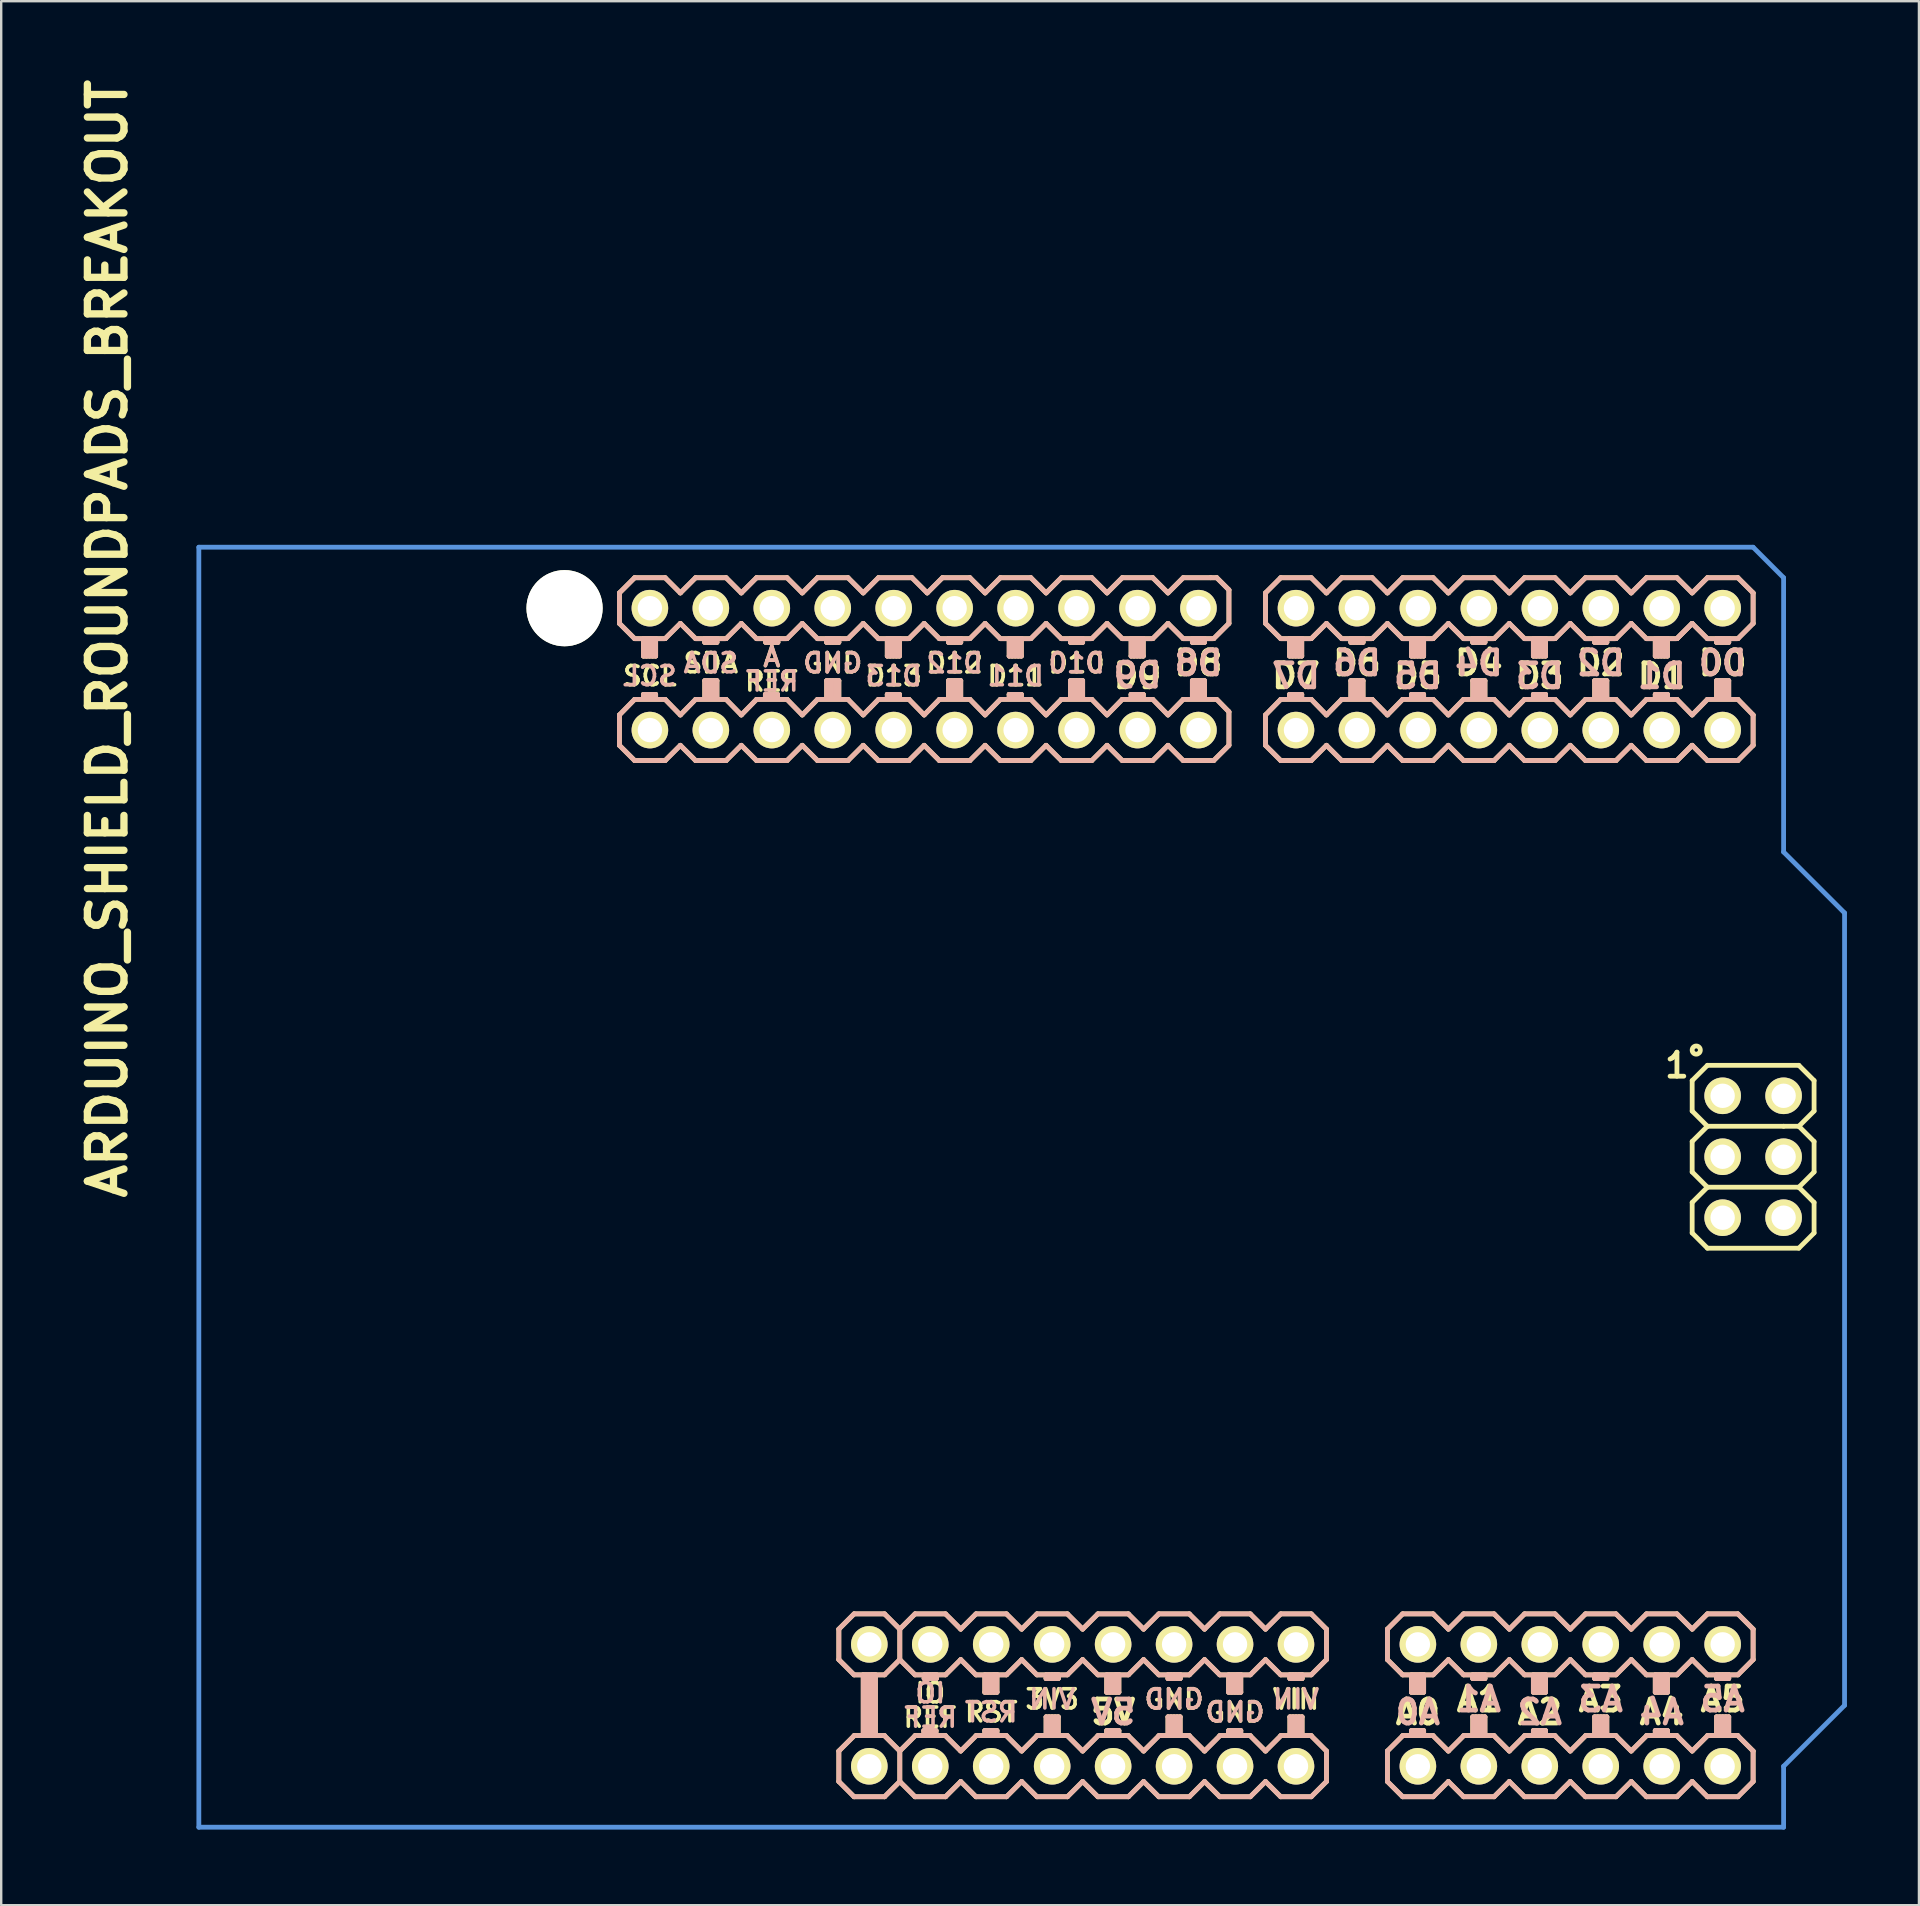
<source format=kicad_pcb>
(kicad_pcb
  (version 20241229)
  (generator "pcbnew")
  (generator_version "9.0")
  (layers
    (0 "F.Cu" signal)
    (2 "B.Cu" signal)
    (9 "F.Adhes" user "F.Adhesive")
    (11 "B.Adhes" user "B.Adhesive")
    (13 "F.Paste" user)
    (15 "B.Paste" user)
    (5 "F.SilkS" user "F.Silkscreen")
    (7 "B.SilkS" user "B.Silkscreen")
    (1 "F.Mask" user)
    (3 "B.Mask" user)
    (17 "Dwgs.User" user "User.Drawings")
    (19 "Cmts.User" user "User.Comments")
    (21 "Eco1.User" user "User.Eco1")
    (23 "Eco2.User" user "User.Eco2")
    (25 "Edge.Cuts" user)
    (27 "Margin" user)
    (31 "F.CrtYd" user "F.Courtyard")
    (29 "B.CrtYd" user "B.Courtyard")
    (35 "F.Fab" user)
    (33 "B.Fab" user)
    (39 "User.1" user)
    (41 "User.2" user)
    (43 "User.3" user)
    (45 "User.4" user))
  (footprint "ARDUINO_SHIELD_ROUNDPADS_BREAKOUT"
    (layer "F.Cu")
    (at 5.236 73.094)
    (property "Reference" "ARDUINO_SHIELD_ROUNDPADS_BREAKOUT" (at -3.81 -49.53 90) (layer "F.SilkS") (effects (font (size 1.524 1.524) (thickness 0.305))))
    (attr through_hole)
    (fp_line (start 17.526 -51.435) (end 17.526 -50.165) (stroke (width 0.2) (type solid)) (layer "F.SilkS"))
    (fp_line (start 17.526 -46.35) (end 17.526 -45.085) (stroke (width 0.2) (type solid)) (layer "F.SilkS"))
    (fp_line (start 18.161 -52.07) (end 17.526 -51.435) (stroke (width 0.2) (type solid)) (layer "F.SilkS"))
    (fp_line (start 18.161 -49.53) (end 17.526 -50.165) (stroke (width 0.2) (type solid)) (layer "F.SilkS"))
    (fp_line (start 18.161 -47) (end 17.526 -46.35) (stroke (width 0.2) (type solid)) (layer "F.SilkS"))
    (fp_line (start 18.161 -47) (end 19.431 -47) (stroke (width 0.2) (type solid)) (layer "F.SilkS"))
    (fp_line (start 18.161 -44.45) (end 17.526 -45.085) (stroke (width 0.2) (type solid)) (layer "F.SilkS"))
    (fp_line (start 18.528 -49.53) (end 18.528 -48.804) (stroke (width 0.2) (type solid)) (layer "F.SilkS"))
    (fp_line (start 18.528 -47.208) (end 18.528 -47.053) (stroke (width 0.2) (type solid)) (layer "F.SilkS"))
    (fp_line (start 18.528 -47.053) (end 18.655 -47.053) (stroke (width 0.2) (type solid)) (layer "F.SilkS"))
    (fp_line (start 18.528 -47.053) (end 19.036 -47.053) (stroke (width 0.2) (type solid)) (layer "F.SilkS"))
    (fp_line (start 18.655 -48.804) (end 18.655 -49.467) (stroke (width 0.2) (type solid)) (layer "F.SilkS"))
    (fp_line (start 18.655 -47.053) (end 18.655 -47.208) (stroke (width 0.2) (type solid)) (layer "F.SilkS"))
    (fp_line (start 18.782 -48.807) (end 18.782 -49.467) (stroke (width 0.2) (type solid)) (layer "F.SilkS"))
    (fp_line (start 18.782 -47.053) (end 18.782 -47.208) (stroke (width 0.2) (type solid)) (layer "F.SilkS"))
    (fp_line (start 18.909 -48.804) (end 18.909 -49.53) (stroke (width 0.2) (type solid)) (layer "F.SilkS"))
    (fp_line (start 18.909 -47.053) (end 18.909 -47.208) (stroke (width 0.2) (type solid)) (layer "F.SilkS"))
    (fp_line (start 19.036 -48.804) (end 18.528 -48.804) (stroke (width 0.2) (type solid)) (layer "F.SilkS"))
    (fp_line (start 19.036 -48.804) (end 19.036 -49.53) (stroke (width 0.2) (type solid)) (layer "F.SilkS"))
    (fp_line (start 19.036 -47.208) (end 18.528 -47.208) (stroke (width 0.2) (type solid)) (layer "F.SilkS"))
    (fp_line (start 19.036 -47.053) (end 19.036 -47.208) (stroke (width 0.2) (type solid)) (layer "F.SilkS"))
    (fp_line (start 19.045 -49.53) (end 18.537 -49.53) (stroke (width 0.2) (type solid)) (layer "F.SilkS"))
    (fp_line (start 19.045 -49.53) (end 18.918 -49.53) (stroke (width 0.2) (type solid)) (layer "F.SilkS"))
    (fp_line (start 19.431 -52.07) (end 18.161 -52.07) (stroke (width 0.2) (type solid)) (layer "F.SilkS"))
    (fp_line (start 19.431 -49.53) (end 18.161 -49.53) (stroke (width 0.2) (type solid)) (layer "F.SilkS"))
    (fp_line (start 19.431 -44.45) (end 18.161 -44.45) (stroke (width 0.2) (type solid)) (layer "F.SilkS"))
    (fp_line (start 20.066 -51.435) (end 19.431 -52.07) (stroke (width 0.2) (type solid)) (layer "F.SilkS"))
    (fp_line (start 20.066 -50.165) (end 19.431 -49.53) (stroke (width 0.2) (type solid)) (layer "F.SilkS"))
    (fp_line (start 20.066 -46.35) (end 19.431 -47) (stroke (width 0.2) (type solid)) (layer "F.SilkS"))
    (fp_line (start 20.066 -45.085) (end 19.431 -44.45) (stroke (width 0.2) (type solid)) (layer "F.SilkS"))
    (fp_line (start 20.701 -52.07) (end 20.066 -51.435) (stroke (width 0.2) (type solid)) (layer "F.SilkS"))
    (fp_line (start 20.701 -49.53) (end 20.066 -50.165) (stroke (width 0.2) (type solid)) (layer "F.SilkS"))
    (fp_line (start 20.701 -49.53) (end 21.971 -49.53) (stroke (width 0.2) (type solid)) (layer "F.SilkS"))
    (fp_line (start 20.701 -47) (end 20.066 -46.35) (stroke (width 0.2) (type solid)) (layer "F.SilkS"))
    (fp_line (start 20.701 -47) (end 21.971 -47) (stroke (width 0.2) (type solid)) (layer "F.SilkS"))
    (fp_line (start 20.701 -44.45) (end 20.066 -45.085) (stroke (width 0.2) (type solid)) (layer "F.SilkS"))
    (fp_line (start 21.082 -49.53) (end 21.082 -49.376) (stroke (width 0.2) (type solid)) (layer "F.SilkS"))
    (fp_line (start 21.082 -49.376) (end 21.59 -49.376) (stroke (width 0.2) (type solid)) (layer "F.SilkS"))
    (fp_line (start 21.082 -47.779) (end 21.082 -47.053) (stroke (width 0.2) (type solid)) (layer "F.SilkS"))
    (fp_line (start 21.082 -47.779) (end 21.59 -47.779) (stroke (width 0.2) (type solid)) (layer "F.SilkS"))
    (fp_line (start 21.209 -49.53) (end 21.209 -49.376) (stroke (width 0.2) (type solid)) (layer "F.SilkS"))
    (fp_line (start 21.209 -47.779) (end 21.209 -47.053) (stroke (width 0.2) (type solid)) (layer "F.SilkS"))
    (fp_line (start 21.336 -49.53) (end 21.336 -49.376) (stroke (width 0.2) (type solid)) (layer "F.SilkS"))
    (fp_line (start 21.336 -47.779) (end 21.336 -47.117) (stroke (width 0.2) (type solid)) (layer "F.SilkS"))
    (fp_line (start 21.463 -49.53) (end 21.463 -49.376) (stroke (width 0.2) (type solid)) (layer "F.SilkS"))
    (fp_line (start 21.463 -47.779) (end 21.463 -47.117) (stroke (width 0.2) (type solid)) (layer "F.SilkS"))
    (fp_line (start 21.59 -49.53) (end 21.082 -49.53) (stroke (width 0.2) (type solid)) (layer "F.SilkS"))
    (fp_line (start 21.59 -49.53) (end 21.463 -49.53) (stroke (width 0.2) (type solid)) (layer "F.SilkS"))
    (fp_line (start 21.59 -49.376) (end 21.59 -49.53) (stroke (width 0.2) (type solid)) (layer "F.SilkS"))
    (fp_line (start 21.59 -47.053) (end 21.59 -47.779) (stroke (width 0.2) (type solid)) (layer "F.SilkS"))
    (fp_line (start 21.971 -52.07) (end 20.701 -52.07) (stroke (width 0.2) (type solid)) (layer "F.SilkS"))
    (fp_line (start 21.971 -44.45) (end 20.701 -44.45) (stroke (width 0.2) (type solid)) (layer "F.SilkS"))
    (fp_line (start 22.606 -51.435) (end 21.971 -52.07) (stroke (width 0.2) (type solid)) (layer "F.SilkS"))
    (fp_line (start 22.606 -50.165) (end 21.971 -49.53) (stroke (width 0.2) (type solid)) (layer "F.SilkS"))
    (fp_line (start 22.606 -46.35) (end 21.971 -47) (stroke (width 0.2) (type solid)) (layer "F.SilkS"))
    (fp_line (start 22.606 -45.085) (end 21.971 -44.45) (stroke (width 0.2) (type solid)) (layer "F.SilkS"))
    (fp_line (start 23.241 -52.07) (end 22.606 -51.435) (stroke (width 0.2) (type solid)) (layer "F.SilkS"))
    (fp_line (start 23.241 -49.53) (end 22.606 -50.165) (stroke (width 0.2) (type solid)) (layer "F.SilkS"))
    (fp_line (start 23.241 -47) (end 22.606 -46.35) (stroke (width 0.2) (type solid)) (layer "F.SilkS"))
    (fp_line (start 23.241 -47) (end 24.511 -47) (stroke (width 0.2) (type solid)) (layer "F.SilkS"))
    (fp_line (start 23.241 -44.45) (end 22.606 -45.085) (stroke (width 0.2) (type solid)) (layer "F.SilkS"))
    (fp_line (start 23.608 -47.208) (end 23.608 -47.053) (stroke (width 0.2) (type solid)) (layer "F.SilkS"))
    (fp_line (start 23.608 -47.053) (end 23.735 -47.053) (stroke (width 0.2) (type solid)) (layer "F.SilkS"))
    (fp_line (start 23.608 -47.053) (end 24.116 -47.053) (stroke (width 0.2) (type solid)) (layer "F.SilkS"))
    (fp_line (start 23.622 -49.53) (end 23.622 -49.376) (stroke (width 0.2) (type solid)) (layer "F.SilkS"))
    (fp_line (start 23.622 -49.376) (end 24.13 -49.376) (stroke (width 0.2) (type solid)) (layer "F.SilkS"))
    (fp_line (start 23.735 -47.053) (end 23.735 -47.208) (stroke (width 0.2) (type solid)) (layer "F.SilkS"))
    (fp_line (start 23.749 -49.53) (end 23.749 -49.376) (stroke (width 0.2) (type solid)) (layer "F.SilkS"))
    (fp_line (start 23.862 -47.053) (end 23.862 -47.208) (stroke (width 0.2) (type solid)) (layer "F.SilkS"))
    (fp_line (start 23.876 -49.53) (end 23.876 -49.376) (stroke (width 0.2) (type solid)) (layer "F.SilkS"))
    (fp_line (start 23.989 -47.053) (end 23.989 -47.208) (stroke (width 0.2) (type solid)) (layer "F.SilkS"))
    (fp_line (start 24.003 -49.53) (end 24.003 -49.376) (stroke (width 0.2) (type solid)) (layer "F.SilkS"))
    (fp_line (start 24.116 -47.208) (end 23.608 -47.208) (stroke (width 0.2) (type solid)) (layer "F.SilkS"))
    (fp_line (start 24.116 -47.053) (end 24.116 -47.208) (stroke (width 0.2) (type solid)) (layer "F.SilkS"))
    (fp_line (start 24.125 -49.53) (end 23.617 -49.53) (stroke (width 0.2) (type solid)) (layer "F.SilkS"))
    (fp_line (start 24.125 -49.53) (end 23.998 -49.53) (stroke (width 0.2) (type solid)) (layer "F.SilkS"))
    (fp_line (start 24.13 -49.53) (end 23.622 -49.53) (stroke (width 0.2) (type solid)) (layer "F.SilkS"))
    (fp_line (start 24.13 -49.53) (end 24.003 -49.53) (stroke (width 0.2) (type solid)) (layer "F.SilkS"))
    (fp_line (start 24.13 -49.376) (end 24.13 -49.53) (stroke (width 0.2) (type solid)) (layer "F.SilkS"))
    (fp_line (start 24.511 -52.07) (end 23.241 -52.07) (stroke (width 0.2) (type solid)) (layer "F.SilkS"))
    (fp_line (start 24.511 -49.53) (end 23.241 -49.53) (stroke (width 0.2) (type solid)) (layer "F.SilkS"))
    (fp_line (start 24.511 -44.45) (end 23.241 -44.45) (stroke (width 0.2) (type solid)) (layer "F.SilkS"))
    (fp_line (start 25.146 -51.435) (end 24.511 -52.07) (stroke (width 0.2) (type solid)) (layer "F.SilkS"))
    (fp_line (start 25.146 -50.165) (end 24.511 -49.53) (stroke (width 0.2) (type solid)) (layer "F.SilkS"))
    (fp_line (start 25.146 -46.35) (end 24.511 -47) (stroke (width 0.2) (type solid)) (layer "F.SilkS"))
    (fp_line (start 25.146 -45.085) (end 24.511 -44.45) (stroke (width 0.2) (type solid)) (layer "F.SilkS"))
    (fp_line (start 25.781 -52.07) (end 25.146 -51.435) (stroke (width 0.2) (type solid)) (layer "F.SilkS"))
    (fp_line (start 25.781 -49.53) (end 25.146 -50.165) (stroke (width 0.2) (type solid)) (layer "F.SilkS"))
    (fp_line (start 25.781 -49.53) (end 27.051 -49.53) (stroke (width 0.2) (type solid)) (layer "F.SilkS"))
    (fp_line (start 25.781 -47) (end 25.146 -46.35) (stroke (width 0.2) (type solid)) (layer "F.SilkS"))
    (fp_line (start 25.781 -47) (end 27.051 -47) (stroke (width 0.2) (type solid)) (layer "F.SilkS"))
    (fp_line (start 25.781 -44.45) (end 25.146 -45.085) (stroke (width 0.2) (type solid)) (layer "F.SilkS"))
    (fp_line (start 26.162 -49.53) (end 26.162 -49.376) (stroke (width 0.2) (type solid)) (layer "F.SilkS"))
    (fp_line (start 26.162 -49.376) (end 26.67 -49.376) (stroke (width 0.2) (type solid)) (layer "F.SilkS"))
    (fp_line (start 26.162 -47.779) (end 26.162 -47.053) (stroke (width 0.2) (type solid)) (layer "F.SilkS"))
    (fp_line (start 26.162 -47.779) (end 26.67 -47.779) (stroke (width 0.2) (type solid)) (layer "F.SilkS"))
    (fp_line (start 26.289 -49.53) (end 26.289 -49.376) (stroke (width 0.2) (type solid)) (layer "F.SilkS"))
    (fp_line (start 26.289 -47.779) (end 26.289 -47.053) (stroke (width 0.2) (type solid)) (layer "F.SilkS"))
    (fp_line (start 26.416 -49.53) (end 26.416 -49.376) (stroke (width 0.2) (type solid)) (layer "F.SilkS"))
    (fp_line (start 26.416 -47.779) (end 26.416 -47.117) (stroke (width 0.2) (type solid)) (layer "F.SilkS"))
    (fp_line (start 26.543 -49.53) (end 26.543 -49.376) (stroke (width 0.2) (type solid)) (layer "F.SilkS"))
    (fp_line (start 26.543 -47.779) (end 26.543 -47.117) (stroke (width 0.2) (type solid)) (layer "F.SilkS"))
    (fp_line (start 26.67 -49.53) (end 26.162 -49.53) (stroke (width 0.2) (type solid)) (layer "F.SilkS"))
    (fp_line (start 26.67 -49.53) (end 26.543 -49.53) (stroke (width 0.2) (type solid)) (layer "F.SilkS"))
    (fp_line (start 26.67 -49.376) (end 26.67 -49.53) (stroke (width 0.2) (type solid)) (layer "F.SilkS"))
    (fp_line (start 26.67 -47.053) (end 26.67 -47.779) (stroke (width 0.2) (type solid)) (layer "F.SilkS"))
    (fp_line (start 26.67 -8.255) (end 27.305 -8.89) (stroke (width 0.2) (type solid)) (layer "F.SilkS"))
    (fp_line (start 26.67 -6.985) (end 26.67 -8.255) (stroke (width 0.2) (type solid)) (layer "F.SilkS"))
    (fp_line (start 26.67 -3.175) (end 27.305 -3.81) (stroke (width 0.2) (type solid)) (layer "F.SilkS"))
    (fp_line (start 26.67 -1.905) (end 26.67 -3.175) (stroke (width 0.2) (type solid)) (layer "F.SilkS"))
    (fp_line (start 27.051 -52.07) (end 25.781 -52.07) (stroke (width 0.2) (type solid)) (layer "F.SilkS"))
    (fp_line (start 27.051 -44.45) (end 25.781 -44.45) (stroke (width 0.2) (type solid)) (layer "F.SilkS"))
    (fp_line (start 27.305 -8.89) (end 28.575 -8.89) (stroke (width 0.2) (type solid)) (layer "F.SilkS"))
    (fp_line (start 27.305 -6.35) (end 26.67 -6.985) (stroke (width 0.2) (type solid)) (layer "F.SilkS"))
    (fp_line (start 27.305 -3.82) (end 28.575 -3.82) (stroke (width 0.2) (type solid)) (layer "F.SilkS"))
    (fp_line (start 27.305 -1.27) (end 26.67 -1.905) (stroke (width 0.2) (type solid)) (layer "F.SilkS"))
    (fp_line (start 27.686 -51.435) (end 27.051 -52.07) (stroke (width 0.2) (type solid)) (layer "F.SilkS"))
    (fp_line (start 27.686 -50.165) (end 27.051 -49.53) (stroke (width 0.2) (type solid)) (layer "F.SilkS"))
    (fp_line (start 27.686 -46.35) (end 27.051 -47) (stroke (width 0.2) (type solid)) (layer "F.SilkS"))
    (fp_line (start 27.686 -45.085) (end 27.051 -44.45) (stroke (width 0.2) (type solid)) (layer "F.SilkS"))
    (fp_line (start 27.686 -6.35) (end 27.686 -3.873) (stroke (width 0.2) (type solid)) (layer "F.SilkS"))
    (fp_line (start 27.813 -6.287) (end 27.813 -3.873) (stroke (width 0.2) (type solid)) (layer "F.SilkS"))
    (fp_line (start 27.94 -6.287) (end 27.813 -6.287) (stroke (width 0.2) (type solid)) (layer "F.SilkS"))
    (fp_line (start 27.94 -3.873) (end 27.94 -6.287) (stroke (width 0.2) (type solid)) (layer "F.SilkS"))
    (fp_line (start 28.067 -6.35) (end 28.067 -3.873) (stroke (width 0.2) (type solid)) (layer "F.SilkS"))
    (fp_line (start 28.067 -3.873) (end 27.94 -3.873) (stroke (width 0.2) (type solid)) (layer "F.SilkS"))
    (fp_line (start 28.189 -6.35) (end 27.681 -6.35) (stroke (width 0.2) (type solid)) (layer "F.SilkS"))
    (fp_line (start 28.189 -6.35) (end 28.062 -6.35) (stroke (width 0.2) (type solid)) (layer "F.SilkS"))
    (fp_line (start 28.194 -6.35) (end 28.194 -3.873) (stroke (width 0.2) (type solid)) (layer "F.SilkS"))
    (fp_line (start 28.321 -52.07) (end 27.686 -51.435) (stroke (width 0.2) (type solid)) (layer "F.SilkS"))
    (fp_line (start 28.321 -49.53) (end 27.686 -50.165) (stroke (width 0.2) (type solid)) (layer "F.SilkS"))
    (fp_line (start 28.321 -47) (end 27.686 -46.35) (stroke (width 0.2) (type solid)) (layer "F.SilkS"))
    (fp_line (start 28.321 -47) (end 29.591 -47) (stroke (width 0.2) (type solid)) (layer "F.SilkS"))
    (fp_line (start 28.321 -44.45) (end 27.686 -45.085) (stroke (width 0.2) (type solid)) (layer "F.SilkS"))
    (fp_line (start 28.448 -44.45) (end 28.321 -44.45) (stroke (width 0.2) (type solid)) (layer "F.SilkS"))
    (fp_line (start 28.575 -8.89) (end 29.21 -8.255) (stroke (width 0.2) (type solid)) (layer "F.SilkS"))
    (fp_line (start 28.575 -6.35) (end 27.305 -6.35) (stroke (width 0.2) (type solid)) (layer "F.SilkS"))
    (fp_line (start 28.575 -3.81) (end 29.21 -3.175) (stroke (width 0.2) (type solid)) (layer "F.SilkS"))
    (fp_line (start 28.575 -1.27) (end 27.305 -1.27) (stroke (width 0.2) (type solid)) (layer "F.SilkS"))
    (fp_line (start 28.688 -49.53) (end 28.688 -48.804) (stroke (width 0.2) (type solid)) (layer "F.SilkS"))
    (fp_line (start 28.688 -47.208) (end 28.688 -47.053) (stroke (width 0.2) (type solid)) (layer "F.SilkS"))
    (fp_line (start 28.688 -47.053) (end 28.815 -47.053) (stroke (width 0.2) (type solid)) (layer "F.SilkS"))
    (fp_line (start 28.688 -47.053) (end 29.196 -47.053) (stroke (width 0.2) (type solid)) (layer "F.SilkS"))
    (fp_line (start 28.815 -48.804) (end 28.815 -49.467) (stroke (width 0.2) (type solid)) (layer "F.SilkS"))
    (fp_line (start 28.815 -47.053) (end 28.815 -47.208) (stroke (width 0.2) (type solid)) (layer "F.SilkS"))
    (fp_line (start 28.942 -48.807) (end 28.942 -49.467) (stroke (width 0.2) (type solid)) (layer "F.SilkS"))
    (fp_line (start 28.942 -47.053) (end 28.942 -47.208) (stroke (width 0.2) (type solid)) (layer "F.SilkS"))
    (fp_line (start 29.069 -48.804) (end 29.069 -49.53) (stroke (width 0.2) (type solid)) (layer "F.SilkS"))
    (fp_line (start 29.069 -47.053) (end 29.069 -47.208) (stroke (width 0.2) (type solid)) (layer "F.SilkS"))
    (fp_line (start 29.196 -48.804) (end 28.688 -48.804) (stroke (width 0.2) (type solid)) (layer "F.SilkS"))
    (fp_line (start 29.196 -48.804) (end 29.196 -49.53) (stroke (width 0.2) (type solid)) (layer "F.SilkS"))
    (fp_line (start 29.196 -47.208) (end 28.688 -47.208) (stroke (width 0.2) (type solid)) (layer "F.SilkS"))
    (fp_line (start 29.196 -47.053) (end 29.196 -47.208) (stroke (width 0.2) (type solid)) (layer "F.SilkS"))
    (fp_line (start 29.205 -49.53) (end 28.697 -49.53) (stroke (width 0.2) (type solid)) (layer "F.SilkS"))
    (fp_line (start 29.205 -49.53) (end 29.078 -49.53) (stroke (width 0.2) (type solid)) (layer "F.SilkS"))
    (fp_line (start 29.21 -8.255) (end 29.21 -6.985) (stroke (width 0.2) (type solid)) (layer "F.SilkS"))
    (fp_line (start 29.21 -8.255) (end 29.845 -8.89) (stroke (width 0.2) (type solid)) (layer "F.SilkS"))
    (fp_line (start 29.21 -6.985) (end 28.575 -6.35) (stroke (width 0.2) (type solid)) (layer "F.SilkS"))
    (fp_line (start 29.21 -3.175) (end 29.21 -1.905) (stroke (width 0.2) (type solid)) (layer "F.SilkS"))
    (fp_line (start 29.21 -3.175) (end 29.845 -3.81) (stroke (width 0.2) (type solid)) (layer "F.SilkS"))
    (fp_line (start 29.21 -1.905) (end 28.575 -1.27) (stroke (width 0.2) (type solid)) (layer "F.SilkS"))
    (fp_line (start 29.591 -49.53) (end 28.321 -49.53) (stroke (width 0.2) (type solid)) (layer "F.SilkS"))
    (fp_line (start 29.591 -44.45) (end 28.448 -44.45) (stroke (width 0.2) (type solid)) (layer "F.SilkS"))
    (fp_line (start 29.718 -52.07) (end 28.321 -52.07) (stroke (width 0.2) (type solid)) (layer "F.SilkS"))
    (fp_line (start 29.845 -8.89) (end 31.115 -8.89) (stroke (width 0.2) (type solid)) (layer "F.SilkS"))
    (fp_line (start 29.845 -6.35) (end 29.21 -6.985) (stroke (width 0.2) (type solid)) (layer "F.SilkS"))
    (fp_line (start 29.845 -6.35) (end 31.115 -6.35) (stroke (width 0.2) (type solid)) (layer "F.SilkS"))
    (fp_line (start 29.845 -3.82) (end 31.115 -3.82) (stroke (width 0.2) (type solid)) (layer "F.SilkS"))
    (fp_line (start 29.845 -1.27) (end 29.21 -1.905) (stroke (width 0.2) (type solid)) (layer "F.SilkS"))
    (fp_line (start 30.212 -4.027) (end 30.212 -3.873) (stroke (width 0.2) (type solid)) (layer "F.SilkS"))
    (fp_line (start 30.212 -3.873) (end 30.339 -3.873) (stroke (width 0.2) (type solid)) (layer "F.SilkS"))
    (fp_line (start 30.212 -3.873) (end 30.72 -3.873) (stroke (width 0.2) (type solid)) (layer "F.SilkS"))
    (fp_line (start 30.226 -50.165) (end 29.591 -49.53) (stroke (width 0.2) (type solid)) (layer "F.SilkS"))
    (fp_line (start 30.226 -46.35) (end 29.591 -47) (stroke (width 0.2) (type solid)) (layer "F.SilkS"))
    (fp_line (start 30.226 -45.085) (end 29.591 -44.45) (stroke (width 0.2) (type solid)) (layer "F.SilkS"))
    (fp_line (start 30.226 -6.35) (end 30.226 -6.196) (stroke (width 0.2) (type solid)) (layer "F.SilkS"))
    (fp_line (start 30.226 -6.196) (end 30.734 -6.196) (stroke (width 0.2) (type solid)) (layer "F.SilkS"))
    (fp_line (start 30.339 -3.873) (end 30.339 -4.027) (stroke (width 0.2) (type solid)) (layer "F.SilkS"))
    (fp_line (start 30.353 -51.435) (end 29.718 -52.07) (stroke (width 0.2) (type solid)) (layer "F.SilkS"))
    (fp_line (start 30.353 -6.35) (end 30.353 -6.196) (stroke (width 0.2) (type solid)) (layer "F.SilkS"))
    (fp_line (start 30.466 -3.873) (end 30.466 -4.027) (stroke (width 0.2) (type solid)) (layer "F.SilkS"))
    (fp_line (start 30.48 -6.35) (end 30.48 -6.196) (stroke (width 0.2) (type solid)) (layer "F.SilkS"))
    (fp_line (start 30.593 -3.873) (end 30.593 -4.027) (stroke (width 0.2) (type solid)) (layer "F.SilkS"))
    (fp_line (start 30.607 -6.35) (end 30.607 -6.196) (stroke (width 0.2) (type solid)) (layer "F.SilkS"))
    (fp_line (start 30.72 -4.027) (end 30.212 -4.027) (stroke (width 0.2) (type solid)) (layer "F.SilkS"))
    (fp_line (start 30.72 -3.873) (end 30.72 -4.027) (stroke (width 0.2) (type solid)) (layer "F.SilkS"))
    (fp_line (start 30.734 -6.35) (end 30.226 -6.35) (stroke (width 0.2) (type solid)) (layer "F.SilkS"))
    (fp_line (start 30.734 -6.35) (end 30.607 -6.35) (stroke (width 0.2) (type solid)) (layer "F.SilkS"))
    (fp_line (start 30.734 -6.196) (end 30.734 -6.35) (stroke (width 0.2) (type solid)) (layer "F.SilkS"))
    (fp_line (start 30.861 -49.53) (end 30.226 -50.165) (stroke (width 0.2) (type solid)) (layer "F.SilkS"))
    (fp_line (start 30.861 -49.53) (end 32.131 -49.53) (stroke (width 0.2) (type solid)) (layer "F.SilkS"))
    (fp_line (start 30.861 -47) (end 30.226 -46.35) (stroke (width 0.2) (type solid)) (layer "F.SilkS"))
    (fp_line (start 30.861 -47) (end 32.131 -47) (stroke (width 0.2) (type solid)) (layer "F.SilkS"))
    (fp_line (start 30.861 -44.45) (end 30.226 -45.085) (stroke (width 0.2) (type solid)) (layer "F.SilkS"))
    (fp_line (start 30.988 -52.07) (end 30.353 -51.435) (stroke (width 0.2) (type solid)) (layer "F.SilkS"))
    (fp_line (start 31.115 -8.89) (end 31.75 -8.255) (stroke (width 0.2) (type solid)) (layer "F.SilkS"))
    (fp_line (start 31.115 -3.81) (end 31.75 -3.175) (stroke (width 0.2) (type solid)) (layer "F.SilkS"))
    (fp_line (start 31.115 -1.27) (end 29.845 -1.27) (stroke (width 0.2) (type solid)) (layer "F.SilkS"))
    (fp_line (start 31.242 -49.53) (end 31.242 -49.376) (stroke (width 0.2) (type solid)) (layer "F.SilkS"))
    (fp_line (start 31.242 -49.376) (end 31.75 -49.376) (stroke (width 0.2) (type solid)) (layer "F.SilkS"))
    (fp_line (start 31.242 -47.779) (end 31.242 -47.053) (stroke (width 0.2) (type solid)) (layer "F.SilkS"))
    (fp_line (start 31.242 -47.779) (end 31.75 -47.779) (stroke (width 0.2) (type solid)) (layer "F.SilkS"))
    (fp_line (start 31.369 -49.53) (end 31.369 -49.376) (stroke (width 0.2) (type solid)) (layer "F.SilkS"))
    (fp_line (start 31.369 -47.779) (end 31.369 -47.053) (stroke (width 0.2) (type solid)) (layer "F.SilkS"))
    (fp_line (start 31.496 -49.53) (end 31.496 -49.376) (stroke (width 0.2) (type solid)) (layer "F.SilkS"))
    (fp_line (start 31.496 -47.779) (end 31.496 -47.117) (stroke (width 0.2) (type solid)) (layer "F.SilkS"))
    (fp_line (start 31.623 -49.53) (end 31.623 -49.376) (stroke (width 0.2) (type solid)) (layer "F.SilkS"))
    (fp_line (start 31.623 -47.779) (end 31.623 -47.117) (stroke (width 0.2) (type solid)) (layer "F.SilkS"))
    (fp_line (start 31.75 -49.53) (end 31.242 -49.53) (stroke (width 0.2) (type solid)) (layer "F.SilkS"))
    (fp_line (start 31.75 -49.53) (end 31.623 -49.53) (stroke (width 0.2) (type solid)) (layer "F.SilkS"))
    (fp_line (start 31.75 -49.376) (end 31.75 -49.53) (stroke (width 0.2) (type solid)) (layer "F.SilkS"))
    (fp_line (start 31.75 -47.053) (end 31.75 -47.779) (stroke (width 0.2) (type solid)) (layer "F.SilkS"))
    (fp_line (start 31.75 -8.255) (end 32.385 -8.89) (stroke (width 0.2) (type solid)) (layer "F.SilkS"))
    (fp_line (start 31.75 -6.985) (end 31.115 -6.35) (stroke (width 0.2) (type solid)) (layer "F.SilkS"))
    (fp_line (start 31.75 -3.175) (end 32.385 -3.81) (stroke (width 0.2) (type solid)) (layer "F.SilkS"))
    (fp_line (start 31.75 -1.905) (end 31.115 -1.27) (stroke (width 0.2) (type solid)) (layer "F.SilkS"))
    (fp_line (start 32.131 -52.07) (end 30.988 -52.07) (stroke (width 0.2) (type solid)) (layer "F.SilkS"))
    (fp_line (start 32.131 -44.45) (end 30.861 -44.45) (stroke (width 0.2) (type solid)) (layer "F.SilkS"))
    (fp_line (start 32.385 -8.89) (end 33.655 -8.89) (stroke (width 0.2) (type solid)) (layer "F.SilkS"))
    (fp_line (start 32.385 -6.35) (end 31.75 -6.985) (stroke (width 0.2) (type solid)) (layer "F.SilkS"))
    (fp_line (start 32.385 -3.82) (end 33.655 -3.82) (stroke (width 0.2) (type solid)) (layer "F.SilkS"))
    (fp_line (start 32.385 -1.27) (end 31.75 -1.905) (stroke (width 0.2) (type solid)) (layer "F.SilkS"))
    (fp_line (start 32.385 -1.27) (end 33.655 -1.27) (stroke (width 0.2) (type solid)) (layer "F.SilkS"))
    (fp_line (start 32.752 -6.35) (end 32.752 -5.625) (stroke (width 0.2) (type solid)) (layer "F.SilkS"))
    (fp_line (start 32.752 -4.027) (end 32.752 -3.873) (stroke (width 0.2) (type solid)) (layer "F.SilkS"))
    (fp_line (start 32.752 -3.873) (end 32.879 -3.873) (stroke (width 0.2) (type solid)) (layer "F.SilkS"))
    (fp_line (start 32.752 -3.873) (end 33.26 -3.873) (stroke (width 0.2) (type solid)) (layer "F.SilkS"))
    (fp_line (start 32.766 -51.435) (end 32.131 -52.07) (stroke (width 0.2) (type solid)) (layer "F.SilkS"))
    (fp_line (start 32.766 -50.165) (end 32.131 -49.53) (stroke (width 0.2) (type solid)) (layer "F.SilkS"))
    (fp_line (start 32.766 -46.35) (end 32.131 -47) (stroke (width 0.2) (type solid)) (layer "F.SilkS"))
    (fp_line (start 32.766 -45.085) (end 32.131 -44.45) (stroke (width 0.2) (type solid)) (layer "F.SilkS"))
    (fp_line (start 32.879 -5.625) (end 32.879 -6.287) (stroke (width 0.2) (type solid)) (layer "F.SilkS"))
    (fp_line (start 32.879 -3.873) (end 32.879 -4.027) (stroke (width 0.2) (type solid)) (layer "F.SilkS"))
    (fp_line (start 33.006 -5.628) (end 33.006 -6.287) (stroke (width 0.2) (type solid)) (layer "F.SilkS"))
    (fp_line (start 33.006 -3.873) (end 33.006 -4.027) (stroke (width 0.2) (type solid)) (layer "F.SilkS"))
    (fp_line (start 33.133 -5.625) (end 33.133 -6.35) (stroke (width 0.2) (type solid)) (layer "F.SilkS"))
    (fp_line (start 33.133 -3.873) (end 33.133 -4.027) (stroke (width 0.2) (type solid)) (layer "F.SilkS"))
    (fp_line (start 33.26 -5.625) (end 32.752 -5.625) (stroke (width 0.2) (type solid)) (layer "F.SilkS"))
    (fp_line (start 33.26 -5.625) (end 33.26 -6.35) (stroke (width 0.2) (type solid)) (layer "F.SilkS"))
    (fp_line (start 33.26 -4.027) (end 32.752 -4.027) (stroke (width 0.2) (type solid)) (layer "F.SilkS"))
    (fp_line (start 33.26 -3.873) (end 33.26 -4.027) (stroke (width 0.2) (type solid)) (layer "F.SilkS"))
    (fp_line (start 33.269 -6.35) (end 32.761 -6.35) (stroke (width 0.2) (type solid)) (layer "F.SilkS"))
    (fp_line (start 33.269 -6.35) (end 33.142 -6.35) (stroke (width 0.2) (type solid)) (layer "F.SilkS"))
    (fp_line (start 33.401 -52.07) (end 32.766 -51.435) (stroke (width 0.2) (type solid)) (layer "F.SilkS"))
    (fp_line (start 33.401 -49.53) (end 32.766 -50.165) (stroke (width 0.2) (type solid)) (layer "F.SilkS"))
    (fp_line (start 33.401 -47) (end 32.766 -46.35) (stroke (width 0.2) (type solid)) (layer "F.SilkS"))
    (fp_line (start 33.401 -47) (end 34.671 -47) (stroke (width 0.2) (type solid)) (layer "F.SilkS"))
    (fp_line (start 33.401 -44.45) (end 32.766 -45.085) (stroke (width 0.2) (type solid)) (layer "F.SilkS"))
    (fp_line (start 33.655 -8.89) (end 34.29 -8.255) (stroke (width 0.2) (type solid)) (layer "F.SilkS"))
    (fp_line (start 33.655 -6.35) (end 32.385 -6.35) (stroke (width 0.2) (type solid)) (layer "F.SilkS"))
    (fp_line (start 33.655 -3.81) (end 34.29 -3.175) (stroke (width 0.2) (type solid)) (layer "F.SilkS"))
    (fp_line (start 33.768 -49.53) (end 33.768 -48.804) (stroke (width 0.2) (type solid)) (layer "F.SilkS"))
    (fp_line (start 33.768 -47.208) (end 33.768 -47.053) (stroke (width 0.2) (type solid)) (layer "F.SilkS"))
    (fp_line (start 33.768 -47.053) (end 33.895 -47.053) (stroke (width 0.2) (type solid)) (layer "F.SilkS"))
    (fp_line (start 33.768 -47.053) (end 34.276 -47.053) (stroke (width 0.2) (type solid)) (layer "F.SilkS"))
    (fp_line (start 33.895 -48.804) (end 33.895 -49.467) (stroke (width 0.2) (type solid)) (layer "F.SilkS"))
    (fp_line (start 33.895 -47.053) (end 33.895 -47.208) (stroke (width 0.2) (type solid)) (layer "F.SilkS"))
    (fp_line (start 34.022 -48.807) (end 34.022 -49.467) (stroke (width 0.2) (type solid)) (layer "F.SilkS"))
    (fp_line (start 34.022 -47.053) (end 34.022 -47.208) (stroke (width 0.2) (type solid)) (layer "F.SilkS"))
    (fp_line (start 34.149 -48.804) (end 34.149 -49.53) (stroke (width 0.2) (type solid)) (layer "F.SilkS"))
    (fp_line (start 34.149 -47.053) (end 34.149 -47.208) (stroke (width 0.2) (type solid)) (layer "F.SilkS"))
    (fp_line (start 34.276 -48.804) (end 33.768 -48.804) (stroke (width 0.2) (type solid)) (layer "F.SilkS"))
    (fp_line (start 34.276 -48.804) (end 34.276 -49.53) (stroke (width 0.2) (type solid)) (layer "F.SilkS"))
    (fp_line (start 34.276 -47.208) (end 33.768 -47.208) (stroke (width 0.2) (type solid)) (layer "F.SilkS"))
    (fp_line (start 34.276 -47.053) (end 34.276 -47.208) (stroke (width 0.2) (type solid)) (layer "F.SilkS"))
    (fp_line (start 34.285 -49.53) (end 33.777 -49.53) (stroke (width 0.2) (type solid)) (layer "F.SilkS"))
    (fp_line (start 34.285 -49.53) (end 34.158 -49.53) (stroke (width 0.2) (type solid)) (layer "F.SilkS"))
    (fp_line (start 34.29 -8.255) (end 34.925 -8.89) (stroke (width 0.2) (type solid)) (layer "F.SilkS"))
    (fp_line (start 34.29 -6.985) (end 33.655 -6.35) (stroke (width 0.2) (type solid)) (layer "F.SilkS"))
    (fp_line (start 34.29 -3.175) (end 34.925 -3.81) (stroke (width 0.2) (type solid)) (layer "F.SilkS"))
    (fp_line (start 34.29 -1.905) (end 33.655 -1.27) (stroke (width 0.2) (type solid)) (layer "F.SilkS"))
    (fp_line (start 34.671 -52.07) (end 33.401 -52.07) (stroke (width 0.2) (type solid)) (layer "F.SilkS"))
    (fp_line (start 34.671 -49.53) (end 33.401 -49.53) (stroke (width 0.2) (type solid)) (layer "F.SilkS"))
    (fp_line (start 34.671 -44.45) (end 33.401 -44.45) (stroke (width 0.2) (type solid)) (layer "F.SilkS"))
    (fp_line (start 34.925 -8.89) (end 36.195 -8.89) (stroke (width 0.2) (type solid)) (layer "F.SilkS"))
    (fp_line (start 34.925 -6.35) (end 34.29 -6.985) (stroke (width 0.2) (type solid)) (layer "F.SilkS"))
    (fp_line (start 34.925 -6.35) (end 36.195 -6.35) (stroke (width 0.2) (type solid)) (layer "F.SilkS"))
    (fp_line (start 34.925 -3.82) (end 36.195 -3.82) (stroke (width 0.2) (type solid)) (layer "F.SilkS"))
    (fp_line (start 34.925 -1.27) (end 34.29 -1.905) (stroke (width 0.2) (type solid)) (layer "F.SilkS"))
    (fp_line (start 35.306 -51.435) (end 34.671 -52.07) (stroke (width 0.2) (type solid)) (layer "F.SilkS"))
    (fp_line (start 35.306 -50.165) (end 34.671 -49.53) (stroke (width 0.2) (type solid)) (layer "F.SilkS"))
    (fp_line (start 35.306 -46.35) (end 34.671 -47) (stroke (width 0.2) (type solid)) (layer "F.SilkS"))
    (fp_line (start 35.306 -45.085) (end 34.671 -44.45) (stroke (width 0.2) (type solid)) (layer "F.SilkS"))
    (fp_line (start 35.306 -6.35) (end 35.306 -6.196) (stroke (width 0.2) (type solid)) (layer "F.SilkS"))
    (fp_line (start 35.306 -6.196) (end 35.814 -6.196) (stroke (width 0.2) (type solid)) (layer "F.SilkS"))
    (fp_line (start 35.306 -4.599) (end 35.306 -3.873) (stroke (width 0.2) (type solid)) (layer "F.SilkS"))
    (fp_line (start 35.306 -4.599) (end 35.814 -4.599) (stroke (width 0.2) (type solid)) (layer "F.SilkS"))
    (fp_line (start 35.433 -6.35) (end 35.433 -6.196) (stroke (width 0.2) (type solid)) (layer "F.SilkS"))
    (fp_line (start 35.433 -4.599) (end 35.433 -3.873) (stroke (width 0.2) (type solid)) (layer "F.SilkS"))
    (fp_line (start 35.56 -6.35) (end 35.56 -6.196) (stroke (width 0.2) (type solid)) (layer "F.SilkS"))
    (fp_line (start 35.56 -4.599) (end 35.56 -3.937) (stroke (width 0.2) (type solid)) (layer "F.SilkS"))
    (fp_line (start 35.687 -6.35) (end 35.687 -6.196) (stroke (width 0.2) (type solid)) (layer "F.SilkS"))
    (fp_line (start 35.687 -4.599) (end 35.687 -3.937) (stroke (width 0.2) (type solid)) (layer "F.SilkS"))
    (fp_line (start 35.814 -6.35) (end 35.306 -6.35) (stroke (width 0.2) (type solid)) (layer "F.SilkS"))
    (fp_line (start 35.814 -6.35) (end 35.687 -6.35) (stroke (width 0.2) (type solid)) (layer "F.SilkS"))
    (fp_line (start 35.814 -6.196) (end 35.814 -6.35) (stroke (width 0.2) (type solid)) (layer "F.SilkS"))
    (fp_line (start 35.814 -3.873) (end 35.814 -4.599) (stroke (width 0.2) (type solid)) (layer "F.SilkS"))
    (fp_line (start 35.941 -52.07) (end 35.306 -51.435) (stroke (width 0.2) (type solid)) (layer "F.SilkS"))
    (fp_line (start 35.941 -49.53) (end 35.306 -50.165) (stroke (width 0.2) (type solid)) (layer "F.SilkS"))
    (fp_line (start 35.941 -49.53) (end 37.211 -49.53) (stroke (width 0.2) (type solid)) (layer "F.SilkS"))
    (fp_line (start 35.941 -47) (end 35.306 -46.35) (stroke (width 0.2) (type solid)) (layer "F.SilkS"))
    (fp_line (start 35.941 -47) (end 37.211 -47) (stroke (width 0.2) (type solid)) (layer "F.SilkS"))
    (fp_line (start 35.941 -44.45) (end 35.306 -45.085) (stroke (width 0.2) (type solid)) (layer "F.SilkS"))
    (fp_line (start 36.195 -8.89) (end 36.83 -8.255) (stroke (width 0.2) (type solid)) (layer "F.SilkS"))
    (fp_line (start 36.195 -3.81) (end 36.83 -3.175) (stroke (width 0.2) (type solid)) (layer "F.SilkS"))
    (fp_line (start 36.195 -1.27) (end 34.925 -1.27) (stroke (width 0.2) (type solid)) (layer "F.SilkS"))
    (fp_line (start 36.322 -49.53) (end 36.322 -49.376) (stroke (width 0.2) (type solid)) (layer "F.SilkS"))
    (fp_line (start 36.322 -49.376) (end 36.83 -49.376) (stroke (width 0.2) (type solid)) (layer "F.SilkS"))
    (fp_line (start 36.322 -47.779) (end 36.322 -47.053) (stroke (width 0.2) (type solid)) (layer "F.SilkS"))
    (fp_line (start 36.322 -47.779) (end 36.83 -47.779) (stroke (width 0.2) (type solid)) (layer "F.SilkS"))
    (fp_line (start 36.449 -49.53) (end 36.449 -49.376) (stroke (width 0.2) (type solid)) (layer "F.SilkS"))
    (fp_line (start 36.449 -47.779) (end 36.449 -47.053) (stroke (width 0.2) (type solid)) (layer "F.SilkS"))
    (fp_line (start 36.576 -49.53) (end 36.576 -49.376) (stroke (width 0.2) (type solid)) (layer "F.SilkS"))
    (fp_line (start 36.576 -47.779) (end 36.576 -47.117) (stroke (width 0.2) (type solid)) (layer "F.SilkS"))
    (fp_line (start 36.703 -49.53) (end 36.703 -49.376) (stroke (width 0.2) (type solid)) (layer "F.SilkS"))
    (fp_line (start 36.703 -47.779) (end 36.703 -47.117) (stroke (width 0.2) (type solid)) (layer "F.SilkS"))
    (fp_line (start 36.83 -49.53) (end 36.322 -49.53) (stroke (width 0.2) (type solid)) (layer "F.SilkS"))
    (fp_line (start 36.83 -49.53) (end 36.703 -49.53) (stroke (width 0.2) (type solid)) (layer "F.SilkS"))
    (fp_line (start 36.83 -49.376) (end 36.83 -49.53) (stroke (width 0.2) (type solid)) (layer "F.SilkS"))
    (fp_line (start 36.83 -47.053) (end 36.83 -47.779) (stroke (width 0.2) (type solid)) (layer "F.SilkS"))
    (fp_line (start 36.83 -8.255) (end 37.465 -8.89) (stroke (width 0.2) (type solid)) (layer "F.SilkS"))
    (fp_line (start 36.83 -6.985) (end 36.195 -6.35) (stroke (width 0.2) (type solid)) (layer "F.SilkS"))
    (fp_line (start 36.83 -3.175) (end 37.465 -3.81) (stroke (width 0.2) (type solid)) (layer "F.SilkS"))
    (fp_line (start 36.83 -1.905) (end 36.195 -1.27) (stroke (width 0.2) (type solid)) (layer "F.SilkS"))
    (fp_line (start 37.211 -52.07) (end 35.941 -52.07) (stroke (width 0.2) (type solid)) (layer "F.SilkS"))
    (fp_line (start 37.211 -44.45) (end 35.941 -44.45) (stroke (width 0.2) (type solid)) (layer "F.SilkS"))
    (fp_line (start 37.465 -8.89) (end 38.735 -8.89) (stroke (width 0.2) (type solid)) (layer "F.SilkS"))
    (fp_line (start 37.465 -6.35) (end 36.83 -6.985) (stroke (width 0.2) (type solid)) (layer "F.SilkS"))
    (fp_line (start 37.465 -3.82) (end 38.735 -3.82) (stroke (width 0.2) (type solid)) (layer "F.SilkS"))
    (fp_line (start 37.465 -1.27) (end 36.83 -1.905) (stroke (width 0.2) (type solid)) (layer "F.SilkS"))
    (fp_line (start 37.832 -6.35) (end 37.832 -5.625) (stroke (width 0.2) (type solid)) (layer "F.SilkS"))
    (fp_line (start 37.832 -4.027) (end 37.832 -3.873) (stroke (width 0.2) (type solid)) (layer "F.SilkS"))
    (fp_line (start 37.832 -3.873) (end 37.959 -3.873) (stroke (width 0.2) (type solid)) (layer "F.SilkS"))
    (fp_line (start 37.832 -3.873) (end 38.34 -3.873) (stroke (width 0.2) (type solid)) (layer "F.SilkS"))
    (fp_line (start 37.846 -51.435) (end 37.211 -52.07) (stroke (width 0.2) (type solid)) (layer "F.SilkS"))
    (fp_line (start 37.846 -50.165) (end 37.211 -49.53) (stroke (width 0.2) (type solid)) (layer "F.SilkS"))
    (fp_line (start 37.846 -46.35) (end 37.211 -47) (stroke (width 0.2) (type solid)) (layer "F.SilkS"))
    (fp_line (start 37.846 -45.085) (end 37.211 -44.45) (stroke (width 0.2) (type solid)) (layer "F.SilkS"))
    (fp_line (start 37.959 -5.625) (end 37.959 -6.287) (stroke (width 0.2) (type solid)) (layer "F.SilkS"))
    (fp_line (start 37.959 -3.873) (end 37.959 -4.027) (stroke (width 0.2) (type solid)) (layer "F.SilkS"))
    (fp_line (start 38.086 -5.628) (end 38.086 -6.287) (stroke (width 0.2) (type solid)) (layer "F.SilkS"))
    (fp_line (start 38.086 -3.873) (end 38.086 -4.027) (stroke (width 0.2) (type solid)) (layer "F.SilkS"))
    (fp_line (start 38.213 -5.625) (end 38.213 -6.35) (stroke (width 0.2) (type solid)) (layer "F.SilkS"))
    (fp_line (start 38.213 -3.873) (end 38.213 -4.027) (stroke (width 0.2) (type solid)) (layer "F.SilkS"))
    (fp_line (start 38.34 -5.625) (end 37.832 -5.625) (stroke (width 0.2) (type solid)) (layer "F.SilkS"))
    (fp_line (start 38.34 -5.625) (end 38.34 -6.35) (stroke (width 0.2) (type solid)) (layer "F.SilkS"))
    (fp_line (start 38.34 -4.027) (end 37.832 -4.027) (stroke (width 0.2) (type solid)) (layer "F.SilkS"))
    (fp_line (start 38.34 -3.873) (end 38.34 -4.027) (stroke (width 0.2) (type solid)) (layer "F.SilkS"))
    (fp_line (start 38.349 -6.35) (end 37.841 -6.35) (stroke (width 0.2) (type solid)) (layer "F.SilkS"))
    (fp_line (start 38.349 -6.35) (end 38.222 -6.35) (stroke (width 0.2) (type solid)) (layer "F.SilkS"))
    (fp_line (start 38.481 -52.07) (end 37.846 -51.435) (stroke (width 0.2) (type solid)) (layer "F.SilkS"))
    (fp_line (start 38.481 -49.53) (end 37.846 -50.165) (stroke (width 0.2) (type solid)) (layer "F.SilkS"))
    (fp_line (start 38.481 -47) (end 37.846 -46.35) (stroke (width 0.2) (type solid)) (layer "F.SilkS"))
    (fp_line (start 38.481 -47) (end 39.751 -47) (stroke (width 0.2) (type solid)) (layer "F.SilkS"))
    (fp_line (start 38.481 -44.45) (end 37.846 -45.085) (stroke (width 0.2) (type solid)) (layer "F.SilkS"))
    (fp_line (start 38.735 -8.89) (end 39.37 -8.255) (stroke (width 0.2) (type solid)) (layer "F.SilkS"))
    (fp_line (start 38.735 -6.35) (end 37.465 -6.35) (stroke (width 0.2) (type solid)) (layer "F.SilkS"))
    (fp_line (start 38.735 -3.81) (end 39.37 -3.175) (stroke (width 0.2) (type solid)) (layer "F.SilkS"))
    (fp_line (start 38.735 -1.27) (end 37.465 -1.27) (stroke (width 0.2) (type solid)) (layer "F.SilkS"))
    (fp_line (start 38.848 -49.53) (end 38.848 -48.804) (stroke (width 0.2) (type solid)) (layer "F.SilkS"))
    (fp_line (start 38.848 -47.208) (end 38.848 -47.053) (stroke (width 0.2) (type solid)) (layer "F.SilkS"))
    (fp_line (start 38.848 -47.053) (end 38.975 -47.053) (stroke (width 0.2) (type solid)) (layer "F.SilkS"))
    (fp_line (start 38.848 -47.053) (end 39.356 -47.053) (stroke (width 0.2) (type solid)) (layer "F.SilkS"))
    (fp_line (start 38.975 -48.804) (end 38.975 -49.467) (stroke (width 0.2) (type solid)) (layer "F.SilkS"))
    (fp_line (start 38.975 -47.053) (end 38.975 -47.208) (stroke (width 0.2) (type solid)) (layer "F.SilkS"))
    (fp_line (start 39.102 -48.807) (end 39.102 -49.467) (stroke (width 0.2) (type solid)) (layer "F.SilkS"))
    (fp_line (start 39.102 -47.053) (end 39.102 -47.208) (stroke (width 0.2) (type solid)) (layer "F.SilkS"))
    (fp_line (start 39.229 -48.804) (end 39.229 -49.53) (stroke (width 0.2) (type solid)) (layer "F.SilkS"))
    (fp_line (start 39.229 -47.053) (end 39.229 -47.208) (stroke (width 0.2) (type solid)) (layer "F.SilkS"))
    (fp_line (start 39.356 -48.804) (end 38.848 -48.804) (stroke (width 0.2) (type solid)) (layer "F.SilkS"))
    (fp_line (start 39.356 -48.804) (end 39.356 -49.53) (stroke (width 0.2) (type solid)) (layer "F.SilkS"))
    (fp_line (start 39.356 -47.208) (end 38.848 -47.208) (stroke (width 0.2) (type solid)) (layer "F.SilkS"))
    (fp_line (start 39.356 -47.053) (end 39.356 -47.208) (stroke (width 0.2) (type solid)) (layer "F.SilkS"))
    (fp_line (start 39.365 -49.53) (end 38.857 -49.53) (stroke (width 0.2) (type solid)) (layer "F.SilkS"))
    (fp_line (start 39.365 -49.53) (end 39.238 -49.53) (stroke (width 0.2) (type solid)) (layer "F.SilkS"))
    (fp_line (start 39.37 -8.255) (end 40.005 -8.89) (stroke (width 0.2) (type solid)) (layer "F.SilkS"))
    (fp_line (start 39.37 -6.985) (end 38.735 -6.35) (stroke (width 0.2) (type solid)) (layer "F.SilkS"))
    (fp_line (start 39.37 -3.175) (end 40.005 -3.81) (stroke (width 0.2) (type solid)) (layer "F.SilkS"))
    (fp_line (start 39.37 -1.905) (end 38.735 -1.27) (stroke (width 0.2) (type solid)) (layer "F.SilkS"))
    (fp_line (start 39.751 -52.07) (end 38.481 -52.07) (stroke (width 0.2) (type solid)) (layer "F.SilkS"))
    (fp_line (start 39.751 -49.53) (end 38.481 -49.53) (stroke (width 0.2) (type solid)) (layer "F.SilkS"))
    (fp_line (start 39.751 -44.45) (end 38.481 -44.45) (stroke (width 0.2) (type solid)) (layer "F.SilkS"))
    (fp_line (start 40.005 -8.89) (end 41.275 -8.89) (stroke (width 0.2) (type solid)) (layer "F.SilkS"))
    (fp_line (start 40.005 -6.35) (end 39.37 -6.985) (stroke (width 0.2) (type solid)) (layer "F.SilkS"))
    (fp_line (start 40.005 -6.35) (end 41.275 -6.35) (stroke (width 0.2) (type solid)) (layer "F.SilkS"))
    (fp_line (start 40.005 -3.82) (end 41.275 -3.82) (stroke (width 0.2) (type solid)) (layer "F.SilkS"))
    (fp_line (start 40.005 -1.27) (end 39.37 -1.905) (stroke (width 0.2) (type solid)) (layer "F.SilkS"))
    (fp_line (start 40.386 -51.435) (end 39.751 -52.07) (stroke (width 0.2) (type solid)) (layer "F.SilkS"))
    (fp_line (start 40.386 -50.165) (end 39.751 -49.53) (stroke (width 0.2) (type solid)) (layer "F.SilkS"))
    (fp_line (start 40.386 -46.35) (end 39.751 -47) (stroke (width 0.2) (type solid)) (layer "F.SilkS"))
    (fp_line (start 40.386 -45.085) (end 39.751 -44.45) (stroke (width 0.2) (type solid)) (layer "F.SilkS"))
    (fp_line (start 40.386 -6.35) (end 40.386 -6.196) (stroke (width 0.2) (type solid)) (layer "F.SilkS"))
    (fp_line (start 40.386 -6.196) (end 40.894 -6.196) (stroke (width 0.2) (type solid)) (layer "F.SilkS"))
    (fp_line (start 40.386 -4.599) (end 40.386 -3.873) (stroke (width 0.2) (type solid)) (layer "F.SilkS"))
    (fp_line (start 40.386 -4.599) (end 40.894 -4.599) (stroke (width 0.2) (type solid)) (layer "F.SilkS"))
    (fp_line (start 40.513 -6.35) (end 40.513 -6.196) (stroke (width 0.2) (type solid)) (layer "F.SilkS"))
    (fp_line (start 40.513 -4.599) (end 40.513 -3.873) (stroke (width 0.2) (type solid)) (layer "F.SilkS"))
    (fp_line (start 40.64 -6.35) (end 40.64 -6.196) (stroke (width 0.2) (type solid)) (layer "F.SilkS"))
    (fp_line (start 40.64 -4.599) (end 40.64 -3.937) (stroke (width 0.2) (type solid)) (layer "F.SilkS"))
    (fp_line (start 40.767 -6.35) (end 40.767 -6.196) (stroke (width 0.2) (type solid)) (layer "F.SilkS"))
    (fp_line (start 40.767 -4.599) (end 40.767 -3.937) (stroke (width 0.2) (type solid)) (layer "F.SilkS"))
    (fp_line (start 40.894 -6.35) (end 40.386 -6.35) (stroke (width 0.2) (type solid)) (layer "F.SilkS"))
    (fp_line (start 40.894 -6.35) (end 40.767 -6.35) (stroke (width 0.2) (type solid)) (layer "F.SilkS"))
    (fp_line (start 40.894 -6.196) (end 40.894 -6.35) (stroke (width 0.2) (type solid)) (layer "F.SilkS"))
    (fp_line (start 40.894 -3.873) (end 40.894 -4.599) (stroke (width 0.2) (type solid)) (layer "F.SilkS"))
    (fp_line (start 41.021 -52.07) (end 40.386 -51.435) (stroke (width 0.2) (type solid)) (layer "F.SilkS"))
    (fp_line (start 41.021 -52.07) (end 42.164 -52.07) (stroke (width 0.2) (type solid)) (layer "F.SilkS"))
    (fp_line (start 41.021 -49.53) (end 40.386 -50.165) (stroke (width 0.2) (type solid)) (layer "F.SilkS"))
    (fp_line (start 41.021 -49.53) (end 42.291 -49.53) (stroke (width 0.2) (type solid)) (layer "F.SilkS"))
    (fp_line (start 41.021 -47) (end 40.386 -46.35) (stroke (width 0.2) (type solid)) (layer "F.SilkS"))
    (fp_line (start 41.021 -47) (end 42.4 -47) (stroke (width 0.2) (type solid)) (layer "F.SilkS"))
    (fp_line (start 41.021 -44.45) (end 40.386 -45.085) (stroke (width 0.2) (type solid)) (layer "F.SilkS"))
    (fp_line (start 41.275 -8.89) (end 41.91 -8.255) (stroke (width 0.2) (type solid)) (layer "F.SilkS"))
    (fp_line (start 41.275 -3.81) (end 41.91 -3.175) (stroke (width 0.2) (type solid)) (layer "F.SilkS"))
    (fp_line (start 41.275 -1.27) (end 40.005 -1.27) (stroke (width 0.2) (type solid)) (layer "F.SilkS"))
    (fp_line (start 41.402 -49.53) (end 41.402 -49.376) (stroke (width 0.2) (type solid)) (layer "F.SilkS"))
    (fp_line (start 41.402 -49.376) (end 41.91 -49.376) (stroke (width 0.2) (type solid)) (layer "F.SilkS"))
    (fp_line (start 41.402 -47.779) (end 41.402 -47.053) (stroke (width 0.2) (type solid)) (layer "F.SilkS"))
    (fp_line (start 41.402 -47.779) (end 41.91 -47.779) (stroke (width 0.2) (type solid)) (layer "F.SilkS"))
    (fp_line (start 41.529 -49.53) (end 41.529 -49.376) (stroke (width 0.2) (type solid)) (layer "F.SilkS"))
    (fp_line (start 41.529 -47.779) (end 41.529 -47.053) (stroke (width 0.2) (type solid)) (layer "F.SilkS"))
    (fp_line (start 41.656 -49.53) (end 41.656 -49.376) (stroke (width 0.2) (type solid)) (layer "F.SilkS"))
    (fp_line (start 41.656 -47.779) (end 41.656 -47.117) (stroke (width 0.2) (type solid)) (layer "F.SilkS"))
    (fp_line (start 41.783 -49.53) (end 41.783 -49.376) (stroke (width 0.2) (type solid)) (layer "F.SilkS"))
    (fp_line (start 41.783 -47.779) (end 41.783 -47.117) (stroke (width 0.2) (type solid)) (layer "F.SilkS"))
    (fp_line (start 41.91 -49.53) (end 41.402 -49.53) (stroke (width 0.2) (type solid)) (layer "F.SilkS"))
    (fp_line (start 41.91 -49.53) (end 41.783 -49.53) (stroke (width 0.2) (type solid)) (layer "F.SilkS"))
    (fp_line (start 41.91 -49.376) (end 41.91 -49.53) (stroke (width 0.2) (type solid)) (layer "F.SilkS"))
    (fp_line (start 41.91 -47.053) (end 41.91 -47.779) (stroke (width 0.2) (type solid)) (layer "F.SilkS"))
    (fp_line (start 41.91 -8.255) (end 42.545 -8.89) (stroke (width 0.2) (type solid)) (layer "F.SilkS"))
    (fp_line (start 41.91 -6.985) (end 41.275 -6.35) (stroke (width 0.2) (type solid)) (layer "F.SilkS"))
    (fp_line (start 41.91 -3.175) (end 42.545 -3.81) (stroke (width 0.2) (type solid)) (layer "F.SilkS"))
    (fp_line (start 41.91 -1.905) (end 41.275 -1.27) (stroke (width 0.2) (type solid)) (layer "F.SilkS"))
    (fp_line (start 42.291 -44.45) (end 41.021 -44.45) (stroke (width 0.2) (type solid)) (layer "F.SilkS"))
    (fp_line (start 42.418 -52.07) (end 42.164 -52.07) (stroke (width 0.2) (type solid)) (layer "F.SilkS"))
    (fp_line (start 42.545 -8.89) (end 43.815 -8.89) (stroke (width 0.2) (type solid)) (layer "F.SilkS"))
    (fp_line (start 42.545 -6.35) (end 41.91 -6.985) (stroke (width 0.2) (type solid)) (layer "F.SilkS"))
    (fp_line (start 42.545 -3.82) (end 43.815 -3.82) (stroke (width 0.2) (type solid)) (layer "F.SilkS"))
    (fp_line (start 42.545 -1.27) (end 41.91 -1.905) (stroke (width 0.2) (type solid)) (layer "F.SilkS"))
    (fp_line (start 42.912 -6.35) (end 42.912 -5.625) (stroke (width 0.2) (type solid)) (layer "F.SilkS"))
    (fp_line (start 42.912 -4.027) (end 42.912 -3.873) (stroke (width 0.2) (type solid)) (layer "F.SilkS"))
    (fp_line (start 42.912 -3.873) (end 43.039 -3.873) (stroke (width 0.2) (type solid)) (layer "F.SilkS"))
    (fp_line (start 42.912 -3.873) (end 43.42 -3.873) (stroke (width 0.2) (type solid)) (layer "F.SilkS"))
    (fp_line (start 42.926 -51.562) (end 42.418 -52.07) (stroke (width 0.2) (type solid)) (layer "F.SilkS"))
    (fp_line (start 42.926 -50.165) (end 42.291 -49.53) (stroke (width 0.2) (type solid)) (layer "F.SilkS"))
    (fp_line (start 42.926 -50.165) (end 42.926 -51.562) (stroke (width 0.2) (type solid)) (layer "F.SilkS"))
    (fp_line (start 42.926 -46.482) (end 42.418 -47) (stroke (width 0.2) (type solid)) (layer "F.SilkS"))
    (fp_line (start 42.926 -45.085) (end 42.291 -44.45) (stroke (width 0.2) (type solid)) (layer "F.SilkS"))
    (fp_line (start 42.926 -45.085) (end 42.926 -46.482) (stroke (width 0.2) (type solid)) (layer "F.SilkS"))
    (fp_line (start 43.039 -5.625) (end 43.039 -6.287) (stroke (width 0.2) (type solid)) (layer "F.SilkS"))
    (fp_line (start 43.039 -3.873) (end 43.039 -4.027) (stroke (width 0.2) (type solid)) (layer "F.SilkS"))
    (fp_line (start 43.166 -5.628) (end 43.166 -6.287) (stroke (width 0.2) (type solid)) (layer "F.SilkS"))
    (fp_line (start 43.166 -3.873) (end 43.166 -4.027) (stroke (width 0.2) (type solid)) (layer "F.SilkS"))
    (fp_line (start 43.293 -5.625) (end 43.293 -6.35) (stroke (width 0.2) (type solid)) (layer "F.SilkS"))
    (fp_line (start 43.293 -3.873) (end 43.293 -4.027) (stroke (width 0.2) (type solid)) (layer "F.SilkS"))
    (fp_line (start 43.42 -5.625) (end 42.912 -5.625) (stroke (width 0.2) (type solid)) (layer "F.SilkS"))
    (fp_line (start 43.42 -5.625) (end 43.42 -6.35) (stroke (width 0.2) (type solid)) (layer "F.SilkS"))
    (fp_line (start 43.42 -4.027) (end 42.912 -4.027) (stroke (width 0.2) (type solid)) (layer "F.SilkS"))
    (fp_line (start 43.42 -3.873) (end 43.42 -4.027) (stroke (width 0.2) (type solid)) (layer "F.SilkS"))
    (fp_line (start 43.429 -6.35) (end 42.921 -6.35) (stroke (width 0.2) (type solid)) (layer "F.SilkS"))
    (fp_line (start 43.429 -6.35) (end 43.302 -6.35) (stroke (width 0.2) (type solid)) (layer "F.SilkS"))
    (fp_line (start 43.815 -8.89) (end 44.45 -8.255) (stroke (width 0.2) (type solid)) (layer "F.SilkS"))
    (fp_line (start 43.815 -6.35) (end 42.545 -6.35) (stroke (width 0.2) (type solid)) (layer "F.SilkS"))
    (fp_line (start 43.815 -3.81) (end 44.45 -3.175) (stroke (width 0.2) (type solid)) (layer "F.SilkS"))
    (fp_line (start 43.815 -1.27) (end 42.545 -1.27) (stroke (width 0.2) (type solid)) (layer "F.SilkS"))
    (fp_line (start 44.45 -51.435) (end 45.085 -52.07) (stroke (width 0.2) (type solid)) (layer "F.SilkS"))
    (fp_line (start 44.45 -50.165) (end 44.45 -51.435) (stroke (width 0.2) (type solid)) (layer "F.SilkS"))
    (fp_line (start 44.45 -46.35) (end 45.085 -47) (stroke (width 0.2) (type solid)) (layer "F.SilkS"))
    (fp_line (start 44.45 -45.085) (end 44.45 -46.35) (stroke (width 0.2) (type solid)) (layer "F.SilkS"))
    (fp_line (start 44.45 -8.255) (end 45.085 -8.89) (stroke (width 0.2) (type solid)) (layer "F.SilkS"))
    (fp_line (start 44.45 -6.985) (end 43.815 -6.35) (stroke (width 0.2) (type solid)) (layer "F.SilkS"))
    (fp_line (start 44.45 -3.175) (end 45.085 -3.81) (stroke (width 0.2) (type solid)) (layer "F.SilkS"))
    (fp_line (start 44.45 -1.905) (end 43.815 -1.27) (stroke (width 0.2) (type solid)) (layer "F.SilkS"))
    (fp_line (start 45.085 -52.07) (end 46.355 -52.07) (stroke (width 0.2) (type solid)) (layer "F.SilkS"))
    (fp_line (start 45.085 -49.53) (end 44.45 -50.165) (stroke (width 0.2) (type solid)) (layer "F.SilkS"))
    (fp_line (start 45.085 -47) (end 46.355 -47) (stroke (width 0.2) (type solid)) (layer "F.SilkS"))
    (fp_line (start 45.085 -44.45) (end 44.45 -45.085) (stroke (width 0.2) (type solid)) (layer "F.SilkS"))
    (fp_line (start 45.085 -8.89) (end 46.355 -8.89) (stroke (width 0.2) (type solid)) (layer "F.SilkS"))
    (fp_line (start 45.085 -6.35) (end 44.45 -6.985) (stroke (width 0.2) (type solid)) (layer "F.SilkS"))
    (fp_line (start 45.085 -6.35) (end 46.355 -6.35) (stroke (width 0.2) (type solid)) (layer "F.SilkS"))
    (fp_line (start 45.085 -3.82) (end 46.355 -3.82) (stroke (width 0.2) (type solid)) (layer "F.SilkS"))
    (fp_line (start 45.085 -1.27) (end 44.45 -1.905) (stroke (width 0.2) (type solid)) (layer "F.SilkS"))
    (fp_line (start 45.452 -49.53) (end 45.452 -48.804) (stroke (width 0.2) (type solid)) (layer "F.SilkS"))
    (fp_line (start 45.452 -47.208) (end 45.452 -47.053) (stroke (width 0.2) (type solid)) (layer "F.SilkS"))
    (fp_line (start 45.452 -47.053) (end 45.579 -47.053) (stroke (width 0.2) (type solid)) (layer "F.SilkS"))
    (fp_line (start 45.452 -47.053) (end 45.96 -47.053) (stroke (width 0.2) (type solid)) (layer "F.SilkS"))
    (fp_line (start 45.466 -6.35) (end 45.466 -6.196) (stroke (width 0.2) (type solid)) (layer "F.SilkS"))
    (fp_line (start 45.466 -6.196) (end 45.974 -6.196) (stroke (width 0.2) (type solid)) (layer "F.SilkS"))
    (fp_line (start 45.466 -4.599) (end 45.466 -3.873) (stroke (width 0.2) (type solid)) (layer "F.SilkS"))
    (fp_line (start 45.466 -4.599) (end 45.974 -4.599) (stroke (width 0.2) (type solid)) (layer "F.SilkS"))
    (fp_line (start 45.579 -48.804) (end 45.579 -49.467) (stroke (width 0.2) (type solid)) (layer "F.SilkS"))
    (fp_line (start 45.579 -47.053) (end 45.579 -47.208) (stroke (width 0.2) (type solid)) (layer "F.SilkS"))
    (fp_line (start 45.593 -6.35) (end 45.593 -6.196) (stroke (width 0.2) (type solid)) (layer "F.SilkS"))
    (fp_line (start 45.593 -4.599) (end 45.593 -3.873) (stroke (width 0.2) (type solid)) (layer "F.SilkS"))
    (fp_line (start 45.706 -48.807) (end 45.706 -49.467) (stroke (width 0.2) (type solid)) (layer "F.SilkS"))
    (fp_line (start 45.706 -47.053) (end 45.706 -47.208) (stroke (width 0.2) (type solid)) (layer "F.SilkS"))
    (fp_line (start 45.72 -6.35) (end 45.72 -6.196) (stroke (width 0.2) (type solid)) (layer "F.SilkS"))
    (fp_line (start 45.72 -4.599) (end 45.72 -3.937) (stroke (width 0.2) (type solid)) (layer "F.SilkS"))
    (fp_line (start 45.833 -48.804) (end 45.833 -49.53) (stroke (width 0.2) (type solid)) (layer "F.SilkS"))
    (fp_line (start 45.833 -47.053) (end 45.833 -47.208) (stroke (width 0.2) (type solid)) (layer "F.SilkS"))
    (fp_line (start 45.847 -6.35) (end 45.847 -6.196) (stroke (width 0.2) (type solid)) (layer "F.SilkS"))
    (fp_line (start 45.847 -4.599) (end 45.847 -3.937) (stroke (width 0.2) (type solid)) (layer "F.SilkS"))
    (fp_line (start 45.96 -48.804) (end 45.452 -48.804) (stroke (width 0.2) (type solid)) (layer "F.SilkS"))
    (fp_line (start 45.96 -48.804) (end 45.96 -49.53) (stroke (width 0.2) (type solid)) (layer "F.SilkS"))
    (fp_line (start 45.96 -47.208) (end 45.452 -47.208) (stroke (width 0.2) (type solid)) (layer "F.SilkS"))
    (fp_line (start 45.96 -47.053) (end 45.96 -47.208) (stroke (width 0.2) (type solid)) (layer "F.SilkS"))
    (fp_line (start 45.969 -49.53) (end 45.461 -49.53) (stroke (width 0.2) (type solid)) (layer "F.SilkS"))
    (fp_line (start 45.969 -49.53) (end 45.842 -49.53) (stroke (width 0.2) (type solid)) (layer "F.SilkS"))
    (fp_line (start 45.974 -6.35) (end 45.466 -6.35) (stroke (width 0.2) (type solid)) (layer "F.SilkS"))
    (fp_line (start 45.974 -6.35) (end 45.847 -6.35) (stroke (width 0.2) (type solid)) (layer "F.SilkS"))
    (fp_line (start 45.974 -6.196) (end 45.974 -6.35) (stroke (width 0.2) (type solid)) (layer "F.SilkS"))
    (fp_line (start 45.974 -3.873) (end 45.974 -4.599) (stroke (width 0.2) (type solid)) (layer "F.SilkS"))
    (fp_line (start 46.355 -52.07) (end 46.99 -51.435) (stroke (width 0.2) (type solid)) (layer "F.SilkS"))
    (fp_line (start 46.355 -49.53) (end 45.085 -49.53) (stroke (width 0.2) (type solid)) (layer "F.SilkS"))
    (fp_line (start 46.355 -47) (end 46.99 -46.35) (stroke (width 0.2) (type solid)) (layer "F.SilkS"))
    (fp_line (start 46.355 -44.45) (end 45.085 -44.45) (stroke (width 0.2) (type solid)) (layer "F.SilkS"))
    (fp_line (start 46.355 -8.89) (end 46.99 -8.255) (stroke (width 0.2) (type solid)) (layer "F.SilkS"))
    (fp_line (start 46.355 -3.81) (end 46.99 -3.175) (stroke (width 0.2) (type solid)) (layer "F.SilkS"))
    (fp_line (start 46.355 -1.27) (end 45.085 -1.27) (stroke (width 0.2) (type solid)) (layer "F.SilkS"))
    (fp_line (start 46.99 -51.435) (end 47.625 -52.07) (stroke (width 0.2) (type solid)) (layer "F.SilkS"))
    (fp_line (start 46.99 -50.165) (end 46.355 -49.53) (stroke (width 0.2) (type solid)) (layer "F.SilkS"))
    (fp_line (start 46.99 -46.35) (end 47.625 -47) (stroke (width 0.2) (type solid)) (layer "F.SilkS"))
    (fp_line (start 46.99 -45.085) (end 46.355 -44.45) (stroke (width 0.2) (type solid)) (layer "F.SilkS"))
    (fp_line (start 46.99 -8.255) (end 46.99 -6.985) (stroke (width 0.2) (type solid)) (layer "F.SilkS"))
    (fp_line (start 46.99 -6.985) (end 46.355 -6.35) (stroke (width 0.2) (type solid)) (layer "F.SilkS"))
    (fp_line (start 46.99 -3.175) (end 46.99 -1.905) (stroke (width 0.2) (type solid)) (layer "F.SilkS"))
    (fp_line (start 46.99 -1.905) (end 46.355 -1.27) (stroke (width 0.2) (type solid)) (layer "F.SilkS"))
    (fp_line (start 47.625 -52.07) (end 48.895 -52.07) (stroke (width 0.2) (type solid)) (layer "F.SilkS"))
    (fp_line (start 47.625 -49.53) (end 46.99 -50.165) (stroke (width 0.2) (type solid)) (layer "F.SilkS"))
    (fp_line (start 47.625 -49.53) (end 48.895 -49.53) (stroke (width 0.2) (type solid)) (layer "F.SilkS"))
    (fp_line (start 47.625 -47) (end 48.895 -47) (stroke (width 0.2) (type solid)) (layer "F.SilkS"))
    (fp_line (start 47.625 -44.45) (end 46.99 -45.085) (stroke (width 0.2) (type solid)) (layer "F.SilkS"))
    (fp_line (start 48.006 -49.53) (end 48.006 -49.376) (stroke (width 0.2) (type solid)) (layer "F.SilkS"))
    (fp_line (start 48.006 -49.376) (end 48.514 -49.376) (stroke (width 0.2) (type solid)) (layer "F.SilkS"))
    (fp_line (start 48.006 -47.779) (end 48.006 -47.053) (stroke (width 0.2) (type solid)) (layer "F.SilkS"))
    (fp_line (start 48.006 -47.779) (end 48.514 -47.779) (stroke (width 0.2) (type solid)) (layer "F.SilkS"))
    (fp_line (start 48.133 -49.53) (end 48.133 -49.376) (stroke (width 0.2) (type solid)) (layer "F.SilkS"))
    (fp_line (start 48.133 -47.779) (end 48.133 -47.053) (stroke (width 0.2) (type solid)) (layer "F.SilkS"))
    (fp_line (start 48.26 -49.53) (end 48.26 -49.376) (stroke (width 0.2) (type solid)) (layer "F.SilkS"))
    (fp_line (start 48.26 -47.779) (end 48.26 -47.117) (stroke (width 0.2) (type solid)) (layer "F.SilkS"))
    (fp_line (start 48.387 -49.53) (end 48.387 -49.376) (stroke (width 0.2) (type solid)) (layer "F.SilkS"))
    (fp_line (start 48.387 -47.779) (end 48.387 -47.117) (stroke (width 0.2) (type solid)) (layer "F.SilkS"))
    (fp_line (start 48.514 -49.53) (end 48.006 -49.53) (stroke (width 0.2) (type solid)) (layer "F.SilkS"))
    (fp_line (start 48.514 -49.53) (end 48.387 -49.53) (stroke (width 0.2) (type solid)) (layer "F.SilkS"))
    (fp_line (start 48.514 -49.376) (end 48.514 -49.53) (stroke (width 0.2) (type solid)) (layer "F.SilkS"))
    (fp_line (start 48.514 -47.053) (end 48.514 -47.779) (stroke (width 0.2) (type solid)) (layer "F.SilkS"))
    (fp_line (start 48.895 -52.07) (end 49.53 -51.435) (stroke (width 0.2) (type solid)) (layer "F.SilkS"))
    (fp_line (start 48.895 -47) (end 49.53 -46.35) (stroke (width 0.2) (type solid)) (layer "F.SilkS"))
    (fp_line (start 48.895 -44.45) (end 47.625 -44.45) (stroke (width 0.2) (type solid)) (layer "F.SilkS"))
    (fp_line (start 49.53 -51.435) (end 50.165 -52.07) (stroke (width 0.2) (type solid)) (layer "F.SilkS"))
    (fp_line (start 49.53 -50.165) (end 48.895 -49.53) (stroke (width 0.2) (type solid)) (layer "F.SilkS"))
    (fp_line (start 49.53 -46.35) (end 50.165 -47) (stroke (width 0.2) (type solid)) (layer "F.SilkS"))
    (fp_line (start 49.53 -45.085) (end 48.895 -44.45) (stroke (width 0.2) (type solid)) (layer "F.SilkS"))
    (fp_line (start 49.53 -8.255) (end 49.53 -6.985) (stroke (width 0.2) (type solid)) (layer "F.SilkS"))
    (fp_line (start 49.53 -6.985) (end 50.165 -6.35) (stroke (width 0.2) (type solid)) (layer "F.SilkS"))
    (fp_line (start 49.53 -3.175) (end 49.53 -1.905) (stroke (width 0.2) (type solid)) (layer "F.SilkS"))
    (fp_line (start 49.53 -1.905) (end 50.165 -1.27) (stroke (width 0.2) (type solid)) (layer "F.SilkS"))
    (fp_line (start 50.165 -52.07) (end 51.435 -52.07) (stroke (width 0.2) (type solid)) (layer "F.SilkS"))
    (fp_line (start 50.165 -49.53) (end 49.53 -50.165) (stroke (width 0.2) (type solid)) (layer "F.SilkS"))
    (fp_line (start 50.165 -47) (end 51.435 -47) (stroke (width 0.2) (type solid)) (layer "F.SilkS"))
    (fp_line (start 50.165 -44.45) (end 49.53 -45.085) (stroke (width 0.2) (type solid)) (layer "F.SilkS"))
    (fp_line (start 50.165 -8.89) (end 49.53 -8.255) (stroke (width 0.2) (type solid)) (layer "F.SilkS"))
    (fp_line (start 50.165 -3.82) (end 51.435 -3.82) (stroke (width 0.2) (type solid)) (layer "F.SilkS"))
    (fp_line (start 50.165 -3.81) (end 49.53 -3.175) (stroke (width 0.2) (type solid)) (layer "F.SilkS"))
    (fp_line (start 50.165 -1.27) (end 51.435 -1.27) (stroke (width 0.2) (type solid)) (layer "F.SilkS"))
    (fp_line (start 50.532 -49.53) (end 50.532 -48.804) (stroke (width 0.2) (type solid)) (layer "F.SilkS"))
    (fp_line (start 50.532 -47.208) (end 50.532 -47.053) (stroke (width 0.2) (type solid)) (layer "F.SilkS"))
    (fp_line (start 50.532 -47.053) (end 50.659 -47.053) (stroke (width 0.2) (type solid)) (layer "F.SilkS"))
    (fp_line (start 50.532 -47.053) (end 51.04 -47.053) (stroke (width 0.2) (type solid)) (layer "F.SilkS"))
    (fp_line (start 50.532 -6.35) (end 50.532 -5.625) (stroke (width 0.2) (type solid)) (layer "F.SilkS"))
    (fp_line (start 50.532 -4.027) (end 50.532 -3.873) (stroke (width 0.2) (type solid)) (layer "F.SilkS"))
    (fp_line (start 50.532 -3.873) (end 50.659 -3.873) (stroke (width 0.2) (type solid)) (layer "F.SilkS"))
    (fp_line (start 50.532 -3.873) (end 51.04 -3.873) (stroke (width 0.2) (type solid)) (layer "F.SilkS"))
    (fp_line (start 50.659 -48.804) (end 50.659 -49.467) (stroke (width 0.2) (type solid)) (layer "F.SilkS"))
    (fp_line (start 50.659 -47.053) (end 50.659 -47.208) (stroke (width 0.2) (type solid)) (layer "F.SilkS"))
    (fp_line (start 50.659 -5.625) (end 50.659 -6.287) (stroke (width 0.2) (type solid)) (layer "F.SilkS"))
    (fp_line (start 50.659 -3.873) (end 50.659 -4.027) (stroke (width 0.2) (type solid)) (layer "F.SilkS"))
    (fp_line (start 50.786 -48.807) (end 50.786 -49.467) (stroke (width 0.2) (type solid)) (layer "F.SilkS"))
    (fp_line (start 50.786 -47.053) (end 50.786 -47.208) (stroke (width 0.2) (type solid)) (layer "F.SilkS"))
    (fp_line (start 50.786 -5.628) (end 50.786 -6.287) (stroke (width 0.2) (type solid)) (layer "F.SilkS"))
    (fp_line (start 50.786 -3.873) (end 50.786 -4.027) (stroke (width 0.2) (type solid)) (layer "F.SilkS"))
    (fp_line (start 50.913 -48.804) (end 50.913 -49.53) (stroke (width 0.2) (type solid)) (layer "F.SilkS"))
    (fp_line (start 50.913 -47.053) (end 50.913 -47.208) (stroke (width 0.2) (type solid)) (layer "F.SilkS"))
    (fp_line (start 50.913 -5.625) (end 50.913 -6.35) (stroke (width 0.2) (type solid)) (layer "F.SilkS"))
    (fp_line (start 50.913 -3.873) (end 50.913 -4.027) (stroke (width 0.2) (type solid)) (layer "F.SilkS"))
    (fp_line (start 51.04 -48.804) (end 50.532 -48.804) (stroke (width 0.2) (type solid)) (layer "F.SilkS"))
    (fp_line (start 51.04 -48.804) (end 51.04 -49.53) (stroke (width 0.2) (type solid)) (layer "F.SilkS"))
    (fp_line (start 51.04 -47.208) (end 50.532 -47.208) (stroke (width 0.2) (type solid)) (layer "F.SilkS"))
    (fp_line (start 51.04 -47.053) (end 51.04 -47.208) (stroke (width 0.2) (type solid)) (layer "F.SilkS"))
    (fp_line (start 51.04 -5.625) (end 50.532 -5.625) (stroke (width 0.2) (type solid)) (layer "F.SilkS"))
    (fp_line (start 51.04 -5.625) (end 51.04 -6.35) (stroke (width 0.2) (type solid)) (layer "F.SilkS"))
    (fp_line (start 51.04 -4.027) (end 50.532 -4.027) (stroke (width 0.2) (type solid)) (layer "F.SilkS"))
    (fp_line (start 51.04 -3.873) (end 51.04 -4.027) (stroke (width 0.2) (type solid)) (layer "F.SilkS"))
    (fp_line (start 51.049 -49.53) (end 50.541 -49.53) (stroke (width 0.2) (type solid)) (layer "F.SilkS"))
    (fp_line (start 51.049 -49.53) (end 50.922 -49.53) (stroke (width 0.2) (type solid)) (layer "F.SilkS"))
    (fp_line (start 51.049 -6.35) (end 50.541 -6.35) (stroke (width 0.2) (type solid)) (layer "F.SilkS"))
    (fp_line (start 51.049 -6.35) (end 50.922 -6.35) (stroke (width 0.2) (type solid)) (layer "F.SilkS"))
    (fp_line (start 51.435 -52.07) (end 52.07 -51.435) (stroke (width 0.2) (type solid)) (layer "F.SilkS"))
    (fp_line (start 51.435 -49.53) (end 50.165 -49.53) (stroke (width 0.2) (type solid)) (layer "F.SilkS"))
    (fp_line (start 51.435 -47) (end 52.07 -46.35) (stroke (width 0.2) (type solid)) (layer "F.SilkS"))
    (fp_line (start 51.435 -44.45) (end 50.165 -44.45) (stroke (width 0.2) (type solid)) (layer "F.SilkS"))
    (fp_line (start 51.435 -8.89) (end 50.165 -8.89) (stroke (width 0.2) (type solid)) (layer "F.SilkS"))
    (fp_line (start 51.435 -6.35) (end 50.165 -6.35) (stroke (width 0.2) (type solid)) (layer "F.SilkS"))
    (fp_line (start 51.435 -6.35) (end 52.07 -6.985) (stroke (width 0.2) (type solid)) (layer "F.SilkS"))
    (fp_line (start 51.435 -1.27) (end 52.07 -1.905) (stroke (width 0.2) (type solid)) (layer "F.SilkS"))
    (fp_line (start 52.07 -51.435) (end 52.705 -52.07) (stroke (width 0.2) (type solid)) (layer "F.SilkS"))
    (fp_line (start 52.07 -50.165) (end 51.435 -49.53) (stroke (width 0.2) (type solid)) (layer "F.SilkS"))
    (fp_line (start 52.07 -46.35) (end 52.705 -47) (stroke (width 0.2) (type solid)) (layer "F.SilkS"))
    (fp_line (start 52.07 -45.085) (end 51.435 -44.45) (stroke (width 0.2) (type solid)) (layer "F.SilkS"))
    (fp_line (start 52.07 -8.255) (end 51.435 -8.89) (stroke (width 0.2) (type solid)) (layer "F.SilkS"))
    (fp_line (start 52.07 -6.985) (end 52.705 -6.35) (stroke (width 0.2) (type solid)) (layer "F.SilkS"))
    (fp_line (start 52.07 -3.175) (end 51.435 -3.81) (stroke (width 0.2) (type solid)) (layer "F.SilkS"))
    (fp_line (start 52.07 -1.905) (end 52.705 -1.27) (stroke (width 0.2) (type solid)) (layer "F.SilkS"))
    (fp_line (start 52.705 -52.07) (end 53.975 -52.07) (stroke (width 0.2) (type solid)) (layer "F.SilkS"))
    (fp_line (start 52.705 -49.53) (end 52.07 -50.165) (stroke (width 0.2) (type solid)) (layer "F.SilkS"))
    (fp_line (start 52.705 -49.53) (end 53.975 -49.53) (stroke (width 0.2) (type solid)) (layer "F.SilkS"))
    (fp_line (start 52.705 -47) (end 53.975 -47) (stroke (width 0.2) (type solid)) (layer "F.SilkS"))
    (fp_line (start 52.705 -44.45) (end 52.07 -45.085) (stroke (width 0.2) (type solid)) (layer "F.SilkS"))
    (fp_line (start 52.705 -8.89) (end 52.07 -8.255) (stroke (width 0.2) (type solid)) (layer "F.SilkS"))
    (fp_line (start 52.705 -6.35) (end 53.975 -6.35) (stroke (width 0.2) (type solid)) (layer "F.SilkS"))
    (fp_line (start 52.705 -3.82) (end 53.975 -3.82) (stroke (width 0.2) (type solid)) (layer "F.SilkS"))
    (fp_line (start 52.705 -3.81) (end 52.07 -3.175) (stroke (width 0.2) (type solid)) (layer "F.SilkS"))
    (fp_line (start 52.705 -1.27) (end 53.975 -1.27) (stroke (width 0.2) (type solid)) (layer "F.SilkS"))
    (fp_line (start 53.086 -49.53) (end 53.086 -49.376) (stroke (width 0.2) (type solid)) (layer "F.SilkS"))
    (fp_line (start 53.086 -49.376) (end 53.594 -49.376) (stroke (width 0.2) (type solid)) (layer "F.SilkS"))
    (fp_line (start 53.086 -47.779) (end 53.086 -47.053) (stroke (width 0.2) (type solid)) (layer "F.SilkS"))
    (fp_line (start 53.086 -47.779) (end 53.594 -47.779) (stroke (width 0.2) (type solid)) (layer "F.SilkS"))
    (fp_line (start 53.086 -6.35) (end 53.086 -6.196) (stroke (width 0.2) (type solid)) (layer "F.SilkS"))
    (fp_line (start 53.086 -6.196) (end 53.594 -6.196) (stroke (width 0.2) (type solid)) (layer "F.SilkS"))
    (fp_line (start 53.086 -4.599) (end 53.086 -3.873) (stroke (width 0.2) (type solid)) (layer "F.SilkS"))
    (fp_line (start 53.086 -4.599) (end 53.594 -4.599) (stroke (width 0.2) (type solid)) (layer "F.SilkS"))
    (fp_line (start 53.213 -49.53) (end 53.213 -49.376) (stroke (width 0.2) (type solid)) (layer "F.SilkS"))
    (fp_line (start 53.213 -47.779) (end 53.213 -47.053) (stroke (width 0.2) (type solid)) (layer "F.SilkS"))
    (fp_line (start 53.213 -6.35) (end 53.213 -6.196) (stroke (width 0.2) (type solid)) (layer "F.SilkS"))
    (fp_line (start 53.213 -4.599) (end 53.213 -3.873) (stroke (width 0.2) (type solid)) (layer "F.SilkS"))
    (fp_line (start 53.34 -49.53) (end 53.34 -49.376) (stroke (width 0.2) (type solid)) (layer "F.SilkS"))
    (fp_line (start 53.34 -47.779) (end 53.34 -47.117) (stroke (width 0.2) (type solid)) (layer "F.SilkS"))
    (fp_line (start 53.34 -6.35) (end 53.34 -6.196) (stroke (width 0.2) (type solid)) (layer "F.SilkS"))
    (fp_line (start 53.34 -4.599) (end 53.34 -3.937) (stroke (width 0.2) (type solid)) (layer "F.SilkS"))
    (fp_line (start 53.467 -49.53) (end 53.467 -49.376) (stroke (width 0.2) (type solid)) (layer "F.SilkS"))
    (fp_line (start 53.467 -47.779) (end 53.467 -47.117) (stroke (width 0.2) (type solid)) (layer "F.SilkS"))
    (fp_line (start 53.467 -6.35) (end 53.467 -6.196) (stroke (width 0.2) (type solid)) (layer "F.SilkS"))
    (fp_line (start 53.467 -4.599) (end 53.467 -3.937) (stroke (width 0.2) (type solid)) (layer "F.SilkS"))
    (fp_line (start 53.594 -49.53) (end 53.086 -49.53) (stroke (width 0.2) (type solid)) (layer "F.SilkS"))
    (fp_line (start 53.594 -49.53) (end 53.467 -49.53) (stroke (width 0.2) (type solid)) (layer "F.SilkS"))
    (fp_line (start 53.594 -49.376) (end 53.594 -49.53) (stroke (width 0.2) (type solid)) (layer "F.SilkS"))
    (fp_line (start 53.594 -47.053) (end 53.594 -47.779) (stroke (width 0.2) (type solid)) (layer "F.SilkS"))
    (fp_line (start 53.594 -6.35) (end 53.086 -6.35) (stroke (width 0.2) (type solid)) (layer "F.SilkS"))
    (fp_line (start 53.594 -6.35) (end 53.467 -6.35) (stroke (width 0.2) (type solid)) (layer "F.SilkS"))
    (fp_line (start 53.594 -6.196) (end 53.594 -6.35) (stroke (width 0.2) (type solid)) (layer "F.SilkS"))
    (fp_line (start 53.594 -3.873) (end 53.594 -4.599) (stroke (width 0.2) (type solid)) (layer "F.SilkS"))
    (fp_line (start 53.975 -52.07) (end 54.61 -51.435) (stroke (width 0.2) (type solid)) (layer "F.SilkS"))
    (fp_line (start 53.975 -47) (end 54.61 -46.35) (stroke (width 0.2) (type solid)) (layer "F.SilkS"))
    (fp_line (start 53.975 -44.45) (end 52.705 -44.45) (stroke (width 0.2) (type solid)) (layer "F.SilkS"))
    (fp_line (start 53.975 -8.89) (end 52.705 -8.89) (stroke (width 0.2) (type solid)) (layer "F.SilkS"))
    (fp_line (start 53.975 -6.35) (end 54.61 -6.985) (stroke (width 0.2) (type solid)) (layer "F.SilkS"))
    (fp_line (start 53.975 -1.27) (end 54.61 -1.905) (stroke (width 0.2) (type solid)) (layer "F.SilkS"))
    (fp_line (start 54.61 -51.435) (end 55.245 -52.07) (stroke (width 0.2) (type solid)) (layer "F.SilkS"))
    (fp_line (start 54.61 -50.165) (end 53.975 -49.53) (stroke (width 0.2) (type solid)) (layer "F.SilkS"))
    (fp_line (start 54.61 -46.35) (end 55.245 -47) (stroke (width 0.2) (type solid)) (layer "F.SilkS"))
    (fp_line (start 54.61 -45.085) (end 53.975 -44.45) (stroke (width 0.2) (type solid)) (layer "F.SilkS"))
    (fp_line (start 54.61 -8.255) (end 53.975 -8.89) (stroke (width 0.2) (type solid)) (layer "F.SilkS"))
    (fp_line (start 54.61 -6.985) (end 55.245 -6.35) (stroke (width 0.2) (type solid)) (layer "F.SilkS"))
    (fp_line (start 54.61 -3.175) (end 53.975 -3.81) (stroke (width 0.2) (type solid)) (layer "F.SilkS"))
    (fp_line (start 54.61 -1.905) (end 55.245 -1.27) (stroke (width 0.2) (type solid)) (layer "F.SilkS"))
    (fp_line (start 55.245 -52.07) (end 56.515 -52.07) (stroke (width 0.2) (type solid)) (layer "F.SilkS"))
    (fp_line (start 55.245 -49.53) (end 54.61 -50.165) (stroke (width 0.2) (type solid)) (layer "F.SilkS"))
    (fp_line (start 55.245 -47) (end 56.515 -47) (stroke (width 0.2) (type solid)) (layer "F.SilkS"))
    (fp_line (start 55.245 -44.45) (end 54.61 -45.085) (stroke (width 0.2) (type solid)) (layer "F.SilkS"))
    (fp_line (start 55.245 -8.89) (end 54.61 -8.255) (stroke (width 0.2) (type solid)) (layer "F.SilkS"))
    (fp_line (start 55.245 -3.82) (end 56.515 -3.82) (stroke (width 0.2) (type solid)) (layer "F.SilkS"))
    (fp_line (start 55.245 -3.81) (end 54.61 -3.175) (stroke (width 0.2) (type solid)) (layer "F.SilkS"))
    (fp_line (start 55.245 -1.27) (end 56.515 -1.27) (stroke (width 0.2) (type solid)) (layer "F.SilkS"))
    (fp_line (start 55.612 -49.53) (end 55.612 -48.804) (stroke (width 0.2) (type solid)) (layer "F.SilkS"))
    (fp_line (start 55.612 -47.208) (end 55.612 -47.053) (stroke (width 0.2) (type solid)) (layer "F.SilkS"))
    (fp_line (start 55.612 -47.053) (end 55.739 -47.053) (stroke (width 0.2) (type solid)) (layer "F.SilkS"))
    (fp_line (start 55.612 -47.053) (end 56.12 -47.053) (stroke (width 0.2) (type solid)) (layer "F.SilkS"))
    (fp_line (start 55.612 -6.35) (end 55.612 -5.625) (stroke (width 0.2) (type solid)) (layer "F.SilkS"))
    (fp_line (start 55.612 -4.027) (end 55.612 -3.873) (stroke (width 0.2) (type solid)) (layer "F.SilkS"))
    (fp_line (start 55.612 -3.873) (end 55.739 -3.873) (stroke (width 0.2) (type solid)) (layer "F.SilkS"))
    (fp_line (start 55.612 -3.873) (end 56.12 -3.873) (stroke (width 0.2) (type solid)) (layer "F.SilkS"))
    (fp_line (start 55.739 -48.804) (end 55.739 -49.467) (stroke (width 0.2) (type solid)) (layer "F.SilkS"))
    (fp_line (start 55.739 -47.053) (end 55.739 -47.208) (stroke (width 0.2) (type solid)) (layer "F.SilkS"))
    (fp_line (start 55.739 -5.625) (end 55.739 -6.287) (stroke (width 0.2) (type solid)) (layer "F.SilkS"))
    (fp_line (start 55.739 -3.873) (end 55.739 -4.027) (stroke (width 0.2) (type solid)) (layer "F.SilkS"))
    (fp_line (start 55.866 -48.807) (end 55.866 -49.467) (stroke (width 0.2) (type solid)) (layer "F.SilkS"))
    (fp_line (start 55.866 -47.053) (end 55.866 -47.208) (stroke (width 0.2) (type solid)) (layer "F.SilkS"))
    (fp_line (start 55.866 -5.628) (end 55.866 -6.287) (stroke (width 0.2) (type solid)) (layer "F.SilkS"))
    (fp_line (start 55.866 -3.873) (end 55.866 -4.027) (stroke (width 0.2) (type solid)) (layer "F.SilkS"))
    (fp_line (start 55.993 -48.804) (end 55.993 -49.53) (stroke (width 0.2) (type solid)) (layer "F.SilkS"))
    (fp_line (start 55.993 -47.053) (end 55.993 -47.208) (stroke (width 0.2) (type solid)) (layer "F.SilkS"))
    (fp_line (start 55.993 -5.625) (end 55.993 -6.35) (stroke (width 0.2) (type solid)) (layer "F.SilkS"))
    (fp_line (start 55.993 -3.873) (end 55.993 -4.027) (stroke (width 0.2) (type solid)) (layer "F.SilkS"))
    (fp_line (start 56.12 -48.804) (end 55.612 -48.804) (stroke (width 0.2) (type solid)) (layer "F.SilkS"))
    (fp_line (start 56.12 -48.804) (end 56.12 -49.53) (stroke (width 0.2) (type solid)) (layer "F.SilkS"))
    (fp_line (start 56.12 -47.208) (end 55.612 -47.208) (stroke (width 0.2) (type solid)) (layer "F.SilkS"))
    (fp_line (start 56.12 -47.053) (end 56.12 -47.208) (stroke (width 0.2) (type solid)) (layer "F.SilkS"))
    (fp_line (start 56.12 -5.625) (end 55.612 -5.625) (stroke (width 0.2) (type solid)) (layer "F.SilkS"))
    (fp_line (start 56.12 -5.625) (end 56.12 -6.35) (stroke (width 0.2) (type solid)) (layer "F.SilkS"))
    (fp_line (start 56.12 -4.027) (end 55.612 -4.027) (stroke (width 0.2) (type solid)) (layer "F.SilkS"))
    (fp_line (start 56.12 -3.873) (end 56.12 -4.027) (stroke (width 0.2) (type solid)) (layer "F.SilkS"))
    (fp_line (start 56.129 -49.53) (end 55.621 -49.53) (stroke (width 0.2) (type solid)) (layer "F.SilkS"))
    (fp_line (start 56.129 -49.53) (end 56.002 -49.53) (stroke (width 0.2) (type solid)) (layer "F.SilkS"))
    (fp_line (start 56.129 -6.35) (end 55.621 -6.35) (stroke (width 0.2) (type solid)) (layer "F.SilkS"))
    (fp_line (start 56.129 -6.35) (end 56.002 -6.35) (stroke (width 0.2) (type solid)) (layer "F.SilkS"))
    (fp_line (start 56.515 -52.07) (end 57.15 -51.435) (stroke (width 0.2) (type solid)) (layer "F.SilkS"))
    (fp_line (start 56.515 -49.53) (end 55.245 -49.53) (stroke (width 0.2) (type solid)) (layer "F.SilkS"))
    (fp_line (start 56.515 -47) (end 57.15 -46.35) (stroke (width 0.2) (type solid)) (layer "F.SilkS"))
    (fp_line (start 56.515 -44.45) (end 55.245 -44.45) (stroke (width 0.2) (type solid)) (layer "F.SilkS"))
    (fp_line (start 56.515 -8.89) (end 55.245 -8.89) (stroke (width 0.2) (type solid)) (layer "F.SilkS"))
    (fp_line (start 56.515 -6.35) (end 55.245 -6.35) (stroke (width 0.2) (type solid)) (layer "F.SilkS"))
    (fp_line (start 56.515 -6.35) (end 57.15 -6.985) (stroke (width 0.2) (type solid)) (layer "F.SilkS"))
    (fp_line (start 56.515 -1.27) (end 57.15 -1.905) (stroke (width 0.2) (type solid)) (layer "F.SilkS"))
    (fp_line (start 57.15 -51.435) (end 57.785 -52.07) (stroke (width 0.2) (type solid)) (layer "F.SilkS"))
    (fp_line (start 57.15 -50.165) (end 56.515 -49.53) (stroke (width 0.2) (type solid)) (layer "F.SilkS"))
    (fp_line (start 57.15 -46.35) (end 57.785 -47) (stroke (width 0.2) (type solid)) (layer "F.SilkS"))
    (fp_line (start 57.15 -45.085) (end 56.515 -44.45) (stroke (width 0.2) (type solid)) (layer "F.SilkS"))
    (fp_line (start 57.15 -8.255) (end 56.515 -8.89) (stroke (width 0.2) (type solid)) (layer "F.SilkS"))
    (fp_line (start 57.15 -6.985) (end 57.785 -6.35) (stroke (width 0.2) (type solid)) (layer "F.SilkS"))
    (fp_line (start 57.15 -3.175) (end 56.515 -3.81) (stroke (width 0.2) (type solid)) (layer "F.SilkS"))
    (fp_line (start 57.15 -1.905) (end 57.785 -1.27) (stroke (width 0.2) (type solid)) (layer "F.SilkS"))
    (fp_line (start 57.785 -52.07) (end 59.055 -52.07) (stroke (width 0.2) (type solid)) (layer "F.SilkS"))
    (fp_line (start 57.785 -49.53) (end 57.15 -50.165) (stroke (width 0.2) (type solid)) (layer "F.SilkS"))
    (fp_line (start 57.785 -49.53) (end 59.055 -49.53) (stroke (width 0.2) (type solid)) (layer "F.SilkS"))
    (fp_line (start 57.785 -47) (end 59.055 -47) (stroke (width 0.2) (type solid)) (layer "F.SilkS"))
    (fp_line (start 57.785 -44.45) (end 57.15 -45.085) (stroke (width 0.2) (type solid)) (layer "F.SilkS"))
    (fp_line (start 57.785 -8.89) (end 57.15 -8.255) (stroke (width 0.2) (type solid)) (layer "F.SilkS"))
    (fp_line (start 57.785 -8.89) (end 59.055 -8.89) (stroke (width 0.2) (type solid)) (layer "F.SilkS"))
    (fp_line (start 57.785 -6.35) (end 59.055 -6.35) (stroke (width 0.2) (type solid)) (layer "F.SilkS"))
    (fp_line (start 57.785 -3.82) (end 59.055 -3.82) (stroke (width 0.2) (type solid)) (layer "F.SilkS"))
    (fp_line (start 57.785 -3.81) (end 57.15 -3.175) (stroke (width 0.2) (type solid)) (layer "F.SilkS"))
    (fp_line (start 57.785 -1.27) (end 59.055 -1.27) (stroke (width 0.2) (type solid)) (layer "F.SilkS"))
    (fp_line (start 58.166 -49.53) (end 58.166 -49.376) (stroke (width 0.2) (type solid)) (layer "F.SilkS"))
    (fp_line (start 58.166 -49.376) (end 58.674 -49.376) (stroke (width 0.2) (type solid)) (layer "F.SilkS"))
    (fp_line (start 58.166 -47.779) (end 58.166 -47.053) (stroke (width 0.2) (type solid)) (layer "F.SilkS"))
    (fp_line (start 58.166 -47.779) (end 58.674 -47.779) (stroke (width 0.2) (type solid)) (layer "F.SilkS"))
    (fp_line (start 58.166 -6.35) (end 58.166 -6.196) (stroke (width 0.2) (type solid)) (layer "F.SilkS"))
    (fp_line (start 58.166 -6.196) (end 58.674 -6.196) (stroke (width 0.2) (type solid)) (layer "F.SilkS"))
    (fp_line (start 58.166 -4.599) (end 58.166 -3.873) (stroke (width 0.2) (type solid)) (layer "F.SilkS"))
    (fp_line (start 58.166 -4.599) (end 58.674 -4.599) (stroke (width 0.2) (type solid)) (layer "F.SilkS"))
    (fp_line (start 58.293 -49.53) (end 58.293 -49.376) (stroke (width 0.2) (type solid)) (layer "F.SilkS"))
    (fp_line (start 58.293 -47.779) (end 58.293 -47.053) (stroke (width 0.2) (type solid)) (layer "F.SilkS"))
    (fp_line (start 58.293 -6.35) (end 58.293 -6.196) (stroke (width 0.2) (type solid)) (layer "F.SilkS"))
    (fp_line (start 58.293 -4.599) (end 58.293 -3.873) (stroke (width 0.2) (type solid)) (layer "F.SilkS"))
    (fp_line (start 58.42 -49.53) (end 58.42 -49.376) (stroke (width 0.2) (type solid)) (layer "F.SilkS"))
    (fp_line (start 58.42 -47.779) (end 58.42 -47.117) (stroke (width 0.2) (type solid)) (layer "F.SilkS"))
    (fp_line (start 58.42 -6.35) (end 58.42 -6.196) (stroke (width 0.2) (type solid)) (layer "F.SilkS"))
    (fp_line (start 58.42 -4.599) (end 58.42 -3.937) (stroke (width 0.2) (type solid)) (layer "F.SilkS"))
    (fp_line (start 58.547 -49.53) (end 58.547 -49.376) (stroke (width 0.2) (type solid)) (layer "F.SilkS"))
    (fp_line (start 58.547 -47.779) (end 58.547 -47.117) (stroke (width 0.2) (type solid)) (layer "F.SilkS"))
    (fp_line (start 58.547 -6.35) (end 58.547 -6.196) (stroke (width 0.2) (type solid)) (layer "F.SilkS"))
    (fp_line (start 58.547 -4.599) (end 58.547 -3.937) (stroke (width 0.2) (type solid)) (layer "F.SilkS"))
    (fp_line (start 58.674 -49.53) (end 58.166 -49.53) (stroke (width 0.2) (type solid)) (layer "F.SilkS"))
    (fp_line (start 58.674 -49.53) (end 58.547 -49.53) (stroke (width 0.2) (type solid)) (layer "F.SilkS"))
    (fp_line (start 58.674 -49.376) (end 58.674 -49.53) (stroke (width 0.2) (type solid)) (layer "F.SilkS"))
    (fp_line (start 58.674 -47.053) (end 58.674 -47.779) (stroke (width 0.2) (type solid)) (layer "F.SilkS"))
    (fp_line (start 58.674 -6.35) (end 58.166 -6.35) (stroke (width 0.2) (type solid)) (layer "F.SilkS"))
    (fp_line (start 58.674 -6.35) (end 58.547 -6.35) (stroke (width 0.2) (type solid)) (layer "F.SilkS"))
    (fp_line (start 58.674 -6.196) (end 58.674 -6.35) (stroke (width 0.2) (type solid)) (layer "F.SilkS"))
    (fp_line (start 58.674 -3.873) (end 58.674 -4.599) (stroke (width 0.2) (type solid)) (layer "F.SilkS"))
    (fp_line (start 59.055 -52.07) (end 59.69 -51.435) (stroke (width 0.2) (type solid)) (layer "F.SilkS"))
    (fp_line (start 59.055 -47) (end 59.69 -46.35) (stroke (width 0.2) (type solid)) (layer "F.SilkS"))
    (fp_line (start 59.055 -44.45) (end 57.785 -44.45) (stroke (width 0.2) (type solid)) (layer "F.SilkS"))
    (fp_line (start 59.055 -6.35) (end 59.69 -6.985) (stroke (width 0.2) (type solid)) (layer "F.SilkS"))
    (fp_line (start 59.055 -1.27) (end 59.69 -1.905) (stroke (width 0.2) (type solid)) (layer "F.SilkS"))
    (fp_line (start 59.69 -51.435) (end 60.325 -52.07) (stroke (width 0.2) (type solid)) (layer "F.SilkS"))
    (fp_line (start 59.69 -50.165) (end 59.055 -49.53) (stroke (width 0.2) (type solid)) (layer "F.SilkS"))
    (fp_line (start 59.69 -46.35) (end 60.325 -47) (stroke (width 0.2) (type solid)) (layer "F.SilkS"))
    (fp_line (start 59.69 -45.085) (end 59.055 -44.45) (stroke (width 0.2) (type solid)) (layer "F.SilkS"))
    (fp_line (start 59.69 -8.255) (end 59.055 -8.89) (stroke (width 0.2) (type solid)) (layer "F.SilkS"))
    (fp_line (start 59.69 -6.985) (end 60.325 -6.35) (stroke (width 0.2) (type solid)) (layer "F.SilkS"))
    (fp_line (start 59.69 -3.175) (end 59.055 -3.81) (stroke (width 0.2) (type solid)) (layer "F.SilkS"))
    (fp_line (start 59.69 -1.905) (end 60.325 -1.27) (stroke (width 0.2) (type solid)) (layer "F.SilkS"))
    (fp_line (start 60.325 -52.07) (end 61.595 -52.07) (stroke (width 0.2) (type solid)) (layer "F.SilkS"))
    (fp_line (start 60.325 -49.53) (end 59.69 -50.165) (stroke (width 0.2) (type solid)) (layer "F.SilkS"))
    (fp_line (start 60.325 -47) (end 61.595 -47) (stroke (width 0.2) (type solid)) (layer "F.SilkS"))
    (fp_line (start 60.325 -44.45) (end 59.69 -45.085) (stroke (width 0.2) (type solid)) (layer "F.SilkS"))
    (fp_line (start 60.325 -8.89) (end 59.69 -8.255) (stroke (width 0.2) (type solid)) (layer "F.SilkS"))
    (fp_line (start 60.325 -3.82) (end 61.595 -3.82) (stroke (width 0.2) (type solid)) (layer "F.SilkS"))
    (fp_line (start 60.325 -3.81) (end 59.69 -3.175) (stroke (width 0.2) (type solid)) (layer "F.SilkS"))
    (fp_line (start 60.325 -1.27) (end 61.595 -1.27) (stroke (width 0.2) (type solid)) (layer "F.SilkS"))
    (fp_line (start 60.692 -49.53) (end 60.692 -48.804) (stroke (width 0.2) (type solid)) (layer "F.SilkS"))
    (fp_line (start 60.692 -47.208) (end 60.692 -47.053) (stroke (width 0.2) (type solid)) (layer "F.SilkS"))
    (fp_line (start 60.692 -47.053) (end 60.819 -47.053) (stroke (width 0.2) (type solid)) (layer "F.SilkS"))
    (fp_line (start 60.692 -47.053) (end 61.2 -47.053) (stroke (width 0.2) (type solid)) (layer "F.SilkS"))
    (fp_line (start 60.692 -6.35) (end 60.692 -5.625) (stroke (width 0.2) (type solid)) (layer "F.SilkS"))
    (fp_line (start 60.692 -4.027) (end 60.692 -3.873) (stroke (width 0.2) (type solid)) (layer "F.SilkS"))
    (fp_line (start 60.692 -3.873) (end 60.819 -3.873) (stroke (width 0.2) (type solid)) (layer "F.SilkS"))
    (fp_line (start 60.692 -3.873) (end 61.2 -3.873) (stroke (width 0.2) (type solid)) (layer "F.SilkS"))
    (fp_line (start 60.819 -48.804) (end 60.819 -49.467) (stroke (width 0.2) (type solid)) (layer "F.SilkS"))
    (fp_line (start 60.819 -47.053) (end 60.819 -47.208) (stroke (width 0.2) (type solid)) (layer "F.SilkS"))
    (fp_line (start 60.819 -5.625) (end 60.819 -6.287) (stroke (width 0.2) (type solid)) (layer "F.SilkS"))
    (fp_line (start 60.819 -3.873) (end 60.819 -4.027) (stroke (width 0.2) (type solid)) (layer "F.SilkS"))
    (fp_line (start 60.946 -48.807) (end 60.946 -49.467) (stroke (width 0.2) (type solid)) (layer "F.SilkS"))
    (fp_line (start 60.946 -47.053) (end 60.946 -47.208) (stroke (width 0.2) (type solid)) (layer "F.SilkS"))
    (fp_line (start 60.946 -5.628) (end 60.946 -6.287) (stroke (width 0.2) (type solid)) (layer "F.SilkS"))
    (fp_line (start 60.946 -3.873) (end 60.946 -4.027) (stroke (width 0.2) (type solid)) (layer "F.SilkS"))
    (fp_line (start 61.073 -48.804) (end 61.073 -49.53) (stroke (width 0.2) (type solid)) (layer "F.SilkS"))
    (fp_line (start 61.073 -47.053) (end 61.073 -47.208) (stroke (width 0.2) (type solid)) (layer "F.SilkS"))
    (fp_line (start 61.073 -5.625) (end 61.073 -6.35) (stroke (width 0.2) (type solid)) (layer "F.SilkS"))
    (fp_line (start 61.073 -3.873) (end 61.073 -4.027) (stroke (width 0.2) (type solid)) (layer "F.SilkS"))
    (fp_line (start 61.2 -48.804) (end 60.692 -48.804) (stroke (width 0.2) (type solid)) (layer "F.SilkS"))
    (fp_line (start 61.2 -48.804) (end 61.2 -49.53) (stroke (width 0.2) (type solid)) (layer "F.SilkS"))
    (fp_line (start 61.2 -47.208) (end 60.692 -47.208) (stroke (width 0.2) (type solid)) (layer "F.SilkS"))
    (fp_line (start 61.2 -47.053) (end 61.2 -47.208) (stroke (width 0.2) (type solid)) (layer "F.SilkS"))
    (fp_line (start 61.2 -5.625) (end 60.692 -5.625) (stroke (width 0.2) (type solid)) (layer "F.SilkS"))
    (fp_line (start 61.2 -5.625) (end 61.2 -6.35) (stroke (width 0.2) (type solid)) (layer "F.SilkS"))
    (fp_line (start 61.2 -4.027) (end 60.692 -4.027) (stroke (width 0.2) (type solid)) (layer "F.SilkS"))
    (fp_line (start 61.2 -3.873) (end 61.2 -4.027) (stroke (width 0.2) (type solid)) (layer "F.SilkS"))
    (fp_line (start 61.209 -49.53) (end 60.701 -49.53) (stroke (width 0.2) (type solid)) (layer "F.SilkS"))
    (fp_line (start 61.209 -49.53) (end 61.082 -49.53) (stroke (width 0.2) (type solid)) (layer "F.SilkS"))
    (fp_line (start 61.209 -6.35) (end 60.701 -6.35) (stroke (width 0.2) (type solid)) (layer "F.SilkS"))
    (fp_line (start 61.209 -6.35) (end 61.082 -6.35) (stroke (width 0.2) (type solid)) (layer "F.SilkS"))
    (fp_line (start 61.595 -52.07) (end 62.23 -51.435) (stroke (width 0.2) (type solid)) (layer "F.SilkS"))
    (fp_line (start 61.595 -49.53) (end 60.325 -49.53) (stroke (width 0.2) (type solid)) (layer "F.SilkS"))
    (fp_line (start 61.595 -49.53) (end 62.23 -50.165) (stroke (width 0.2) (type solid)) (layer "F.SilkS"))
    (fp_line (start 61.595 -47) (end 62.23 -46.35) (stroke (width 0.2) (type solid)) (layer "F.SilkS"))
    (fp_line (start 61.595 -44.45) (end 60.325 -44.45) (stroke (width 0.2) (type solid)) (layer "F.SilkS"))
    (fp_line (start 61.595 -44.45) (end 62.23 -45.085) (stroke (width 0.2) (type solid)) (layer "F.SilkS"))
    (fp_line (start 61.595 -8.89) (end 60.325 -8.89) (stroke (width 0.2) (type solid)) (layer "F.SilkS"))
    (fp_line (start 61.595 -6.35) (end 60.325 -6.35) (stroke (width 0.2) (type solid)) (layer "F.SilkS"))
    (fp_line (start 61.595 -6.35) (end 62.23 -6.985) (stroke (width 0.2) (type solid)) (layer "F.SilkS"))
    (fp_line (start 61.595 -1.27) (end 62.23 -1.905) (stroke (width 0.2) (type solid)) (layer "F.SilkS"))
    (fp_line (start 62.23 -51.435) (end 62.865 -52.07) (stroke (width 0.2) (type solid)) (layer "F.SilkS"))
    (fp_line (start 62.23 -50.165) (end 61.595 -49.53) (stroke (width 0.2) (type solid)) (layer "F.SilkS"))
    (fp_line (start 62.23 -46.35) (end 62.865 -47) (stroke (width 0.2) (type solid)) (layer "F.SilkS"))
    (fp_line (start 62.23 -45.085) (end 61.595 -44.45) (stroke (width 0.2) (type solid)) (layer "F.SilkS"))
    (fp_line (start 62.23 -31.115) (end 62.23 -29.845) (stroke (width 0.2) (type solid)) (layer "F.SilkS"))
    (fp_line (start 62.23 -29.845) (end 62.865 -29.21) (stroke (width 0.2) (type solid)) (layer "F.SilkS"))
    (fp_line (start 62.23 -28.575) (end 62.865 -29.21) (stroke (width 0.2) (type solid)) (layer "F.SilkS"))
    (fp_line (start 62.23 -27.305) (end 62.23 -28.575) (stroke (width 0.2) (type solid)) (layer "F.SilkS"))
    (fp_line (start 62.23 -26.035) (end 62.865 -26.67) (stroke (width 0.2) (type solid)) (layer "F.SilkS"))
    (fp_line (start 62.23 -24.765) (end 62.23 -26.035) (stroke (width 0.2) (type solid)) (layer "F.SilkS"))
    (fp_line (start 62.23 -8.255) (end 61.595 -8.89) (stroke (width 0.2) (type solid)) (layer "F.SilkS"))
    (fp_line (start 62.23 -6.985) (end 62.865 -6.35) (stroke (width 0.2) (type solid)) (layer "F.SilkS"))
    (fp_line (start 62.23 -3.175) (end 61.595 -3.81) (stroke (width 0.2) (type solid)) (layer "F.SilkS"))
    (fp_line (start 62.23 -1.905) (end 62.865 -1.27) (stroke (width 0.2) (type solid)) (layer "F.SilkS"))
    (fp_line (start 62.865 -52.07) (end 64.135 -52.07) (stroke (width 0.2) (type solid)) (layer "F.SilkS"))
    (fp_line (start 62.865 -49.53) (end 62.23 -50.165) (stroke (width 0.2) (type solid)) (layer "F.SilkS"))
    (fp_line (start 62.865 -49.53) (end 64.135 -49.53) (stroke (width 0.2) (type solid)) (layer "F.SilkS"))
    (fp_line (start 62.865 -47) (end 64.135 -47) (stroke (width 0.2) (type solid)) (layer "F.SilkS"))
    (fp_line (start 62.865 -44.45) (end 62.23 -45.085) (stroke (width 0.2) (type solid)) (layer "F.SilkS"))
    (fp_line (start 62.865 -44.45) (end 64.135 -44.45) (stroke (width 0.2) (type solid)) (layer "F.SilkS"))
    (fp_line (start 62.865 -31.75) (end 62.23 -31.115) (stroke (width 0.2) (type solid)) (layer "F.SilkS"))
    (fp_line (start 62.865 -29.21) (end 66.04 -29.21) (stroke (width 0.2) (type solid)) (layer "F.SilkS"))
    (fp_line (start 62.865 -26.67) (end 62.23 -27.305) (stroke (width 0.2) (type solid)) (layer "F.SilkS"))
    (fp_line (start 62.865 -26.67) (end 66.675 -26.67) (stroke (width 0.2) (type solid)) (layer "F.SilkS"))
    (fp_line (start 62.865 -24.13) (end 62.23 -24.765) (stroke (width 0.2) (type solid)) (layer "F.SilkS"))
    (fp_line (start 62.865 -8.89) (end 62.23 -8.255) (stroke (width 0.2) (type solid)) (layer "F.SilkS"))
    (fp_line (start 62.865 -6.35) (end 64.135 -6.35) (stroke (width 0.2) (type solid)) (layer "F.SilkS"))
    (fp_line (start 62.865 -3.82) (end 64.135 -3.82) (stroke (width 0.2) (type solid)) (layer "F.SilkS"))
    (fp_line (start 62.865 -3.81) (end 62.23 -3.175) (stroke (width 0.2) (type solid)) (layer "F.SilkS"))
    (fp_line (start 62.865 -1.27) (end 64.135 -1.27) (stroke (width 0.2) (type solid)) (layer "F.SilkS"))
    (fp_line (start 63.246 -49.53) (end 63.246 -49.376) (stroke (width 0.2) (type solid)) (layer "F.SilkS"))
    (fp_line (start 63.246 -49.376) (end 63.754 -49.376) (stroke (width 0.2) (type solid)) (layer "F.SilkS"))
    (fp_line (start 63.246 -47.779) (end 63.246 -47.053) (stroke (width 0.2) (type solid)) (layer "F.SilkS"))
    (fp_line (start 63.246 -47.779) (end 63.754 -47.779) (stroke (width 0.2) (type solid)) (layer "F.SilkS"))
    (fp_line (start 63.246 -6.35) (end 63.246 -6.196) (stroke (width 0.2) (type solid)) (layer "F.SilkS"))
    (fp_line (start 63.246 -6.196) (end 63.754 -6.196) (stroke (width 0.2) (type solid)) (layer "F.SilkS"))
    (fp_line (start 63.246 -4.599) (end 63.246 -3.873) (stroke (width 0.2) (type solid)) (layer "F.SilkS"))
    (fp_line (start 63.246 -4.599) (end 63.754 -4.599) (stroke (width 0.2) (type solid)) (layer "F.SilkS"))
    (fp_line (start 63.373 -49.53) (end 63.373 -49.376) (stroke (width 0.2) (type solid)) (layer "F.SilkS"))
    (fp_line (start 63.373 -47.779) (end 63.373 -47.053) (stroke (width 0.2) (type solid)) (layer "F.SilkS"))
    (fp_line (start 63.373 -6.35) (end 63.373 -6.196) (stroke (width 0.2) (type solid)) (layer "F.SilkS"))
    (fp_line (start 63.373 -4.599) (end 63.373 -3.873) (stroke (width 0.2) (type solid)) (layer "F.SilkS"))
    (fp_line (start 63.5 -49.53) (end 63.5 -49.376) (stroke (width 0.2) (type solid)) (layer "F.SilkS"))
    (fp_line (start 63.5 -47.779) (end 63.5 -47.117) (stroke (width 0.2) (type solid)) (layer "F.SilkS"))
    (fp_line (start 63.5 -6.35) (end 63.5 -6.196) (stroke (width 0.2) (type solid)) (layer "F.SilkS"))
    (fp_line (start 63.5 -4.599) (end 63.5 -3.937) (stroke (width 0.2) (type solid)) (layer "F.SilkS"))
    (fp_line (start 63.627 -49.53) (end 63.627 -49.376) (stroke (width 0.2) (type solid)) (layer "F.SilkS"))
    (fp_line (start 63.627 -47.779) (end 63.627 -47.117) (stroke (width 0.2) (type solid)) (layer "F.SilkS"))
    (fp_line (start 63.627 -6.35) (end 63.627 -6.196) (stroke (width 0.2) (type solid)) (layer "F.SilkS"))
    (fp_line (start 63.627 -4.599) (end 63.627 -3.937) (stroke (width 0.2) (type solid)) (layer "F.SilkS"))
    (fp_line (start 63.754 -49.53) (end 63.246 -49.53) (stroke (width 0.2) (type solid)) (layer "F.SilkS"))
    (fp_line (start 63.754 -49.53) (end 63.627 -49.53) (stroke (width 0.2) (type solid)) (layer "F.SilkS"))
    (fp_line (start 63.754 -49.376) (end 63.754 -49.53) (stroke (width 0.2) (type solid)) (layer "F.SilkS"))
    (fp_line (start 63.754 -47.053) (end 63.754 -47.779) (stroke (width 0.2) (type solid)) (layer "F.SilkS"))
    (fp_line (start 63.754 -6.35) (end 63.246 -6.35) (stroke (width 0.2) (type solid)) (layer "F.SilkS"))
    (fp_line (start 63.754 -6.35) (end 63.627 -6.35) (stroke (width 0.2) (type solid)) (layer "F.SilkS"))
    (fp_line (start 63.754 -6.196) (end 63.754 -6.35) (stroke (width 0.2) (type solid)) (layer "F.SilkS"))
    (fp_line (start 63.754 -3.873) (end 63.754 -4.599) (stroke (width 0.2) (type solid)) (layer "F.SilkS"))
    (fp_line (start 64.135 -52.07) (end 64.77 -51.435) (stroke (width 0.2) (type solid)) (layer "F.SilkS"))
    (fp_line (start 64.135 -47) (end 64.77 -46.35) (stroke (width 0.2) (type solid)) (layer "F.SilkS"))
    (fp_line (start 64.135 -8.89) (end 62.865 -8.89) (stroke (width 0.2) (type solid)) (layer "F.SilkS"))
    (fp_line (start 64.135 -6.35) (end 64.77 -6.985) (stroke (width 0.2) (type solid)) (layer "F.SilkS"))
    (fp_line (start 64.135 -1.27) (end 64.77 -1.905) (stroke (width 0.2) (type solid)) (layer "F.SilkS"))
    (fp_line (start 64.77 -51.435) (end 64.77 -50.165) (stroke (width 0.2) (type solid)) (layer "F.SilkS"))
    (fp_line (start 64.77 -50.165) (end 64.135 -49.53) (stroke (width 0.2) (type solid)) (layer "F.SilkS"))
    (fp_line (start 64.77 -46.35) (end 64.77 -45.085) (stroke (width 0.2) (type solid)) (layer "F.SilkS"))
    (fp_line (start 64.77 -45.085) (end 64.135 -44.45) (stroke (width 0.2) (type solid)) (layer "F.SilkS"))
    (fp_line (start 64.77 -8.255) (end 64.135 -8.89) (stroke (width 0.2) (type solid)) (layer "F.SilkS"))
    (fp_line (start 64.77 -6.985) (end 64.77 -8.255) (stroke (width 0.2) (type solid)) (layer "F.SilkS"))
    (fp_line (start 64.77 -3.175) (end 64.135 -3.81) (stroke (width 0.2) (type solid)) (layer "F.SilkS"))
    (fp_line (start 64.77 -1.905) (end 64.77 -3.175) (stroke (width 0.2) (type solid)) (layer "F.SilkS"))
    (fp_line (start 66.04 -29.21) (end 66.675 -29.21) (stroke (width 0.2) (type solid)) (layer "F.SilkS"))
    (fp_line (start 66.675 -31.75) (end 62.865 -31.75) (stroke (width 0.2) (type solid)) (layer "F.SilkS"))
    (fp_line (start 66.675 -29.21) (end 67.31 -29.845) (stroke (width 0.2) (type solid)) (layer "F.SilkS"))
    (fp_line (start 66.675 -29.21) (end 67.31 -28.575) (stroke (width 0.2) (type solid)) (layer "F.SilkS"))
    (fp_line (start 66.675 -26.67) (end 67.31 -26.035) (stroke (width 0.2) (type solid)) (layer "F.SilkS"))
    (fp_line (start 66.675 -24.13) (end 62.865 -24.13) (stroke (width 0.2) (type solid)) (layer "F.SilkS"))
    (fp_line (start 67.31 -31.115) (end 66.675 -31.75) (stroke (width 0.2) (type solid)) (layer "F.SilkS"))
    (fp_line (start 67.31 -29.845) (end 67.31 -31.115) (stroke (width 0.2) (type solid)) (layer "F.SilkS"))
    (fp_line (start 67.31 -28.575) (end 67.31 -27.305) (stroke (width 0.2) (type solid)) (layer "F.SilkS"))
    (fp_line (start 67.31 -27.305) (end 66.675 -26.67) (stroke (width 0.2) (type solid)) (layer "F.SilkS"))
    (fp_line (start 67.31 -26.035) (end 67.31 -24.765) (stroke (width 0.2) (type solid)) (layer "F.SilkS"))
    (fp_line (start 67.31 -24.765) (end 66.675 -24.13) (stroke (width 0.2) (type solid)) (layer "F.SilkS"))
    (fp_circle (center 62.4 -32.385) (end 62.23 -32.385) (stroke (width 0.2) (type solid)) (fill no) (layer "F.SilkS"))
    (fp_line (start 17.526 -51.435) (end 17.526 -50.165) (stroke (width 0.2) (type solid)) (layer "B.SilkS"))
    (fp_line (start 17.526 -46.35) (end 17.526 -45.085) (stroke (width 0.2) (type solid)) (layer "B.SilkS"))
    (fp_line (start 18.161 -52.07) (end 17.526 -51.435) (stroke (width 0.2) (type solid)) (layer "B.SilkS"))
    (fp_line (start 18.161 -49.53) (end 17.526 -50.165) (stroke (width 0.2) (type solid)) (layer "B.SilkS"))
    (fp_line (start 18.161 -47) (end 17.526 -46.35) (stroke (width 0.2) (type solid)) (layer "B.SilkS"))
    (fp_line (start 18.161 -47) (end 19.431 -47) (stroke (width 0.2) (type solid)) (layer "B.SilkS"))
    (fp_line (start 18.161 -44.45) (end 17.526 -45.085) (stroke (width 0.2) (type solid)) (layer "B.SilkS"))
    (fp_line (start 18.528 -49.53) (end 18.528 -48.804) (stroke (width 0.2) (type solid)) (layer "B.SilkS"))
    (fp_line (start 18.528 -47.208) (end 18.528 -47.053) (stroke (width 0.2) (type solid)) (layer "B.SilkS"))
    (fp_line (start 18.528 -47.053) (end 18.655 -47.053) (stroke (width 0.2) (type solid)) (layer "B.SilkS"))
    (fp_line (start 18.528 -47.053) (end 19.036 -47.053) (stroke (width 0.2) (type solid)) (layer "B.SilkS"))
    (fp_line (start 18.655 -48.804) (end 18.655 -49.467) (stroke (width 0.2) (type solid)) (layer "B.SilkS"))
    (fp_line (start 18.655 -47.053) (end 18.655 -47.208) (stroke (width 0.2) (type solid)) (layer "B.SilkS"))
    (fp_line (start 18.782 -48.807) (end 18.782 -49.467) (stroke (width 0.2) (type solid)) (layer "B.SilkS"))
    (fp_line (start 18.782 -47.053) (end 18.782 -47.208) (stroke (width 0.2) (type solid)) (layer "B.SilkS"))
    (fp_line (start 18.909 -48.804) (end 18.909 -49.53) (stroke (width 0.2) (type solid)) (layer "B.SilkS"))
    (fp_line (start 18.909 -47.053) (end 18.909 -47.208) (stroke (width 0.2) (type solid)) (layer "B.SilkS"))
    (fp_line (start 19.036 -48.804) (end 18.528 -48.804) (stroke (width 0.2) (type solid)) (layer "B.SilkS"))
    (fp_line (start 19.036 -48.804) (end 19.036 -49.53) (stroke (width 0.2) (type solid)) (layer "B.SilkS"))
    (fp_line (start 19.036 -47.208) (end 18.528 -47.208) (stroke (width 0.2) (type solid)) (layer "B.SilkS"))
    (fp_line (start 19.036 -47.053) (end 19.036 -47.208) (stroke (width 0.2) (type solid)) (layer "B.SilkS"))
    (fp_line (start 19.045 -49.53) (end 18.537 -49.53) (stroke (width 0.2) (type solid)) (layer "B.SilkS"))
    (fp_line (start 19.045 -49.53) (end 18.918 -49.53) (stroke (width 0.2) (type solid)) (layer "B.SilkS"))
    (fp_line (start 19.431 -52.07) (end 18.161 -52.07) (stroke (width 0.2) (type solid)) (layer "B.SilkS"))
    (fp_line (start 19.431 -49.53) (end 18.161 -49.53) (stroke (width 0.2) (type solid)) (layer "B.SilkS"))
    (fp_line (start 19.431 -44.45) (end 18.161 -44.45) (stroke (width 0.2) (type solid)) (layer "B.SilkS"))
    (fp_line (start 20.066 -51.435) (end 19.431 -52.07) (stroke (width 0.2) (type solid)) (layer "B.SilkS"))
    (fp_line (start 20.066 -50.165) (end 19.431 -49.53) (stroke (width 0.2) (type solid)) (layer "B.SilkS"))
    (fp_line (start 20.066 -46.35) (end 19.431 -47) (stroke (width 0.2) (type solid)) (layer "B.SilkS"))
    (fp_line (start 20.066 -45.085) (end 19.431 -44.45) (stroke (width 0.2) (type solid)) (layer "B.SilkS"))
    (fp_line (start 20.701 -52.07) (end 20.066 -51.435) (stroke (width 0.2) (type solid)) (layer "B.SilkS"))
    (fp_line (start 20.701 -49.53) (end 20.066 -50.165) (stroke (width 0.2) (type solid)) (layer "B.SilkS"))
    (fp_line (start 20.701 -49.53) (end 21.971 -49.53) (stroke (width 0.2) (type solid)) (layer "B.SilkS"))
    (fp_line (start 20.701 -47) (end 20.066 -46.35) (stroke (width 0.2) (type solid)) (layer "B.SilkS"))
    (fp_line (start 20.701 -47) (end 21.971 -47) (stroke (width 0.2) (type solid)) (layer "B.SilkS"))
    (fp_line (start 20.701 -44.45) (end 20.066 -45.085) (stroke (width 0.2) (type solid)) (layer "B.SilkS"))
    (fp_line (start 21.082 -49.53) (end 21.082 -49.376) (stroke (width 0.2) (type solid)) (layer "B.SilkS"))
    (fp_line (start 21.082 -49.376) (end 21.59 -49.376) (stroke (width 0.2) (type solid)) (layer "B.SilkS"))
    (fp_line (start 21.082 -47.779) (end 21.082 -47.053) (stroke (width 0.2) (type solid)) (layer "B.SilkS"))
    (fp_line (start 21.082 -47.779) (end 21.59 -47.779) (stroke (width 0.2) (type solid)) (layer "B.SilkS"))
    (fp_line (start 21.209 -49.53) (end 21.209 -49.376) (stroke (width 0.2) (type solid)) (layer "B.SilkS"))
    (fp_line (start 21.209 -47.779) (end 21.209 -47.053) (stroke (width 0.2) (type solid)) (layer "B.SilkS"))
    (fp_line (start 21.336 -49.53) (end 21.336 -49.376) (stroke (width 0.2) (type solid)) (layer "B.SilkS"))
    (fp_line (start 21.336 -47.779) (end 21.336 -47.117) (stroke (width 0.2) (type solid)) (layer "B.SilkS"))
    (fp_line (start 21.463 -49.53) (end 21.463 -49.376) (stroke (width 0.2) (type solid)) (layer "B.SilkS"))
    (fp_line (start 21.463 -47.779) (end 21.463 -47.117) (stroke (width 0.2) (type solid)) (layer "B.SilkS"))
    (fp_line (start 21.59 -49.53) (end 21.082 -49.53) (stroke (width 0.2) (type solid)) (layer "B.SilkS"))
    (fp_line (start 21.59 -49.53) (end 21.463 -49.53) (stroke (width 0.2) (type solid)) (layer "B.SilkS"))
    (fp_line (start 21.59 -49.376) (end 21.59 -49.53) (stroke (width 0.2) (type solid)) (layer "B.SilkS"))
    (fp_line (start 21.59 -47.053) (end 21.59 -47.779) (stroke (width 0.2) (type solid)) (layer "B.SilkS"))
    (fp_line (start 21.971 -52.07) (end 20.701 -52.07) (stroke (width 0.2) (type solid)) (layer "B.SilkS"))
    (fp_line (start 21.971 -44.45) (end 20.701 -44.45) (stroke (width 0.2) (type solid)) (layer "B.SilkS"))
    (fp_line (start 22.606 -51.435) (end 21.971 -52.07) (stroke (width 0.2) (type solid)) (layer "B.SilkS"))
    (fp_line (start 22.606 -50.165) (end 21.971 -49.53) (stroke (width 0.2) (type solid)) (layer "B.SilkS"))
    (fp_line (start 22.606 -46.35) (end 21.971 -47) (stroke (width 0.2) (type solid)) (layer "B.SilkS"))
    (fp_line (start 22.606 -45.085) (end 21.971 -44.45) (stroke (width 0.2) (type solid)) (layer "B.SilkS"))
    (fp_line (start 23.241 -52.07) (end 22.606 -51.435) (stroke (width 0.2) (type solid)) (layer "B.SilkS"))
    (fp_line (start 23.241 -49.53) (end 22.606 -50.165) (stroke (width 0.2) (type solid)) (layer "B.SilkS"))
    (fp_line (start 23.241 -47) (end 22.606 -46.35) (stroke (width 0.2) (type solid)) (layer "B.SilkS"))
    (fp_line (start 23.241 -47) (end 24.511 -47) (stroke (width 0.2) (type solid)) (layer "B.SilkS"))
    (fp_line (start 23.241 -44.45) (end 22.606 -45.085) (stroke (width 0.2) (type solid)) (layer "B.SilkS"))
    (fp_line (start 23.608 -47.208) (end 23.608 -47.053) (stroke (width 0.2) (type solid)) (layer "B.SilkS"))
    (fp_line (start 23.608 -47.053) (end 23.735 -47.053) (stroke (width 0.2) (type solid)) (layer "B.SilkS"))
    (fp_line (start 23.608 -47.053) (end 24.116 -47.053) (stroke (width 0.2) (type solid)) (layer "B.SilkS"))
    (fp_line (start 23.622 -49.53) (end 23.622 -49.376) (stroke (width 0.2) (type solid)) (layer "B.SilkS"))
    (fp_line (start 23.622 -49.376) (end 24.13 -49.376) (stroke (width 0.2) (type solid)) (layer "B.SilkS"))
    (fp_line (start 23.735 -47.053) (end 23.735 -47.208) (stroke (width 0.2) (type solid)) (layer "B.SilkS"))
    (fp_line (start 23.749 -49.53) (end 23.749 -49.376) (stroke (width 0.2) (type solid)) (layer "B.SilkS"))
    (fp_line (start 23.862 -47.053) (end 23.862 -47.208) (stroke (width 0.2) (type solid)) (layer "B.SilkS"))
    (fp_line (start 23.876 -49.53) (end 23.876 -49.376) (stroke (width 0.2) (type solid)) (layer "B.SilkS"))
    (fp_line (start 23.989 -47.053) (end 23.989 -47.208) (stroke (width 0.2) (type solid)) (layer "B.SilkS"))
    (fp_line (start 24.003 -49.53) (end 24.003 -49.376) (stroke (width 0.2) (type solid)) (layer "B.SilkS"))
    (fp_line (start 24.116 -47.208) (end 23.608 -47.208) (stroke (width 0.2) (type solid)) (layer "B.SilkS"))
    (fp_line (start 24.116 -47.053) (end 24.116 -47.208) (stroke (width 0.2) (type solid)) (layer "B.SilkS"))
    (fp_line (start 24.125 -49.53) (end 23.617 -49.53) (stroke (width 0.2) (type solid)) (layer "B.SilkS"))
    (fp_line (start 24.125 -49.53) (end 23.998 -49.53) (stroke (width 0.2) (type solid)) (layer "B.SilkS"))
    (fp_line (start 24.13 -49.53) (end 23.622 -49.53) (stroke (width 0.2) (type solid)) (layer "B.SilkS"))
    (fp_line (start 24.13 -49.53) (end 24.003 -49.53) (stroke (width 0.2) (type solid)) (layer "B.SilkS"))
    (fp_line (start 24.13 -49.376) (end 24.13 -49.53) (stroke (width 0.2) (type solid)) (layer "B.SilkS"))
    (fp_line (start 24.511 -52.07) (end 23.241 -52.07) (stroke (width 0.2) (type solid)) (layer "B.SilkS"))
    (fp_line (start 24.511 -49.53) (end 23.241 -49.53) (stroke (width 0.2) (type solid)) (layer "B.SilkS"))
    (fp_line (start 24.511 -44.45) (end 23.241 -44.45) (stroke (width 0.2) (type solid)) (layer "B.SilkS"))
    (fp_line (start 25.146 -51.435) (end 24.511 -52.07) (stroke (width 0.2) (type solid)) (layer "B.SilkS"))
    (fp_line (start 25.146 -50.165) (end 24.511 -49.53) (stroke (width 0.2) (type solid)) (layer "B.SilkS"))
    (fp_line (start 25.146 -46.35) (end 24.511 -47) (stroke (width 0.2) (type solid)) (layer "B.SilkS"))
    (fp_line (start 25.146 -45.085) (end 24.511 -44.45) (stroke (width 0.2) (type solid)) (layer "B.SilkS"))
    (fp_line (start 25.781 -52.07) (end 25.146 -51.435) (stroke (width 0.2) (type solid)) (layer "B.SilkS"))
    (fp_line (start 25.781 -49.53) (end 25.146 -50.165) (stroke (width 0.2) (type solid)) (layer "B.SilkS"))
    (fp_line (start 25.781 -49.53) (end 27.051 -49.53) (stroke (width 0.2) (type solid)) (layer "B.SilkS"))
    (fp_line (start 25.781 -47) (end 25.146 -46.35) (stroke (width 0.2) (type solid)) (layer "B.SilkS"))
    (fp_line (start 25.781 -47) (end 27.051 -47) (stroke (width 0.2) (type solid)) (layer "B.SilkS"))
    (fp_line (start 25.781 -44.45) (end 25.146 -45.085) (stroke (width 0.2) (type solid)) (layer "B.SilkS"))
    (fp_line (start 26.162 -49.53) (end 26.162 -49.376) (stroke (width 0.2) (type solid)) (layer "B.SilkS"))
    (fp_line (start 26.162 -49.376) (end 26.67 -49.376) (stroke (width 0.2) (type solid)) (layer "B.SilkS"))
    (fp_line (start 26.162 -47.779) (end 26.162 -47.053) (stroke (width 0.2) (type solid)) (layer "B.SilkS"))
    (fp_line (start 26.162 -47.779) (end 26.67 -47.779) (stroke (width 0.2) (type solid)) (layer "B.SilkS"))
    (fp_line (start 26.289 -49.53) (end 26.289 -49.376) (stroke (width 0.2) (type solid)) (layer "B.SilkS"))
    (fp_line (start 26.289 -47.779) (end 26.289 -47.053) (stroke (width 0.2) (type solid)) (layer "B.SilkS"))
    (fp_line (start 26.416 -49.53) (end 26.416 -49.376) (stroke (width 0.2) (type solid)) (layer "B.SilkS"))
    (fp_line (start 26.416 -47.779) (end 26.416 -47.117) (stroke (width 0.2) (type solid)) (layer "B.SilkS"))
    (fp_line (start 26.543 -49.53) (end 26.543 -49.376) (stroke (width 0.2) (type solid)) (layer "B.SilkS"))
    (fp_line (start 26.543 -47.779) (end 26.543 -47.117) (stroke (width 0.2) (type solid)) (layer "B.SilkS"))
    (fp_line (start 26.67 -49.53) (end 26.162 -49.53) (stroke (width 0.2) (type solid)) (layer "B.SilkS"))
    (fp_line (start 26.67 -49.53) (end 26.543 -49.53) (stroke (width 0.2) (type solid)) (layer "B.SilkS"))
    (fp_line (start 26.67 -49.376) (end 26.67 -49.53) (stroke (width 0.2) (type solid)) (layer "B.SilkS"))
    (fp_line (start 26.67 -47.053) (end 26.67 -47.779) (stroke (width 0.2) (type solid)) (layer "B.SilkS"))
    (fp_line (start 26.67 -8.255) (end 27.305 -8.89) (stroke (width 0.2) (type solid)) (layer "B.SilkS"))
    (fp_line (start 26.67 -6.985) (end 26.67 -8.255) (stroke (width 0.2) (type solid)) (layer "B.SilkS"))
    (fp_line (start 26.67 -3.175) (end 27.305 -3.81) (stroke (width 0.2) (type solid)) (layer "B.SilkS"))
    (fp_line (start 26.67 -1.905) (end 26.67 -3.175) (stroke (width 0.2) (type solid)) (layer "B.SilkS"))
    (fp_line (start 27.051 -52.07) (end 25.781 -52.07) (stroke (width 0.2) (type solid)) (layer "B.SilkS"))
    (fp_line (start 27.051 -44.45) (end 25.781 -44.45) (stroke (width 0.2) (type solid)) (layer "B.SilkS"))
    (fp_line (start 27.305 -8.89) (end 28.575 -8.89) (stroke (width 0.2) (type solid)) (layer "B.SilkS"))
    (fp_line (start 27.305 -6.35) (end 26.67 -6.985) (stroke (width 0.2) (type solid)) (layer "B.SilkS"))
    (fp_line (start 27.305 -3.82) (end 28.575 -3.82) (stroke (width 0.2) (type solid)) (layer "B.SilkS"))
    (fp_line (start 27.305 -1.27) (end 26.67 -1.905) (stroke (width 0.2) (type solid)) (layer "B.SilkS"))
    (fp_line (start 27.686 -51.435) (end 27.051 -52.07) (stroke (width 0.2) (type solid)) (layer "B.SilkS"))
    (fp_line (start 27.686 -50.165) (end 27.051 -49.53) (stroke (width 0.2) (type solid)) (layer "B.SilkS"))
    (fp_line (start 27.686 -46.35) (end 27.051 -47) (stroke (width 0.2) (type solid)) (layer "B.SilkS"))
    (fp_line (start 27.686 -45.085) (end 27.051 -44.45) (stroke (width 0.2) (type solid)) (layer "B.SilkS"))
    (fp_line (start 27.686 -6.35) (end 27.686 -3.873) (stroke (width 0.2) (type solid)) (layer "B.SilkS"))
    (fp_line (start 27.813 -6.35) (end 27.813 -3.873) (stroke (width 0.2) (type solid)) (layer "B.SilkS"))
    (fp_line (start 27.94 -6.35) (end 27.94 -3.873) (stroke (width 0.2) (type solid)) (layer "B.SilkS"))
    (fp_line (start 28.067 -6.35) (end 28.067 -3.873) (stroke (width 0.2) (type solid)) (layer "B.SilkS"))
    (fp_line (start 28.189 -6.35) (end 27.681 -6.35) (stroke (width 0.2) (type solid)) (layer "B.SilkS"))
    (fp_line (start 28.189 -6.35) (end 28.062 -6.35) (stroke (width 0.2) (type solid)) (layer "B.SilkS"))
    (fp_line (start 28.194 -6.35) (end 28.194 -3.873) (stroke (width 0.2) (type solid)) (layer "B.SilkS"))
    (fp_line (start 28.321 -52.07) (end 27.686 -51.435) (stroke (width 0.2) (type solid)) (layer "B.SilkS"))
    (fp_line (start 28.321 -49.53) (end 27.686 -50.165) (stroke (width 0.2) (type solid)) (layer "B.SilkS"))
    (fp_line (start 28.321 -47) (end 27.686 -46.35) (stroke (width 0.2) (type solid)) (layer "B.SilkS"))
    (fp_line (start 28.321 -47) (end 29.591 -47) (stroke (width 0.2) (type solid)) (layer "B.SilkS"))
    (fp_line (start 28.321 -44.45) (end 27.686 -45.085) (stroke (width 0.2) (type solid)) (layer "B.SilkS"))
    (fp_line (start 28.448 -44.45) (end 28.321 -44.45) (stroke (width 0.2) (type solid)) (layer "B.SilkS"))
    (fp_line (start 28.575 -8.89) (end 29.21 -8.255) (stroke (width 0.2) (type solid)) (layer "B.SilkS"))
    (fp_line (start 28.575 -6.35) (end 27.305 -6.35) (stroke (width 0.2) (type solid)) (layer "B.SilkS"))
    (fp_line (start 28.575 -3.81) (end 29.21 -3.175) (stroke (width 0.2) (type solid)) (layer "B.SilkS"))
    (fp_line (start 28.575 -1.27) (end 27.305 -1.27) (stroke (width 0.2) (type solid)) (layer "B.SilkS"))
    (fp_line (start 28.688 -49.53) (end 28.688 -48.804) (stroke (width 0.2) (type solid)) (layer "B.SilkS"))
    (fp_line (start 28.688 -47.208) (end 28.688 -47.053) (stroke (width 0.2) (type solid)) (layer "B.SilkS"))
    (fp_line (start 28.688 -47.053) (end 28.815 -47.053) (stroke (width 0.2) (type solid)) (layer "B.SilkS"))
    (fp_line (start 28.688 -47.053) (end 29.196 -47.053) (stroke (width 0.2) (type solid)) (layer "B.SilkS"))
    (fp_line (start 28.815 -48.804) (end 28.815 -49.467) (stroke (width 0.2) (type solid)) (layer "B.SilkS"))
    (fp_line (start 28.815 -47.053) (end 28.815 -47.208) (stroke (width 0.2) (type solid)) (layer "B.SilkS"))
    (fp_line (start 28.942 -48.807) (end 28.942 -49.467) (stroke (width 0.2) (type solid)) (layer "B.SilkS"))
    (fp_line (start 28.942 -47.053) (end 28.942 -47.208) (stroke (width 0.2) (type solid)) (layer "B.SilkS"))
    (fp_line (start 29.069 -48.804) (end 29.069 -49.53) (stroke (width 0.2) (type solid)) (layer "B.SilkS"))
    (fp_line (start 29.069 -47.053) (end 29.069 -47.208) (stroke (width 0.2) (type solid)) (layer "B.SilkS"))
    (fp_line (start 29.196 -48.804) (end 28.688 -48.804) (stroke (width 0.2) (type solid)) (layer "B.SilkS"))
    (fp_line (start 29.196 -48.804) (end 29.196 -49.53) (stroke (width 0.2) (type solid)) (layer "B.SilkS"))
    (fp_line (start 29.196 -47.208) (end 28.688 -47.208) (stroke (width 0.2) (type solid)) (layer "B.SilkS"))
    (fp_line (start 29.196 -47.053) (end 29.196 -47.208) (stroke (width 0.2) (type solid)) (layer "B.SilkS"))
    (fp_line (start 29.205 -49.53) (end 28.697 -49.53) (stroke (width 0.2) (type solid)) (layer "B.SilkS"))
    (fp_line (start 29.205 -49.53) (end 29.078 -49.53) (stroke (width 0.2) (type solid)) (layer "B.SilkS"))
    (fp_line (start 29.21 -8.255) (end 29.21 -6.985) (stroke (width 0.2) (type solid)) (layer "B.SilkS"))
    (fp_line (start 29.21 -8.255) (end 29.845 -8.89) (stroke (width 0.2) (type solid)) (layer "B.SilkS"))
    (fp_line (start 29.21 -6.985) (end 28.575 -6.35) (stroke (width 0.2) (type solid)) (layer "B.SilkS"))
    (fp_line (start 29.21 -3.175) (end 29.21 -1.905) (stroke (width 0.2) (type solid)) (layer "B.SilkS"))
    (fp_line (start 29.21 -3.175) (end 29.845 -3.81) (stroke (width 0.2) (type solid)) (layer "B.SilkS"))
    (fp_line (start 29.21 -1.905) (end 28.575 -1.27) (stroke (width 0.2) (type solid)) (layer "B.SilkS"))
    (fp_line (start 29.591 -49.53) (end 28.321 -49.53) (stroke (width 0.2) (type solid)) (layer "B.SilkS"))
    (fp_line (start 29.591 -44.45) (end 28.448 -44.45) (stroke (width 0.2) (type solid)) (layer "B.SilkS"))
    (fp_line (start 29.718 -52.07) (end 28.321 -52.07) (stroke (width 0.2) (type solid)) (layer "B.SilkS"))
    (fp_line (start 29.845 -8.89) (end 31.115 -8.89) (stroke (width 0.2) (type solid)) (layer "B.SilkS"))
    (fp_line (start 29.845 -6.35) (end 29.21 -6.985) (stroke (width 0.2) (type solid)) (layer "B.SilkS"))
    (fp_line (start 29.845 -6.35) (end 31.115 -6.35) (stroke (width 0.2) (type solid)) (layer "B.SilkS"))
    (fp_line (start 29.845 -3.82) (end 31.115 -3.82) (stroke (width 0.2) (type solid)) (layer "B.SilkS"))
    (fp_line (start 29.845 -1.27) (end 29.21 -1.905) (stroke (width 0.2) (type solid)) (layer "B.SilkS"))
    (fp_line (start 30.212 -4.027) (end 30.212 -3.873) (stroke (width 0.2) (type solid)) (layer "B.SilkS"))
    (fp_line (start 30.212 -3.873) (end 30.339 -3.873) (stroke (width 0.2) (type solid)) (layer "B.SilkS"))
    (fp_line (start 30.212 -3.873) (end 30.72 -3.873) (stroke (width 0.2) (type solid)) (layer "B.SilkS"))
    (fp_line (start 30.226 -50.165) (end 29.591 -49.53) (stroke (width 0.2) (type solid)) (layer "B.SilkS"))
    (fp_line (start 30.226 -46.35) (end 29.591 -47) (stroke (width 0.2) (type solid)) (layer "B.SilkS"))
    (fp_line (start 30.226 -45.085) (end 29.591 -44.45) (stroke (width 0.2) (type solid)) (layer "B.SilkS"))
    (fp_line (start 30.226 -6.35) (end 30.226 -6.196) (stroke (width 0.2) (type solid)) (layer "B.SilkS"))
    (fp_line (start 30.226 -6.196) (end 30.734 -6.196) (stroke (width 0.2) (type solid)) (layer "B.SilkS"))
    (fp_line (start 30.339 -3.873) (end 30.339 -4.027) (stroke (width 0.2) (type solid)) (layer "B.SilkS"))
    (fp_line (start 30.353 -51.435) (end 29.718 -52.07) (stroke (width 0.2) (type solid)) (layer "B.SilkS"))
    (fp_line (start 30.353 -6.35) (end 30.353 -6.196) (stroke (width 0.2) (type solid)) (layer "B.SilkS"))
    (fp_line (start 30.466 -3.873) (end 30.466 -4.027) (stroke (width 0.2) (type solid)) (layer "B.SilkS"))
    (fp_line (start 30.48 -6.35) (end 30.48 -6.196) (stroke (width 0.2) (type solid)) (layer "B.SilkS"))
    (fp_line (start 30.593 -3.873) (end 30.593 -4.027) (stroke (width 0.2) (type solid)) (layer "B.SilkS"))
    (fp_line (start 30.607 -6.35) (end 30.607 -6.196) (stroke (width 0.2) (type solid)) (layer "B.SilkS"))
    (fp_line (start 30.72 -4.027) (end 30.212 -4.027) (stroke (width 0.2) (type solid)) (layer "B.SilkS"))
    (fp_line (start 30.72 -3.873) (end 30.72 -4.027) (stroke (width 0.2) (type solid)) (layer "B.SilkS"))
    (fp_line (start 30.734 -6.35) (end 30.226 -6.35) (stroke (width 0.2) (type solid)) (layer "B.SilkS"))
    (fp_line (start 30.734 -6.35) (end 30.607 -6.35) (stroke (width 0.2) (type solid)) (layer "B.SilkS"))
    (fp_line (start 30.734 -6.196) (end 30.734 -6.35) (stroke (width 0.2) (type solid)) (layer "B.SilkS"))
    (fp_line (start 30.861 -49.53) (end 30.226 -50.165) (stroke (width 0.2) (type solid)) (layer "B.SilkS"))
    (fp_line (start 30.861 -49.53) (end 32.131 -49.53) (stroke (width 0.2) (type solid)) (layer "B.SilkS"))
    (fp_line (start 30.861 -47) (end 30.226 -46.35) (stroke (width 0.2) (type solid)) (layer "B.SilkS"))
    (fp_line (start 30.861 -47) (end 32.131 -47) (stroke (width 0.2) (type solid)) (layer "B.SilkS"))
    (fp_line (start 30.861 -44.45) (end 30.226 -45.085) (stroke (width 0.2) (type solid)) (layer "B.SilkS"))
    (fp_line (start 30.988 -52.07) (end 30.353 -51.435) (stroke (width 0.2) (type solid)) (layer "B.SilkS"))
    (fp_line (start 31.115 -8.89) (end 31.75 -8.255) (stroke (width 0.2) (type solid)) (layer "B.SilkS"))
    (fp_line (start 31.115 -3.81) (end 31.75 -3.175) (stroke (width 0.2) (type solid)) (layer "B.SilkS"))
    (fp_line (start 31.115 -1.27) (end 29.845 -1.27) (stroke (width 0.2) (type solid)) (layer "B.SilkS"))
    (fp_line (start 31.242 -49.53) (end 31.242 -49.376) (stroke (width 0.2) (type solid)) (layer "B.SilkS"))
    (fp_line (start 31.242 -49.376) (end 31.75 -49.376) (stroke (width 0.2) (type solid)) (layer "B.SilkS"))
    (fp_line (start 31.242 -47.779) (end 31.242 -47.053) (stroke (width 0.2) (type solid)) (layer "B.SilkS"))
    (fp_line (start 31.242 -47.779) (end 31.75 -47.779) (stroke (width 0.2) (type solid)) (layer "B.SilkS"))
    (fp_line (start 31.369 -49.53) (end 31.369 -49.376) (stroke (width 0.2) (type solid)) (layer "B.SilkS"))
    (fp_line (start 31.369 -47.779) (end 31.369 -47.053) (stroke (width 0.2) (type solid)) (layer "B.SilkS"))
    (fp_line (start 31.496 -49.53) (end 31.496 -49.376) (stroke (width 0.2) (type solid)) (layer "B.SilkS"))
    (fp_line (start 31.496 -47.779) (end 31.496 -47.117) (stroke (width 0.2) (type solid)) (layer "B.SilkS"))
    (fp_line (start 31.623 -49.53) (end 31.623 -49.376) (stroke (width 0.2) (type solid)) (layer "B.SilkS"))
    (fp_line (start 31.623 -47.779) (end 31.623 -47.117) (stroke (width 0.2) (type solid)) (layer "B.SilkS"))
    (fp_line (start 31.75 -49.53) (end 31.242 -49.53) (stroke (width 0.2) (type solid)) (layer "B.SilkS"))
    (fp_line (start 31.75 -49.53) (end 31.623 -49.53) (stroke (width 0.2) (type solid)) (layer "B.SilkS"))
    (fp_line (start 31.75 -49.376) (end 31.75 -49.53) (stroke (width 0.2) (type solid)) (layer "B.SilkS"))
    (fp_line (start 31.75 -47.053) (end 31.75 -47.779) (stroke (width 0.2) (type solid)) (layer "B.SilkS"))
    (fp_line (start 31.75 -8.255) (end 32.385 -8.89) (stroke (width 0.2) (type solid)) (layer "B.SilkS"))
    (fp_line (start 31.75 -6.985) (end 31.115 -6.35) (stroke (width 0.2) (type solid)) (layer "B.SilkS"))
    (fp_line (start 31.75 -3.175) (end 32.385 -3.81) (stroke (width 0.2) (type solid)) (layer "B.SilkS"))
    (fp_line (start 31.75 -1.905) (end 31.115 -1.27) (stroke (width 0.2) (type solid)) (layer "B.SilkS"))
    (fp_line (start 32.131 -52.07) (end 30.988 -52.07) (stroke (width 0.2) (type solid)) (layer "B.SilkS"))
    (fp_line (start 32.131 -44.45) (end 30.861 -44.45) (stroke (width 0.2) (type solid)) (layer "B.SilkS"))
    (fp_line (start 32.385 -8.89) (end 33.655 -8.89) (stroke (width 0.2) (type solid)) (layer "B.SilkS"))
    (fp_line (start 32.385 -6.35) (end 31.75 -6.985) (stroke (width 0.2) (type solid)) (layer "B.SilkS"))
    (fp_line (start 32.385 -3.82) (end 33.655 -3.82) (stroke (width 0.2) (type solid)) (layer "B.SilkS"))
    (fp_line (start 32.385 -1.27) (end 31.75 -1.905) (stroke (width 0.2) (type solid)) (layer "B.SilkS"))
    (fp_line (start 32.385 -1.27) (end 33.655 -1.27) (stroke (width 0.2) (type solid)) (layer "B.SilkS"))
    (fp_line (start 32.752 -6.35) (end 32.752 -5.625) (stroke (width 0.2) (type solid)) (layer "B.SilkS"))
    (fp_line (start 32.752 -4.027) (end 32.752 -3.873) (stroke (width 0.2) (type solid)) (layer "B.SilkS"))
    (fp_line (start 32.752 -3.873) (end 32.879 -3.873) (stroke (width 0.2) (type solid)) (layer "B.SilkS"))
    (fp_line (start 32.752 -3.873) (end 33.26 -3.873) (stroke (width 0.2) (type solid)) (layer "B.SilkS"))
    (fp_line (start 32.766 -51.435) (end 32.131 -52.07) (stroke (width 0.2) (type solid)) (layer "B.SilkS"))
    (fp_line (start 32.766 -50.165) (end 32.131 -49.53) (stroke (width 0.2) (type solid)) (layer "B.SilkS"))
    (fp_line (start 32.766 -46.35) (end 32.131 -47) (stroke (width 0.2) (type solid)) (layer "B.SilkS"))
    (fp_line (start 32.766 -45.085) (end 32.131 -44.45) (stroke (width 0.2) (type solid)) (layer "B.SilkS"))
    (fp_line (start 32.879 -5.625) (end 32.879 -6.287) (stroke (width 0.2) (type solid)) (layer "B.SilkS"))
    (fp_line (start 32.879 -3.873) (end 32.879 -4.027) (stroke (width 0.2) (type solid)) (layer "B.SilkS"))
    (fp_line (start 33.006 -5.628) (end 33.006 -6.287) (stroke (width 0.2) (type solid)) (layer "B.SilkS"))
    (fp_line (start 33.006 -3.873) (end 33.006 -4.027) (stroke (width 0.2) (type solid)) (layer "B.SilkS"))
    (fp_line (start 33.133 -5.625) (end 33.133 -6.35) (stroke (width 0.2) (type solid)) (layer "B.SilkS"))
    (fp_line (start 33.133 -3.873) (end 33.133 -4.027) (stroke (width 0.2) (type solid)) (layer "B.SilkS"))
    (fp_line (start 33.26 -5.625) (end 32.752 -5.625) (stroke (width 0.2) (type solid)) (layer "B.SilkS"))
    (fp_line (start 33.26 -5.625) (end 33.26 -6.35) (stroke (width 0.2) (type solid)) (layer "B.SilkS"))
    (fp_line (start 33.26 -4.027) (end 32.752 -4.027) (stroke (width 0.2) (type solid)) (layer "B.SilkS"))
    (fp_line (start 33.26 -3.873) (end 33.26 -4.027) (stroke (width 0.2) (type solid)) (layer "B.SilkS"))
    (fp_line (start 33.269 -6.35) (end 32.761 -6.35) (stroke (width 0.2) (type solid)) (layer "B.SilkS"))
    (fp_line (start 33.269 -6.35) (end 33.142 -6.35) (stroke (width 0.2) (type solid)) (layer "B.SilkS"))
    (fp_line (start 33.401 -52.07) (end 32.766 -51.435) (stroke (width 0.2) (type solid)) (layer "B.SilkS"))
    (fp_line (start 33.401 -49.53) (end 32.766 -50.165) (stroke (width 0.2) (type solid)) (layer "B.SilkS"))
    (fp_line (start 33.401 -47) (end 32.766 -46.35) (stroke (width 0.2) (type solid)) (layer "B.SilkS"))
    (fp_line (start 33.401 -47) (end 34.671 -47) (stroke (width 0.2) (type solid)) (layer "B.SilkS"))
    (fp_line (start 33.401 -44.45) (end 32.766 -45.085) (stroke (width 0.2) (type solid)) (layer "B.SilkS"))
    (fp_line (start 33.655 -8.89) (end 34.29 -8.255) (stroke (width 0.2) (type solid)) (layer "B.SilkS"))
    (fp_line (start 33.655 -6.35) (end 32.385 -6.35) (stroke (width 0.2) (type solid)) (layer "B.SilkS"))
    (fp_line (start 33.655 -3.81) (end 34.29 -3.175) (stroke (width 0.2) (type solid)) (layer "B.SilkS"))
    (fp_line (start 33.768 -49.53) (end 33.768 -48.804) (stroke (width 0.2) (type solid)) (layer "B.SilkS"))
    (fp_line (start 33.768 -47.208) (end 33.768 -47.053) (stroke (width 0.2) (type solid)) (layer "B.SilkS"))
    (fp_line (start 33.768 -47.053) (end 33.895 -47.053) (stroke (width 0.2) (type solid)) (layer "B.SilkS"))
    (fp_line (start 33.768 -47.053) (end 34.276 -47.053) (stroke (width 0.2) (type solid)) (layer "B.SilkS"))
    (fp_line (start 33.895 -48.804) (end 33.895 -49.467) (stroke (width 0.2) (type solid)) (layer "B.SilkS"))
    (fp_line (start 33.895 -47.053) (end 33.895 -47.208) (stroke (width 0.2) (type solid)) (layer "B.SilkS"))
    (fp_line (start 34.022 -48.807) (end 34.022 -49.467) (stroke (width 0.2) (type solid)) (layer "B.SilkS"))
    (fp_line (start 34.022 -47.053) (end 34.022 -47.208) (stroke (width 0.2) (type solid)) (layer "B.SilkS"))
    (fp_line (start 34.149 -48.804) (end 34.149 -49.53) (stroke (width 0.2) (type solid)) (layer "B.SilkS"))
    (fp_line (start 34.149 -47.053) (end 34.149 -47.208) (stroke (width 0.2) (type solid)) (layer "B.SilkS"))
    (fp_line (start 34.276 -48.804) (end 33.768 -48.804) (stroke (width 0.2) (type solid)) (layer "B.SilkS"))
    (fp_line (start 34.276 -48.804) (end 34.276 -49.53) (stroke (width 0.2) (type solid)) (layer "B.SilkS"))
    (fp_line (start 34.276 -47.208) (end 33.768 -47.208) (stroke (width 0.2) (type solid)) (layer "B.SilkS"))
    (fp_line (start 34.276 -47.053) (end 34.276 -47.208) (stroke (width 0.2) (type solid)) (layer "B.SilkS"))
    (fp_line (start 34.285 -49.53) (end 33.777 -49.53) (stroke (width 0.2) (type solid)) (layer "B.SilkS"))
    (fp_line (start 34.285 -49.53) (end 34.158 -49.53) (stroke (width 0.2) (type solid)) (layer "B.SilkS"))
    (fp_line (start 34.29 -8.255) (end 34.925 -8.89) (stroke (width 0.2) (type solid)) (layer "B.SilkS"))
    (fp_line (start 34.29 -6.985) (end 33.655 -6.35) (stroke (width 0.2) (type solid)) (layer "B.SilkS"))
    (fp_line (start 34.29 -3.175) (end 34.925 -3.81) (stroke (width 0.2) (type solid)) (layer "B.SilkS"))
    (fp_line (start 34.29 -1.905) (end 33.655 -1.27) (stroke (width 0.2) (type solid)) (layer "B.SilkS"))
    (fp_line (start 34.671 -52.07) (end 33.401 -52.07) (stroke (width 0.2) (type solid)) (layer "B.SilkS"))
    (fp_line (start 34.671 -49.53) (end 33.401 -49.53) (stroke (width 0.2) (type solid)) (layer "B.SilkS"))
    (fp_line (start 34.671 -44.45) (end 33.401 -44.45) (stroke (width 0.2) (type solid)) (layer "B.SilkS"))
    (fp_line (start 34.925 -8.89) (end 36.195 -8.89) (stroke (width 0.2) (type solid)) (layer "B.SilkS"))
    (fp_line (start 34.925 -6.35) (end 34.29 -6.985) (stroke (width 0.2) (type solid)) (layer "B.SilkS"))
    (fp_line (start 34.925 -6.35) (end 36.195 -6.35) (stroke (width 0.2) (type solid)) (layer "B.SilkS"))
    (fp_line (start 34.925 -3.82) (end 36.195 -3.82) (stroke (width 0.2) (type solid)) (layer "B.SilkS"))
    (fp_line (start 34.925 -1.27) (end 34.29 -1.905) (stroke (width 0.2) (type solid)) (layer "B.SilkS"))
    (fp_line (start 35.306 -51.435) (end 34.671 -52.07) (stroke (width 0.2) (type solid)) (layer "B.SilkS"))
    (fp_line (start 35.306 -50.165) (end 34.671 -49.53) (stroke (width 0.2) (type solid)) (layer "B.SilkS"))
    (fp_line (start 35.306 -46.35) (end 34.671 -47) (stroke (width 0.2) (type solid)) (layer "B.SilkS"))
    (fp_line (start 35.306 -45.085) (end 34.671 -44.45) (stroke (width 0.2) (type solid)) (layer "B.SilkS"))
    (fp_line (start 35.306 -6.35) (end 35.306 -6.196) (stroke (width 0.2) (type solid)) (layer "B.SilkS"))
    (fp_line (start 35.306 -6.196) (end 35.814 -6.196) (stroke (width 0.2) (type solid)) (layer "B.SilkS"))
    (fp_line (start 35.306 -4.599) (end 35.306 -3.873) (stroke (width 0.2) (type solid)) (layer "B.SilkS"))
    (fp_line (start 35.306 -4.599) (end 35.814 -4.599) (stroke (width 0.2) (type solid)) (layer "B.SilkS"))
    (fp_line (start 35.433 -6.35) (end 35.433 -6.196) (stroke (width 0.2) (type solid)) (layer "B.SilkS"))
    (fp_line (start 35.433 -4.599) (end 35.433 -3.873) (stroke (width 0.2) (type solid)) (layer "B.SilkS"))
    (fp_line (start 35.56 -6.35) (end 35.56 -6.196) (stroke (width 0.2) (type solid)) (layer "B.SilkS"))
    (fp_line (start 35.56 -4.599) (end 35.56 -3.937) (stroke (width 0.2) (type solid)) (layer "B.SilkS"))
    (fp_line (start 35.687 -6.35) (end 35.687 -6.196) (stroke (width 0.2) (type solid)) (layer "B.SilkS"))
    (fp_line (start 35.687 -4.599) (end 35.687 -3.937) (stroke (width 0.2) (type solid)) (layer "B.SilkS"))
    (fp_line (start 35.814 -6.35) (end 35.306 -6.35) (stroke (width 0.2) (type solid)) (layer "B.SilkS"))
    (fp_line (start 35.814 -6.35) (end 35.687 -6.35) (stroke (width 0.2) (type solid)) (layer "B.SilkS"))
    (fp_line (start 35.814 -6.196) (end 35.814 -6.35) (stroke (width 0.2) (type solid)) (layer "B.SilkS"))
    (fp_line (start 35.814 -3.873) (end 35.814 -4.599) (stroke (width 0.2) (type solid)) (layer "B.SilkS"))
    (fp_line (start 35.941 -52.07) (end 35.306 -51.435) (stroke (width 0.2) (type solid)) (layer "B.SilkS"))
    (fp_line (start 35.941 -49.53) (end 35.306 -50.165) (stroke (width 0.2) (type solid)) (layer "B.SilkS"))
    (fp_line (start 35.941 -49.53) (end 37.211 -49.53) (stroke (width 0.2) (type solid)) (layer "B.SilkS"))
    (fp_line (start 35.941 -47) (end 35.306 -46.35) (stroke (width 0.2) (type solid)) (layer "B.SilkS"))
    (fp_line (start 35.941 -47) (end 37.211 -47) (stroke (width 0.2) (type solid)) (layer "B.SilkS"))
    (fp_line (start 35.941 -44.45) (end 35.306 -45.085) (stroke (width 0.2) (type solid)) (layer "B.SilkS"))
    (fp_line (start 36.195 -8.89) (end 36.83 -8.255) (stroke (width 0.2) (type solid)) (layer "B.SilkS"))
    (fp_line (start 36.195 -3.81) (end 36.83 -3.175) (stroke (width 0.2) (type solid)) (layer "B.SilkS"))
    (fp_line (start 36.195 -1.27) (end 34.925 -1.27) (stroke (width 0.2) (type solid)) (layer "B.SilkS"))
    (fp_line (start 36.322 -49.53) (end 36.322 -49.376) (stroke (width 0.2) (type solid)) (layer "B.SilkS"))
    (fp_line (start 36.322 -49.376) (end 36.83 -49.376) (stroke (width 0.2) (type solid)) (layer "B.SilkS"))
    (fp_line (start 36.322 -47.779) (end 36.322 -47.053) (stroke (width 0.2) (type solid)) (layer "B.SilkS"))
    (fp_line (start 36.322 -47.779) (end 36.83 -47.779) (stroke (width 0.2) (type solid)) (layer "B.SilkS"))
    (fp_line (start 36.449 -49.53) (end 36.449 -49.376) (stroke (width 0.2) (type solid)) (layer "B.SilkS"))
    (fp_line (start 36.449 -47.779) (end 36.449 -47.053) (stroke (width 0.2) (type solid)) (layer "B.SilkS"))
    (fp_line (start 36.576 -49.53) (end 36.576 -49.376) (stroke (width 0.2) (type solid)) (layer "B.SilkS"))
    (fp_line (start 36.576 -47.779) (end 36.576 -47.117) (stroke (width 0.2) (type solid)) (layer "B.SilkS"))
    (fp_line (start 36.703 -49.53) (end 36.703 -49.376) (stroke (width 0.2) (type solid)) (layer "B.SilkS"))
    (fp_line (start 36.703 -47.779) (end 36.703 -47.117) (stroke (width 0.2) (type solid)) (layer "B.SilkS"))
    (fp_line (start 36.83 -49.53) (end 36.322 -49.53) (stroke (width 0.2) (type solid)) (layer "B.SilkS"))
    (fp_line (start 36.83 -49.53) (end 36.703 -49.53) (stroke (width 0.2) (type solid)) (layer "B.SilkS"))
    (fp_line (start 36.83 -49.376) (end 36.83 -49.53) (stroke (width 0.2) (type solid)) (layer "B.SilkS"))
    (fp_line (start 36.83 -47.053) (end 36.83 -47.779) (stroke (width 0.2) (type solid)) (layer "B.SilkS"))
    (fp_line (start 36.83 -8.255) (end 37.465 -8.89) (stroke (width 0.2) (type solid)) (layer "B.SilkS"))
    (fp_line (start 36.83 -6.985) (end 36.195 -6.35) (stroke (width 0.2) (type solid)) (layer "B.SilkS"))
    (fp_line (start 36.83 -3.175) (end 37.465 -3.81) (stroke (width 0.2) (type solid)) (layer "B.SilkS"))
    (fp_line (start 36.83 -1.905) (end 36.195 -1.27) (stroke (width 0.2) (type solid)) (layer "B.SilkS"))
    (fp_line (start 37.211 -52.07) (end 35.941 -52.07) (stroke (width 0.2) (type solid)) (layer "B.SilkS"))
    (fp_line (start 37.211 -44.45) (end 35.941 -44.45) (stroke (width 0.2) (type solid)) (layer "B.SilkS"))
    (fp_line (start 37.465 -8.89) (end 38.735 -8.89) (stroke (width 0.2) (type solid)) (layer "B.SilkS"))
    (fp_line (start 37.465 -6.35) (end 36.83 -6.985) (stroke (width 0.2) (type solid)) (layer "B.SilkS"))
    (fp_line (start 37.465 -3.82) (end 38.735 -3.82) (stroke (width 0.2) (type solid)) (layer "B.SilkS"))
    (fp_line (start 37.465 -1.27) (end 36.83 -1.905) (stroke (width 0.2) (type solid)) (layer "B.SilkS"))
    (fp_line (start 37.832 -6.35) (end 37.832 -5.625) (stroke (width 0.2) (type solid)) (layer "B.SilkS"))
    (fp_line (start 37.832 -4.027) (end 37.832 -3.873) (stroke (width 0.2) (type solid)) (layer "B.SilkS"))
    (fp_line (start 37.832 -3.873) (end 37.959 -3.873) (stroke (width 0.2) (type solid)) (layer "B.SilkS"))
    (fp_line (start 37.832 -3.873) (end 38.34 -3.873) (stroke (width 0.2) (type solid)) (layer "B.SilkS"))
    (fp_line (start 37.846 -51.435) (end 37.211 -52.07) (stroke (width 0.2) (type solid)) (layer "B.SilkS"))
    (fp_line (start 37.846 -50.165) (end 37.211 -49.53) (stroke (width 0.2) (type solid)) (layer "B.SilkS"))
    (fp_line (start 37.846 -46.35) (end 37.211 -47) (stroke (width 0.2) (type solid)) (layer "B.SilkS"))
    (fp_line (start 37.846 -45.085) (end 37.211 -44.45) (stroke (width 0.2) (type solid)) (layer "B.SilkS"))
    (fp_line (start 37.959 -5.625) (end 37.959 -6.287) (stroke (width 0.2) (type solid)) (layer "B.SilkS"))
    (fp_line (start 37.959 -3.873) (end 37.959 -4.027) (stroke (width 0.2) (type solid)) (layer "B.SilkS"))
    (fp_line (start 38.086 -5.628) (end 38.086 -6.287) (stroke (width 0.2) (type solid)) (layer "B.SilkS"))
    (fp_line (start 38.086 -3.873) (end 38.086 -4.027) (stroke (width 0.2) (type solid)) (layer "B.SilkS"))
    (fp_line (start 38.213 -5.625) (end 38.213 -6.35) (stroke (width 0.2) (type solid)) (layer "B.SilkS"))
    (fp_line (start 38.213 -3.873) (end 38.213 -4.027) (stroke (width 0.2) (type solid)) (layer "B.SilkS"))
    (fp_line (start 38.34 -5.625) (end 37.832 -5.625) (stroke (width 0.2) (type solid)) (layer "B.SilkS"))
    (fp_line (start 38.34 -5.625) (end 38.34 -6.35) (stroke (width 0.2) (type solid)) (layer "B.SilkS"))
    (fp_line (start 38.34 -4.027) (end 37.832 -4.027) (stroke (width 0.2) (type solid)) (layer "B.SilkS"))
    (fp_line (start 38.34 -3.873) (end 38.34 -4.027) (stroke (width 0.2) (type solid)) (layer "B.SilkS"))
    (fp_line (start 38.349 -6.35) (end 37.841 -6.35) (stroke (width 0.2) (type solid)) (layer "B.SilkS"))
    (fp_line (start 38.349 -6.35) (end 38.222 -6.35) (stroke (width 0.2) (type solid)) (layer "B.SilkS"))
    (fp_line (start 38.481 -52.07) (end 37.846 -51.435) (stroke (width 0.2) (type solid)) (layer "B.SilkS"))
    (fp_line (start 38.481 -49.53) (end 37.846 -50.165) (stroke (width 0.2) (type solid)) (layer "B.SilkS"))
    (fp_line (start 38.481 -47) (end 37.846 -46.35) (stroke (width 0.2) (type solid)) (layer "B.SilkS"))
    (fp_line (start 38.481 -47) (end 39.751 -47) (stroke (width 0.2) (type solid)) (layer "B.SilkS"))
    (fp_line (start 38.481 -44.45) (end 37.846 -45.085) (stroke (width 0.2) (type solid)) (layer "B.SilkS"))
    (fp_line (start 38.735 -8.89) (end 39.37 -8.255) (stroke (width 0.2) (type solid)) (layer "B.SilkS"))
    (fp_line (start 38.735 -6.35) (end 37.465 -6.35) (stroke (width 0.2) (type solid)) (layer "B.SilkS"))
    (fp_line (start 38.735 -3.81) (end 39.37 -3.175) (stroke (width 0.2) (type solid)) (layer "B.SilkS"))
    (fp_line (start 38.735 -1.27) (end 37.465 -1.27) (stroke (width 0.2) (type solid)) (layer "B.SilkS"))
    (fp_line (start 38.848 -49.53) (end 38.848 -48.804) (stroke (width 0.2) (type solid)) (layer "B.SilkS"))
    (fp_line (start 38.848 -47.208) (end 38.848 -47.053) (stroke (width 0.2) (type solid)) (layer "B.SilkS"))
    (fp_line (start 38.848 -47.053) (end 38.975 -47.053) (stroke (width 0.2) (type solid)) (layer "B.SilkS"))
    (fp_line (start 38.848 -47.053) (end 39.356 -47.053) (stroke (width 0.2) (type solid)) (layer "B.SilkS"))
    (fp_line (start 38.975 -48.804) (end 38.975 -49.467) (stroke (width 0.2) (type solid)) (layer "B.SilkS"))
    (fp_line (start 38.975 -47.053) (end 38.975 -47.208) (stroke (width 0.2) (type solid)) (layer "B.SilkS"))
    (fp_line (start 39.102 -48.807) (end 39.102 -49.467) (stroke (width 0.2) (type solid)) (layer "B.SilkS"))
    (fp_line (start 39.102 -47.053) (end 39.102 -47.208) (stroke (width 0.2) (type solid)) (layer "B.SilkS"))
    (fp_line (start 39.229 -48.804) (end 39.229 -49.53) (stroke (width 0.2) (type solid)) (layer "B.SilkS"))
    (fp_line (start 39.229 -47.053) (end 39.229 -47.208) (stroke (width 0.2) (type solid)) (layer "B.SilkS"))
    (fp_line (start 39.356 -48.804) (end 38.848 -48.804) (stroke (width 0.2) (type solid)) (layer "B.SilkS"))
    (fp_line (start 39.356 -48.804) (end 39.356 -49.53) (stroke (width 0.2) (type solid)) (layer "B.SilkS"))
    (fp_line (start 39.356 -47.208) (end 38.848 -47.208) (stroke (width 0.2) (type solid)) (layer "B.SilkS"))
    (fp_line (start 39.356 -47.053) (end 39.356 -47.208) (stroke (width 0.2) (type solid)) (layer "B.SilkS"))
    (fp_line (start 39.365 -49.53) (end 38.857 -49.53) (stroke (width 0.2) (type solid)) (layer "B.SilkS"))
    (fp_line (start 39.365 -49.53) (end 39.238 -49.53) (stroke (width 0.2) (type solid)) (layer "B.SilkS"))
    (fp_line (start 39.37 -8.255) (end 40.005 -8.89) (stroke (width 0.2) (type solid)) (layer "B.SilkS"))
    (fp_line (start 39.37 -6.985) (end 38.735 -6.35) (stroke (width 0.2) (type solid)) (layer "B.SilkS"))
    (fp_line (start 39.37 -3.175) (end 40.005 -3.81) (stroke (width 0.2) (type solid)) (layer "B.SilkS"))
    (fp_line (start 39.37 -1.905) (end 38.735 -1.27) (stroke (width 0.2) (type solid)) (layer "B.SilkS"))
    (fp_line (start 39.751 -52.07) (end 38.481 -52.07) (stroke (width 0.2) (type solid)) (layer "B.SilkS"))
    (fp_line (start 39.751 -49.53) (end 38.481 -49.53) (stroke (width 0.2) (type solid)) (layer "B.SilkS"))
    (fp_line (start 39.751 -44.45) (end 38.481 -44.45) (stroke (width 0.2) (type solid)) (layer "B.SilkS"))
    (fp_line (start 40.005 -8.89) (end 41.275 -8.89) (stroke (width 0.2) (type solid)) (layer "B.SilkS"))
    (fp_line (start 40.005 -6.35) (end 39.37 -6.985) (stroke (width 0.2) (type solid)) (layer "B.SilkS"))
    (fp_line (start 40.005 -6.35) (end 41.275 -6.35) (stroke (width 0.2) (type solid)) (layer "B.SilkS"))
    (fp_line (start 40.005 -3.82) (end 41.275 -3.82) (stroke (width 0.2) (type solid)) (layer "B.SilkS"))
    (fp_line (start 40.005 -1.27) (end 39.37 -1.905) (stroke (width 0.2) (type solid)) (layer "B.SilkS"))
    (fp_line (start 40.386 -51.435) (end 39.751 -52.07) (stroke (width 0.2) (type solid)) (layer "B.SilkS"))
    (fp_line (start 40.386 -50.165) (end 39.751 -49.53) (stroke (width 0.2) (type solid)) (layer "B.SilkS"))
    (fp_line (start 40.386 -46.35) (end 39.751 -47) (stroke (width 0.2) (type solid)) (layer "B.SilkS"))
    (fp_line (start 40.386 -45.085) (end 39.751 -44.45) (stroke (width 0.2) (type solid)) (layer "B.SilkS"))
    (fp_line (start 40.386 -6.35) (end 40.386 -6.196) (stroke (width 0.2) (type solid)) (layer "B.SilkS"))
    (fp_line (start 40.386 -6.196) (end 40.894 -6.196) (stroke (width 0.2) (type solid)) (layer "B.SilkS"))
    (fp_line (start 40.386 -4.599) (end 40.386 -3.873) (stroke (width 0.2) (type solid)) (layer "B.SilkS"))
    (fp_line (start 40.386 -4.599) (end 40.894 -4.599) (stroke (width 0.2) (type solid)) (layer "B.SilkS"))
    (fp_line (start 40.513 -6.35) (end 40.513 -6.196) (stroke (width 0.2) (type solid)) (layer "B.SilkS"))
    (fp_line (start 40.513 -4.599) (end 40.513 -3.873) (stroke (width 0.2) (type solid)) (layer "B.SilkS"))
    (fp_line (start 40.64 -6.35) (end 40.64 -6.196) (stroke (width 0.2) (type solid)) (layer "B.SilkS"))
    (fp_line (start 40.64 -4.599) (end 40.64 -3.937) (stroke (width 0.2) (type solid)) (layer "B.SilkS"))
    (fp_line (start 40.767 -6.35) (end 40.767 -6.196) (stroke (width 0.2) (type solid)) (layer "B.SilkS"))
    (fp_line (start 40.767 -4.599) (end 40.767 -3.937) (stroke (width 0.2) (type solid)) (layer "B.SilkS"))
    (fp_line (start 40.894 -6.35) (end 40.386 -6.35) (stroke (width 0.2) (type solid)) (layer "B.SilkS"))
    (fp_line (start 40.894 -6.35) (end 40.767 -6.35) (stroke (width 0.2) (type solid)) (layer "B.SilkS"))
    (fp_line (start 40.894 -6.196) (end 40.894 -6.35) (stroke (width 0.2) (type solid)) (layer "B.SilkS"))
    (fp_line (start 40.894 -3.873) (end 40.894 -4.599) (stroke (width 0.2) (type solid)) (layer "B.SilkS"))
    (fp_line (start 41.021 -52.07) (end 40.386 -51.435) (stroke (width 0.2) (type solid)) (layer "B.SilkS"))
    (fp_line (start 41.021 -52.07) (end 42.164 -52.07) (stroke (width 0.2) (type solid)) (layer "B.SilkS"))
    (fp_line (start 41.021 -49.53) (end 40.386 -50.165) (stroke (width 0.2) (type solid)) (layer "B.SilkS"))
    (fp_line (start 41.021 -49.53) (end 42.291 -49.53) (stroke (width 0.2) (type solid)) (layer "B.SilkS"))
    (fp_line (start 41.021 -47) (end 40.386 -46.35) (stroke (width 0.2) (type solid)) (layer "B.SilkS"))
    (fp_line (start 41.021 -47) (end 42.4 -47) (stroke (width 0.2) (type solid)) (layer "B.SilkS"))
    (fp_line (start 41.021 -44.45) (end 40.386 -45.085) (stroke (width 0.2) (type solid)) (layer "B.SilkS"))
    (fp_line (start 41.275 -8.89) (end 41.91 -8.255) (stroke (width 0.2) (type solid)) (layer "B.SilkS"))
    (fp_line (start 41.275 -3.81) (end 41.91 -3.175) (stroke (width 0.2) (type solid)) (layer "B.SilkS"))
    (fp_line (start 41.275 -1.27) (end 40.005 -1.27) (stroke (width 0.2) (type solid)) (layer "B.SilkS"))
    (fp_line (start 41.402 -49.53) (end 41.402 -49.376) (stroke (width 0.2) (type solid)) (layer "B.SilkS"))
    (fp_line (start 41.402 -49.376) (end 41.91 -49.376) (stroke (width 0.2) (type solid)) (layer "B.SilkS"))
    (fp_line (start 41.402 -47.779) (end 41.402 -47.053) (stroke (width 0.2) (type solid)) (layer "B.SilkS"))
    (fp_line (start 41.402 -47.779) (end 41.91 -47.779) (stroke (width 0.2) (type solid)) (layer "B.SilkS"))
    (fp_line (start 41.529 -49.53) (end 41.529 -49.376) (stroke (width 0.2) (type solid)) (layer "B.SilkS"))
    (fp_line (start 41.529 -47.779) (end 41.529 -47.053) (stroke (width 0.2) (type solid)) (layer "B.SilkS"))
    (fp_line (start 41.656 -49.53) (end 41.656 -49.376) (stroke (width 0.2) (type solid)) (layer "B.SilkS"))
    (fp_line (start 41.656 -47.779) (end 41.656 -47.117) (stroke (width 0.2) (type solid)) (layer "B.SilkS"))
    (fp_line (start 41.783 -49.53) (end 41.783 -49.376) (stroke (width 0.2) (type solid)) (layer "B.SilkS"))
    (fp_line (start 41.783 -47.779) (end 41.783 -47.117) (stroke (width 0.2) (type solid)) (layer "B.SilkS"))
    (fp_line (start 41.91 -49.53) (end 41.402 -49.53) (stroke (width 0.2) (type solid)) (layer "B.SilkS"))
    (fp_line (start 41.91 -49.53) (end 41.783 -49.53) (stroke (width 0.2) (type solid)) (layer "B.SilkS"))
    (fp_line (start 41.91 -49.376) (end 41.91 -49.53) (stroke (width 0.2) (type solid)) (layer "B.SilkS"))
    (fp_line (start 41.91 -47.053) (end 41.91 -47.779) (stroke (width 0.2) (type solid)) (layer "B.SilkS"))
    (fp_line (start 41.91 -8.255) (end 42.545 -8.89) (stroke (width 0.2) (type solid)) (layer "B.SilkS"))
    (fp_line (start 41.91 -6.985) (end 41.275 -6.35) (stroke (width 0.2) (type solid)) (layer "B.SilkS"))
    (fp_line (start 41.91 -3.175) (end 42.545 -3.81) (stroke (width 0.2) (type solid)) (layer "B.SilkS"))
    (fp_line (start 41.91 -1.905) (end 41.275 -1.27) (stroke (width 0.2) (type solid)) (layer "B.SilkS"))
    (fp_line (start 42.291 -44.45) (end 41.021 -44.45) (stroke (width 0.2) (type solid)) (layer "B.SilkS"))
    (fp_line (start 42.418 -52.07) (end 42.164 -52.07) (stroke (width 0.2) (type solid)) (layer "B.SilkS"))
    (fp_line (start 42.545 -8.89) (end 43.815 -8.89) (stroke (width 0.2) (type solid)) (layer "B.SilkS"))
    (fp_line (start 42.545 -6.35) (end 41.91 -6.985) (stroke (width 0.2) (type solid)) (layer "B.SilkS"))
    (fp_line (start 42.545 -3.82) (end 43.815 -3.82) (stroke (width 0.2) (type solid)) (layer "B.SilkS"))
    (fp_line (start 42.545 -1.27) (end 41.91 -1.905) (stroke (width 0.2) (type solid)) (layer "B.SilkS"))
    (fp_line (start 42.912 -6.35) (end 42.912 -5.625) (stroke (width 0.2) (type solid)) (layer "B.SilkS"))
    (fp_line (start 42.912 -4.027) (end 42.912 -3.873) (stroke (width 0.2) (type solid)) (layer "B.SilkS"))
    (fp_line (start 42.912 -3.873) (end 43.039 -3.873) (stroke (width 0.2) (type solid)) (layer "B.SilkS"))
    (fp_line (start 42.912 -3.873) (end 43.42 -3.873) (stroke (width 0.2) (type solid)) (layer "B.SilkS"))
    (fp_line (start 42.926 -51.562) (end 42.418 -52.07) (stroke (width 0.2) (type solid)) (layer "B.SilkS"))
    (fp_line (start 42.926 -50.165) (end 42.291 -49.53) (stroke (width 0.2) (type solid)) (layer "B.SilkS"))
    (fp_line (start 42.926 -50.165) (end 42.926 -51.562) (stroke (width 0.2) (type solid)) (layer "B.SilkS"))
    (fp_line (start 42.926 -46.482) (end 42.418 -47) (stroke (width 0.2) (type solid)) (layer "B.SilkS"))
    (fp_line (start 42.926 -45.085) (end 42.291 -44.45) (stroke (width 0.2) (type solid)) (layer "B.SilkS"))
    (fp_line (start 42.926 -45.085) (end 42.926 -46.482) (stroke (width 0.2) (type solid)) (layer "B.SilkS"))
    (fp_line (start 43.039 -5.625) (end 43.039 -6.287) (stroke (width 0.2) (type solid)) (layer "B.SilkS"))
    (fp_line (start 43.039 -3.873) (end 43.039 -4.027) (stroke (width 0.2) (type solid)) (layer "B.SilkS"))
    (fp_line (start 43.166 -5.628) (end 43.166 -6.287) (stroke (width 0.2) (type solid)) (layer "B.SilkS"))
    (fp_line (start 43.166 -3.873) (end 43.166 -4.027) (stroke (width 0.2) (type solid)) (layer "B.SilkS"))
    (fp_line (start 43.293 -5.625) (end 43.293 -6.35) (stroke (width 0.2) (type solid)) (layer "B.SilkS"))
    (fp_line (start 43.293 -3.873) (end 43.293 -4.027) (stroke (width 0.2) (type solid)) (layer "B.SilkS"))
    (fp_line (start 43.42 -5.625) (end 42.912 -5.625) (stroke (width 0.2) (type solid)) (layer "B.SilkS"))
    (fp_line (start 43.42 -5.625) (end 43.42 -6.35) (stroke (width 0.2) (type solid)) (layer "B.SilkS"))
    (fp_line (start 43.42 -4.027) (end 42.912 -4.027) (stroke (width 0.2) (type solid)) (layer "B.SilkS"))
    (fp_line (start 43.42 -3.873) (end 43.42 -4.027) (stroke (width 0.2) (type solid)) (layer "B.SilkS"))
    (fp_line (start 43.429 -6.35) (end 42.921 -6.35) (stroke (width 0.2) (type solid)) (layer "B.SilkS"))
    (fp_line (start 43.429 -6.35) (end 43.302 -6.35) (stroke (width 0.2) (type solid)) (layer "B.SilkS"))
    (fp_line (start 43.815 -8.89) (end 44.45 -8.255) (stroke (width 0.2) (type solid)) (layer "B.SilkS"))
    (fp_line (start 43.815 -6.35) (end 42.545 -6.35) (stroke (width 0.2) (type solid)) (layer "B.SilkS"))
    (fp_line (start 43.815 -3.81) (end 44.45 -3.175) (stroke (width 0.2) (type solid)) (layer "B.SilkS"))
    (fp_line (start 43.815 -1.27) (end 42.545 -1.27) (stroke (width 0.2) (type solid)) (layer "B.SilkS"))
    (fp_line (start 44.45 -51.435) (end 45.085 -52.07) (stroke (width 0.2) (type solid)) (layer "B.SilkS"))
    (fp_line (start 44.45 -50.165) (end 44.45 -51.435) (stroke (width 0.2) (type solid)) (layer "B.SilkS"))
    (fp_line (start 44.45 -46.35) (end 45.085 -47) (stroke (width 0.2) (type solid)) (layer "B.SilkS"))
    (fp_line (start 44.45 -45.085) (end 44.45 -46.35) (stroke (width 0.2) (type solid)) (layer "B.SilkS"))
    (fp_line (start 44.45 -8.255) (end 45.085 -8.89) (stroke (width 0.2) (type solid)) (layer "B.SilkS"))
    (fp_line (start 44.45 -6.985) (end 43.815 -6.35) (stroke (width 0.2) (type solid)) (layer "B.SilkS"))
    (fp_line (start 44.45 -3.175) (end 45.085 -3.81) (stroke (width 0.2) (type solid)) (layer "B.SilkS"))
    (fp_line (start 44.45 -1.905) (end 43.815 -1.27) (stroke (width 0.2) (type solid)) (layer "B.SilkS"))
    (fp_line (start 45.085 -52.07) (end 46.355 -52.07) (stroke (width 0.2) (type solid)) (layer "B.SilkS"))
    (fp_line (start 45.085 -49.53) (end 44.45 -50.165) (stroke (width 0.2) (type solid)) (layer "B.SilkS"))
    (fp_line (start 45.085 -47) (end 46.355 -47) (stroke (width 0.2) (type solid)) (layer "B.SilkS"))
    (fp_line (start 45.085 -44.45) (end 44.45 -45.085) (stroke (width 0.2) (type solid)) (layer "B.SilkS"))
    (fp_line (start 45.085 -8.89) (end 46.355 -8.89) (stroke (width 0.2) (type solid)) (layer "B.SilkS"))
    (fp_line (start 45.085 -6.35) (end 44.45 -6.985) (stroke (width 0.2) (type solid)) (layer "B.SilkS"))
    (fp_line (start 45.085 -6.35) (end 46.355 -6.35) (stroke (width 0.2) (type solid)) (layer "B.SilkS"))
    (fp_line (start 45.085 -3.82) (end 46.355 -3.82) (stroke (width 0.2) (type solid)) (layer "B.SilkS"))
    (fp_line (start 45.085 -1.27) (end 44.45 -1.905) (stroke (width 0.2) (type solid)) (layer "B.SilkS"))
    (fp_line (start 45.452 -49.53) (end 45.452 -48.804) (stroke (width 0.2) (type solid)) (layer "B.SilkS"))
    (fp_line (start 45.452 -47.208) (end 45.452 -47.053) (stroke (width 0.2) (type solid)) (layer "B.SilkS"))
    (fp_line (start 45.452 -47.053) (end 45.579 -47.053) (stroke (width 0.2) (type solid)) (layer "B.SilkS"))
    (fp_line (start 45.452 -47.053) (end 45.96 -47.053) (stroke (width 0.2) (type solid)) (layer "B.SilkS"))
    (fp_line (start 45.466 -6.35) (end 45.466 -6.196) (stroke (width 0.2) (type solid)) (layer "B.SilkS"))
    (fp_line (start 45.466 -6.196) (end 45.974 -6.196) (stroke (width 0.2) (type solid)) (layer "B.SilkS"))
    (fp_line (start 45.466 -4.599) (end 45.466 -3.873) (stroke (width 0.2) (type solid)) (layer "B.SilkS"))
    (fp_line (start 45.466 -4.599) (end 45.974 -4.599) (stroke (width 0.2) (type solid)) (layer "B.SilkS"))
    (fp_line (start 45.579 -48.804) (end 45.579 -49.467) (stroke (width 0.2) (type solid)) (layer "B.SilkS"))
    (fp_line (start 45.579 -47.053) (end 45.579 -47.208) (stroke (width 0.2) (type solid)) (layer "B.SilkS"))
    (fp_line (start 45.593 -6.35) (end 45.593 -6.196) (stroke (width 0.2) (type solid)) (layer "B.SilkS"))
    (fp_line (start 45.593 -4.599) (end 45.593 -3.873) (stroke (width 0.2) (type solid)) (layer "B.SilkS"))
    (fp_line (start 45.706 -48.807) (end 45.706 -49.467) (stroke (width 0.2) (type solid)) (layer "B.SilkS"))
    (fp_line (start 45.706 -47.053) (end 45.706 -47.208) (stroke (width 0.2) (type solid)) (layer "B.SilkS"))
    (fp_line (start 45.72 -6.35) (end 45.72 -6.196) (stroke (width 0.2) (type solid)) (layer "B.SilkS"))
    (fp_line (start 45.72 -4.599) (end 45.72 -3.937) (stroke (width 0.2) (type solid)) (layer "B.SilkS"))
    (fp_line (start 45.833 -48.804) (end 45.833 -49.53) (stroke (width 0.2) (type solid)) (layer "B.SilkS"))
    (fp_line (start 45.833 -47.053) (end 45.833 -47.208) (stroke (width 0.2) (type solid)) (layer "B.SilkS"))
    (fp_line (start 45.847 -6.35) (end 45.847 -6.196) (stroke (width 0.2) (type solid)) (layer "B.SilkS"))
    (fp_line (start 45.847 -4.599) (end 45.847 -3.937) (stroke (width 0.2) (type solid)) (layer "B.SilkS"))
    (fp_line (start 45.96 -48.804) (end 45.452 -48.804) (stroke (width 0.2) (type solid)) (layer "B.SilkS"))
    (fp_line (start 45.96 -48.804) (end 45.96 -49.53) (stroke (width 0.2) (type solid)) (layer "B.SilkS"))
    (fp_line (start 45.96 -47.208) (end 45.452 -47.208) (stroke (width 0.2) (type solid)) (layer "B.SilkS"))
    (fp_line (start 45.96 -47.053) (end 45.96 -47.208) (stroke (width 0.2) (type solid)) (layer "B.SilkS"))
    (fp_line (start 45.969 -49.53) (end 45.461 -49.53) (stroke (width 0.2) (type solid)) (layer "B.SilkS"))
    (fp_line (start 45.969 -49.53) (end 45.842 -49.53) (stroke (width 0.2) (type solid)) (layer "B.SilkS"))
    (fp_line (start 45.974 -6.35) (end 45.466 -6.35) (stroke (width 0.2) (type solid)) (layer "B.SilkS"))
    (fp_line (start 45.974 -6.35) (end 45.847 -6.35) (stroke (width 0.2) (type solid)) (layer "B.SilkS"))
    (fp_line (start 45.974 -6.196) (end 45.974 -6.35) (stroke (width 0.2) (type solid)) (layer "B.SilkS"))
    (fp_line (start 45.974 -3.873) (end 45.974 -4.599) (stroke (width 0.2) (type solid)) (layer "B.SilkS"))
    (fp_line (start 46.355 -52.07) (end 46.99 -51.435) (stroke (width 0.2) (type solid)) (layer "B.SilkS"))
    (fp_line (start 46.355 -49.53) (end 45.085 -49.53) (stroke (width 0.2) (type solid)) (layer "B.SilkS"))
    (fp_line (start 46.355 -47) (end 46.99 -46.35) (stroke (width 0.2) (type solid)) (layer "B.SilkS"))
    (fp_line (start 46.355 -44.45) (end 45.085 -44.45) (stroke (width 0.2) (type solid)) (layer "B.SilkS"))
    (fp_line (start 46.355 -8.89) (end 46.99 -8.255) (stroke (width 0.2) (type solid)) (layer "B.SilkS"))
    (fp_line (start 46.355 -3.81) (end 46.99 -3.175) (stroke (width 0.2) (type solid)) (layer "B.SilkS"))
    (fp_line (start 46.355 -1.27) (end 45.085 -1.27) (stroke (width 0.2) (type solid)) (layer "B.SilkS"))
    (fp_line (start 46.99 -51.435) (end 47.625 -52.07) (stroke (width 0.2) (type solid)) (layer "B.SilkS"))
    (fp_line (start 46.99 -50.165) (end 46.355 -49.53) (stroke (width 0.2) (type solid)) (layer "B.SilkS"))
    (fp_line (start 46.99 -46.35) (end 47.625 -47) (stroke (width 0.2) (type solid)) (layer "B.SilkS"))
    (fp_line (start 46.99 -45.085) (end 46.355 -44.45) (stroke (width 0.2) (type solid)) (layer "B.SilkS"))
    (fp_line (start 46.99 -8.255) (end 46.99 -6.985) (stroke (width 0.2) (type solid)) (layer "B.SilkS"))
    (fp_line (start 46.99 -6.985) (end 46.355 -6.35) (stroke (width 0.2) (type solid)) (layer "B.SilkS"))
    (fp_line (start 46.99 -3.175) (end 46.99 -1.905) (stroke (width 0.2) (type solid)) (layer "B.SilkS"))
    (fp_line (start 46.99 -1.905) (end 46.355 -1.27) (stroke (width 0.2) (type solid)) (layer "B.SilkS"))
    (fp_line (start 47.625 -52.07) (end 48.895 -52.07) (stroke (width 0.2) (type solid)) (layer "B.SilkS"))
    (fp_line (start 47.625 -49.53) (end 46.99 -50.165) (stroke (width 0.2) (type solid)) (layer "B.SilkS"))
    (fp_line (start 47.625 -49.53) (end 48.895 -49.53) (stroke (width 0.2) (type solid)) (layer "B.SilkS"))
    (fp_line (start 47.625 -47) (end 48.895 -47) (stroke (width 0.2) (type solid)) (layer "B.SilkS"))
    (fp_line (start 47.625 -44.45) (end 46.99 -45.085) (stroke (width 0.2) (type solid)) (layer "B.SilkS"))
    (fp_line (start 48.006 -49.53) (end 48.006 -49.376) (stroke (width 0.2) (type solid)) (layer "B.SilkS"))
    (fp_line (start 48.006 -49.376) (end 48.514 -49.376) (stroke (width 0.2) (type solid)) (layer "B.SilkS"))
    (fp_line (start 48.006 -47.779) (end 48.006 -47.053) (stroke (width 0.2) (type solid)) (layer "B.SilkS"))
    (fp_line (start 48.006 -47.779) (end 48.514 -47.779) (stroke (width 0.2) (type solid)) (layer "B.SilkS"))
    (fp_line (start 48.133 -49.53) (end 48.133 -49.376) (stroke (width 0.2) (type solid)) (layer "B.SilkS"))
    (fp_line (start 48.133 -47.779) (end 48.133 -47.053) (stroke (width 0.2) (type solid)) (layer "B.SilkS"))
    (fp_line (start 48.26 -49.53) (end 48.26 -49.376) (stroke (width 0.2) (type solid)) (layer "B.SilkS"))
    (fp_line (start 48.26 -47.779) (end 48.26 -47.117) (stroke (width 0.2) (type solid)) (layer "B.SilkS"))
    (fp_line (start 48.387 -49.53) (end 48.387 -49.376) (stroke (width 0.2) (type solid)) (layer "B.SilkS"))
    (fp_line (start 48.387 -47.779) (end 48.387 -47.117) (stroke (width 0.2) (type solid)) (layer "B.SilkS"))
    (fp_line (start 48.514 -49.53) (end 48.006 -49.53) (stroke (width 0.2) (type solid)) (layer "B.SilkS"))
    (fp_line (start 48.514 -49.53) (end 48.387 -49.53) (stroke (width 0.2) (type solid)) (layer "B.SilkS"))
    (fp_line (start 48.514 -49.376) (end 48.514 -49.53) (stroke (width 0.2) (type solid)) (layer "B.SilkS"))
    (fp_line (start 48.514 -47.053) (end 48.514 -47.779) (stroke (width 0.2) (type solid)) (layer "B.SilkS"))
    (fp_line (start 48.895 -52.07) (end 49.53 -51.435) (stroke (width 0.2) (type solid)) (layer "B.SilkS"))
    (fp_line (start 48.895 -47) (end 49.53 -46.35) (stroke (width 0.2) (type solid)) (layer "B.SilkS"))
    (fp_line (start 48.895 -44.45) (end 47.625 -44.45) (stroke (width 0.2) (type solid)) (layer "B.SilkS"))
    (fp_line (start 49.53 -51.435) (end 50.165 -52.07) (stroke (width 0.2) (type solid)) (layer "B.SilkS"))
    (fp_line (start 49.53 -50.165) (end 48.895 -49.53) (stroke (width 0.2) (type solid)) (layer "B.SilkS"))
    (fp_line (start 49.53 -46.35) (end 50.165 -47) (stroke (width 0.2) (type solid)) (layer "B.SilkS"))
    (fp_line (start 49.53 -45.085) (end 48.895 -44.45) (stroke (width 0.2) (type solid)) (layer "B.SilkS"))
    (fp_line (start 49.53 -8.255) (end 49.53 -6.985) (stroke (width 0.2) (type solid)) (layer "B.SilkS"))
    (fp_line (start 49.53 -6.985) (end 50.165 -6.35) (stroke (width 0.2) (type solid)) (layer "B.SilkS"))
    (fp_line (start 49.53 -3.175) (end 49.53 -1.905) (stroke (width 0.2) (type solid)) (layer "B.SilkS"))
    (fp_line (start 49.53 -1.905) (end 50.165 -1.27) (stroke (width 0.2) (type solid)) (layer "B.SilkS"))
    (fp_line (start 50.165 -52.07) (end 51.435 -52.07) (stroke (width 0.2) (type solid)) (layer "B.SilkS"))
    (fp_line (start 50.165 -49.53) (end 49.53 -50.165) (stroke (width 0.2) (type solid)) (layer "B.SilkS"))
    (fp_line (start 50.165 -47) (end 51.435 -47) (stroke (width 0.2) (type solid)) (layer "B.SilkS"))
    (fp_line (start 50.165 -44.45) (end 49.53 -45.085) (stroke (width 0.2) (type solid)) (layer "B.SilkS"))
    (fp_line (start 50.165 -8.89) (end 49.53 -8.255) (stroke (width 0.2) (type solid)) (layer "B.SilkS"))
    (fp_line (start 50.165 -3.82) (end 51.435 -3.82) (stroke (width 0.2) (type solid)) (layer "B.SilkS"))
    (fp_line (start 50.165 -3.81) (end 49.53 -3.175) (stroke (width 0.2) (type solid)) (layer "B.SilkS"))
    (fp_line (start 50.165 -1.27) (end 51.435 -1.27) (stroke (width 0.2) (type solid)) (layer "B.SilkS"))
    (fp_line (start 50.532 -49.53) (end 50.532 -48.804) (stroke (width 0.2) (type solid)) (layer "B.SilkS"))
    (fp_line (start 50.532 -47.208) (end 50.532 -47.053) (stroke (width 0.2) (type solid)) (layer "B.SilkS"))
    (fp_line (start 50.532 -47.053) (end 50.659 -47.053) (stroke (width 0.2) (type solid)) (layer "B.SilkS"))
    (fp_line (start 50.532 -47.053) (end 51.04 -47.053) (stroke (width 0.2) (type solid)) (layer "B.SilkS"))
    (fp_line (start 50.532 -6.35) (end 50.532 -5.625) (stroke (width 0.2) (type solid)) (layer "B.SilkS"))
    (fp_line (start 50.532 -4.027) (end 50.532 -3.873) (stroke (width 0.2) (type solid)) (layer "B.SilkS"))
    (fp_line (start 50.532 -3.873) (end 50.659 -3.873) (stroke (width 0.2) (type solid)) (layer "B.SilkS"))
    (fp_line (start 50.532 -3.873) (end 51.04 -3.873) (stroke (width 0.2) (type solid)) (layer "B.SilkS"))
    (fp_line (start 50.659 -48.804) (end 50.659 -49.467) (stroke (width 0.2) (type solid)) (layer "B.SilkS"))
    (fp_line (start 50.659 -47.053) (end 50.659 -47.208) (stroke (width 0.2) (type solid)) (layer "B.SilkS"))
    (fp_line (start 50.659 -5.625) (end 50.659 -6.287) (stroke (width 0.2) (type solid)) (layer "B.SilkS"))
    (fp_line (start 50.659 -3.873) (end 50.659 -4.027) (stroke (width 0.2) (type solid)) (layer "B.SilkS"))
    (fp_line (start 50.786 -48.807) (end 50.786 -49.467) (stroke (width 0.2) (type solid)) (layer "B.SilkS"))
    (fp_line (start 50.786 -47.053) (end 50.786 -47.208) (stroke (width 0.2) (type solid)) (layer "B.SilkS"))
    (fp_line (start 50.786 -5.628) (end 50.786 -6.287) (stroke (width 0.2) (type solid)) (layer "B.SilkS"))
    (fp_line (start 50.786 -3.873) (end 50.786 -4.027) (stroke (width 0.2) (type solid)) (layer "B.SilkS"))
    (fp_line (start 50.913 -48.804) (end 50.913 -49.53) (stroke (width 0.2) (type solid)) (layer "B.SilkS"))
    (fp_line (start 50.913 -47.053) (end 50.913 -47.208) (stroke (width 0.2) (type solid)) (layer "B.SilkS"))
    (fp_line (start 50.913 -5.625) (end 50.913 -6.35) (stroke (width 0.2) (type solid)) (layer "B.SilkS"))
    (fp_line (start 50.913 -3.873) (end 50.913 -4.027) (stroke (width 0.2) (type solid)) (layer "B.SilkS"))
    (fp_line (start 51.04 -48.804) (end 50.532 -48.804) (stroke (width 0.2) (type solid)) (layer "B.SilkS"))
    (fp_line (start 51.04 -48.804) (end 51.04 -49.53) (stroke (width 0.2) (type solid)) (layer "B.SilkS"))
    (fp_line (start 51.04 -47.208) (end 50.532 -47.208) (stroke (width 0.2) (type solid)) (layer "B.SilkS"))
    (fp_line (start 51.04 -47.053) (end 51.04 -47.208) (stroke (width 0.2) (type solid)) (layer "B.SilkS"))
    (fp_line (start 51.04 -5.625) (end 50.532 -5.625) (stroke (width 0.2) (type solid)) (layer "B.SilkS"))
    (fp_line (start 51.04 -5.625) (end 51.04 -6.35) (stroke (width 0.2) (type solid)) (layer "B.SilkS"))
    (fp_line (start 51.04 -4.027) (end 50.532 -4.027) (stroke (width 0.2) (type solid)) (layer "B.SilkS"))
    (fp_line (start 51.04 -3.873) (end 51.04 -4.027) (stroke (width 0.2) (type solid)) (layer "B.SilkS"))
    (fp_line (start 51.049 -49.53) (end 50.541 -49.53) (stroke (width 0.2) (type solid)) (layer "B.SilkS"))
    (fp_line (start 51.049 -49.53) (end 50.922 -49.53) (stroke (width 0.2) (type solid)) (layer "B.SilkS"))
    (fp_line (start 51.049 -6.35) (end 50.541 -6.35) (stroke (width 0.2) (type solid)) (layer "B.SilkS"))
    (fp_line (start 51.049 -6.35) (end 50.922 -6.35) (stroke (width 0.2) (type solid)) (layer "B.SilkS"))
    (fp_line (start 51.435 -52.07) (end 52.07 -51.435) (stroke (width 0.2) (type solid)) (layer "B.SilkS"))
    (fp_line (start 51.435 -49.53) (end 50.165 -49.53) (stroke (width 0.2) (type solid)) (layer "B.SilkS"))
    (fp_line (start 51.435 -47) (end 52.07 -46.35) (stroke (width 0.2) (type solid)) (layer "B.SilkS"))
    (fp_line (start 51.435 -44.45) (end 50.165 -44.45) (stroke (width 0.2) (type solid)) (layer "B.SilkS"))
    (fp_line (start 51.435 -8.89) (end 50.165 -8.89) (stroke (width 0.2) (type solid)) (layer "B.SilkS"))
    (fp_line (start 51.435 -6.35) (end 50.165 -6.35) (stroke (width 0.2) (type solid)) (layer "B.SilkS"))
    (fp_line (start 51.435 -6.35) (end 52.07 -6.985) (stroke (width 0.2) (type solid)) (layer "B.SilkS"))
    (fp_line (start 51.435 -1.27) (end 52.07 -1.905) (stroke (width 0.2) (type solid)) (layer "B.SilkS"))
    (fp_line (start 52.07 -51.435) (end 52.705 -52.07) (stroke (width 0.2) (type solid)) (layer "B.SilkS"))
    (fp_line (start 52.07 -50.165) (end 51.435 -49.53) (stroke (width 0.2) (type solid)) (layer "B.SilkS"))
    (fp_line (start 52.07 -46.35) (end 52.705 -47) (stroke (width 0.2) (type solid)) (layer "B.SilkS"))
    (fp_line (start 52.07 -45.085) (end 51.435 -44.45) (stroke (width 0.2) (type solid)) (layer "B.SilkS"))
    (fp_line (start 52.07 -8.255) (end 51.435 -8.89) (stroke (width 0.2) (type solid)) (layer "B.SilkS"))
    (fp_line (start 52.07 -6.985) (end 52.705 -6.35) (stroke (width 0.2) (type solid)) (layer "B.SilkS"))
    (fp_line (start 52.07 -3.175) (end 51.435 -3.81) (stroke (width 0.2) (type solid)) (layer "B.SilkS"))
    (fp_line (start 52.07 -1.905) (end 52.705 -1.27) (stroke (width 0.2) (type solid)) (layer "B.SilkS"))
    (fp_line (start 52.705 -52.07) (end 53.975 -52.07) (stroke (width 0.2) (type solid)) (layer "B.SilkS"))
    (fp_line (start 52.705 -49.53) (end 52.07 -50.165) (stroke (width 0.2) (type solid)) (layer "B.SilkS"))
    (fp_line (start 52.705 -49.53) (end 53.975 -49.53) (stroke (width 0.2) (type solid)) (layer "B.SilkS"))
    (fp_line (start 52.705 -47) (end 53.975 -47) (stroke (width 0.2) (type solid)) (layer "B.SilkS"))
    (fp_line (start 52.705 -44.45) (end 52.07 -45.085) (stroke (width 0.2) (type solid)) (layer "B.SilkS"))
    (fp_line (start 52.705 -8.89) (end 52.07 -8.255) (stroke (width 0.2) (type solid)) (layer "B.SilkS"))
    (fp_line (start 52.705 -6.35) (end 53.975 -6.35) (stroke (width 0.2) (type solid)) (layer "B.SilkS"))
    (fp_line (start 52.705 -3.82) (end 53.975 -3.82) (stroke (width 0.2) (type solid)) (layer "B.SilkS"))
    (fp_line (start 52.705 -3.81) (end 52.07 -3.175) (stroke (width 0.2) (type solid)) (layer "B.SilkS"))
    (fp_line (start 52.705 -1.27) (end 53.975 -1.27) (stroke (width 0.2) (type solid)) (layer "B.SilkS"))
    (fp_line (start 53.086 -49.53) (end 53.086 -49.376) (stroke (width 0.2) (type solid)) (layer "B.SilkS"))
    (fp_line (start 53.086 -49.376) (end 53.594 -49.376) (stroke (width 0.2) (type solid)) (layer "B.SilkS"))
    (fp_line (start 53.086 -47.779) (end 53.086 -47.053) (stroke (width 0.2) (type solid)) (layer "B.SilkS"))
    (fp_line (start 53.086 -47.779) (end 53.594 -47.779) (stroke (width 0.2) (type solid)) (layer "B.SilkS"))
    (fp_line (start 53.086 -6.35) (end 53.086 -6.196) (stroke (width 0.2) (type solid)) (layer "B.SilkS"))
    (fp_line (start 53.086 -6.196) (end 53.594 -6.196) (stroke (width 0.2) (type solid)) (layer "B.SilkS"))
    (fp_line (start 53.086 -4.599) (end 53.086 -3.873) (stroke (width 0.2) (type solid)) (layer "B.SilkS"))
    (fp_line (start 53.086 -4.599) (end 53.594 -4.599) (stroke (width 0.2) (type solid)) (layer "B.SilkS"))
    (fp_line (start 53.213 -49.53) (end 53.213 -49.376) (stroke (width 0.2) (type solid)) (layer "B.SilkS"))
    (fp_line (start 53.213 -47.779) (end 53.213 -47.053) (stroke (width 0.2) (type solid)) (layer "B.SilkS"))
    (fp_line (start 53.213 -6.35) (end 53.213 -6.196) (stroke (width 0.2) (type solid)) (layer "B.SilkS"))
    (fp_line (start 53.213 -4.599) (end 53.213 -3.873) (stroke (width 0.2) (type solid)) (layer "B.SilkS"))
    (fp_line (start 53.34 -49.53) (end 53.34 -49.376) (stroke (width 0.2) (type solid)) (layer "B.SilkS"))
    (fp_line (start 53.34 -47.779) (end 53.34 -47.117) (stroke (width 0.2) (type solid)) (layer "B.SilkS"))
    (fp_line (start 53.34 -6.35) (end 53.34 -6.196) (stroke (width 0.2) (type solid)) (layer "B.SilkS"))
    (fp_line (start 53.34 -4.599) (end 53.34 -3.937) (stroke (width 0.2) (type solid)) (layer "B.SilkS"))
    (fp_line (start 53.467 -49.53) (end 53.467 -49.376) (stroke (width 0.2) (type solid)) (layer "B.SilkS"))
    (fp_line (start 53.467 -47.779) (end 53.467 -47.117) (stroke (width 0.2) (type solid)) (layer "B.SilkS"))
    (fp_line (start 53.467 -6.35) (end 53.467 -6.196) (stroke (width 0.2) (type solid)) (layer "B.SilkS"))
    (fp_line (start 53.467 -4.599) (end 53.467 -3.937) (stroke (width 0.2) (type solid)) (layer "B.SilkS"))
    (fp_line (start 53.594 -49.53) (end 53.086 -49.53) (stroke (width 0.2) (type solid)) (layer "B.SilkS"))
    (fp_line (start 53.594 -49.53) (end 53.467 -49.53) (stroke (width 0.2) (type solid)) (layer "B.SilkS"))
    (fp_line (start 53.594 -49.376) (end 53.594 -49.53) (stroke (width 0.2) (type solid)) (layer "B.SilkS"))
    (fp_line (start 53.594 -47.053) (end 53.594 -47.779) (stroke (width 0.2) (type solid)) (layer "B.SilkS"))
    (fp_line (start 53.594 -6.35) (end 53.086 -6.35) (stroke (width 0.2) (type solid)) (layer "B.SilkS"))
    (fp_line (start 53.594 -6.35) (end 53.467 -6.35) (stroke (width 0.2) (type solid)) (layer "B.SilkS"))
    (fp_line (start 53.594 -6.196) (end 53.594 -6.35) (stroke (width 0.2) (type solid)) (layer "B.SilkS"))
    (fp_line (start 53.594 -3.873) (end 53.594 -4.599) (stroke (width 0.2) (type solid)) (layer "B.SilkS"))
    (fp_line (start 53.975 -52.07) (end 54.61 -51.435) (stroke (width 0.2) (type solid)) (layer "B.SilkS"))
    (fp_line (start 53.975 -47) (end 54.61 -46.35) (stroke (width 0.2) (type solid)) (layer "B.SilkS"))
    (fp_line (start 53.975 -44.45) (end 52.705 -44.45) (stroke (width 0.2) (type solid)) (layer "B.SilkS"))
    (fp_line (start 53.975 -8.89) (end 52.705 -8.89) (stroke (width 0.2) (type solid)) (layer "B.SilkS"))
    (fp_line (start 53.975 -6.35) (end 54.61 -6.985) (stroke (width 0.2) (type solid)) (layer "B.SilkS"))
    (fp_line (start 53.975 -1.27) (end 54.61 -1.905) (stroke (width 0.2) (type solid)) (layer "B.SilkS"))
    (fp_line (start 54.61 -51.435) (end 55.245 -52.07) (stroke (width 0.2) (type solid)) (layer "B.SilkS"))
    (fp_line (start 54.61 -50.165) (end 53.975 -49.53) (stroke (width 0.2) (type solid)) (layer "B.SilkS"))
    (fp_line (start 54.61 -46.35) (end 55.245 -47) (stroke (width 0.2) (type solid)) (layer "B.SilkS"))
    (fp_line (start 54.61 -45.085) (end 53.975 -44.45) (stroke (width 0.2) (type solid)) (layer "B.SilkS"))
    (fp_line (start 54.61 -8.255) (end 53.975 -8.89) (stroke (width 0.2) (type solid)) (layer "B.SilkS"))
    (fp_line (start 54.61 -6.985) (end 55.245 -6.35) (stroke (width 0.2) (type solid)) (layer "B.SilkS"))
    (fp_line (start 54.61 -3.175) (end 53.975 -3.81) (stroke (width 0.2) (type solid)) (layer "B.SilkS"))
    (fp_line (start 54.61 -1.905) (end 55.245 -1.27) (stroke (width 0.2) (type solid)) (layer "B.SilkS"))
    (fp_line (start 55.245 -52.07) (end 56.515 -52.07) (stroke (width 0.2) (type solid)) (layer "B.SilkS"))
    (fp_line (start 55.245 -49.53) (end 54.61 -50.165) (stroke (width 0.2) (type solid)) (layer "B.SilkS"))
    (fp_line (start 55.245 -47) (end 56.515 -47) (stroke (width 0.2) (type solid)) (layer "B.SilkS"))
    (fp_line (start 55.245 -44.45) (end 54.61 -45.085) (stroke (width 0.2) (type solid)) (layer "B.SilkS"))
    (fp_line (start 55.245 -8.89) (end 54.61 -8.255) (stroke (width 0.2) (type solid)) (layer "B.SilkS"))
    (fp_line (start 55.245 -3.82) (end 56.515 -3.82) (stroke (width 0.2) (type solid)) (layer "B.SilkS"))
    (fp_line (start 55.245 -3.81) (end 54.61 -3.175) (stroke (width 0.2) (type solid)) (layer "B.SilkS"))
    (fp_line (start 55.245 -1.27) (end 56.515 -1.27) (stroke (width 0.2) (type solid)) (layer "B.SilkS"))
    (fp_line (start 55.612 -49.53) (end 55.612 -48.804) (stroke (width 0.2) (type solid)) (layer "B.SilkS"))
    (fp_line (start 55.612 -47.208) (end 55.612 -47.053) (stroke (width 0.2) (type solid)) (layer "B.SilkS"))
    (fp_line (start 55.612 -47.053) (end 55.739 -47.053) (stroke (width 0.2) (type solid)) (layer "B.SilkS"))
    (fp_line (start 55.612 -47.053) (end 56.12 -47.053) (stroke (width 0.2) (type solid)) (layer "B.SilkS"))
    (fp_line (start 55.612 -6.35) (end 55.612 -5.625) (stroke (width 0.2) (type solid)) (layer "B.SilkS"))
    (fp_line (start 55.612 -4.027) (end 55.612 -3.873) (stroke (width 0.2) (type solid)) (layer "B.SilkS"))
    (fp_line (start 55.612 -3.873) (end 55.739 -3.873) (stroke (width 0.2) (type solid)) (layer "B.SilkS"))
    (fp_line (start 55.612 -3.873) (end 56.12 -3.873) (stroke (width 0.2) (type solid)) (layer "B.SilkS"))
    (fp_line (start 55.739 -48.804) (end 55.739 -49.467) (stroke (width 0.2) (type solid)) (layer "B.SilkS"))
    (fp_line (start 55.739 -47.053) (end 55.739 -47.208) (stroke (width 0.2) (type solid)) (layer "B.SilkS"))
    (fp_line (start 55.739 -5.625) (end 55.739 -6.287) (stroke (width 0.2) (type solid)) (layer "B.SilkS"))
    (fp_line (start 55.739 -3.873) (end 55.739 -4.027) (stroke (width 0.2) (type solid)) (layer "B.SilkS"))
    (fp_line (start 55.866 -48.807) (end 55.866 -49.467) (stroke (width 0.2) (type solid)) (layer "B.SilkS"))
    (fp_line (start 55.866 -47.053) (end 55.866 -47.208) (stroke (width 0.2) (type solid)) (layer "B.SilkS"))
    (fp_line (start 55.866 -5.628) (end 55.866 -6.287) (stroke (width 0.2) (type solid)) (layer "B.SilkS"))
    (fp_line (start 55.866 -3.873) (end 55.866 -4.027) (stroke (width 0.2) (type solid)) (layer "B.SilkS"))
    (fp_line (start 55.993 -48.804) (end 55.993 -49.53) (stroke (width 0.2) (type solid)) (layer "B.SilkS"))
    (fp_line (start 55.993 -47.053) (end 55.993 -47.208) (stroke (width 0.2) (type solid)) (layer "B.SilkS"))
    (fp_line (start 55.993 -5.625) (end 55.993 -6.35) (stroke (width 0.2) (type solid)) (layer "B.SilkS"))
    (fp_line (start 55.993 -3.873) (end 55.993 -4.027) (stroke (width 0.2) (type solid)) (layer "B.SilkS"))
    (fp_line (start 56.12 -48.804) (end 55.612 -48.804) (stroke (width 0.2) (type solid)) (layer "B.SilkS"))
    (fp_line (start 56.12 -48.804) (end 56.12 -49.53) (stroke (width 0.2) (type solid)) (layer "B.SilkS"))
    (fp_line (start 56.12 -47.208) (end 55.612 -47.208) (stroke (width 0.2) (type solid)) (layer "B.SilkS"))
    (fp_line (start 56.12 -47.053) (end 56.12 -47.208) (stroke (width 0.2) (type solid)) (layer "B.SilkS"))
    (fp_line (start 56.12 -5.625) (end 55.612 -5.625) (stroke (width 0.2) (type solid)) (layer "B.SilkS"))
    (fp_line (start 56.12 -5.625) (end 56.12 -6.35) (stroke (width 0.2) (type solid)) (layer "B.SilkS"))
    (fp_line (start 56.12 -4.027) (end 55.612 -4.027) (stroke (width 0.2) (type solid)) (layer "B.SilkS"))
    (fp_line (start 56.12 -3.873) (end 56.12 -4.027) (stroke (width 0.2) (type solid)) (layer "B.SilkS"))
    (fp_line (start 56.129 -49.53) (end 55.621 -49.53) (stroke (width 0.2) (type solid)) (layer "B.SilkS"))
    (fp_line (start 56.129 -49.53) (end 56.002 -49.53) (stroke (width 0.2) (type solid)) (layer "B.SilkS"))
    (fp_line (start 56.129 -6.35) (end 55.621 -6.35) (stroke (width 0.2) (type solid)) (layer "B.SilkS"))
    (fp_line (start 56.129 -6.35) (end 56.002 -6.35) (stroke (width 0.2) (type solid)) (layer "B.SilkS"))
    (fp_line (start 56.515 -52.07) (end 57.15 -51.435) (stroke (width 0.2) (type solid)) (layer "B.SilkS"))
    (fp_line (start 56.515 -49.53) (end 55.245 -49.53) (stroke (width 0.2) (type solid)) (layer "B.SilkS"))
    (fp_line (start 56.515 -47) (end 57.15 -46.35) (stroke (width 0.2) (type solid)) (layer "B.SilkS"))
    (fp_line (start 56.515 -44.45) (end 55.245 -44.45) (stroke (width 0.2) (type solid)) (layer "B.SilkS"))
    (fp_line (start 56.515 -8.89) (end 55.245 -8.89) (stroke (width 0.2) (type solid)) (layer "B.SilkS"))
    (fp_line (start 56.515 -6.35) (end 55.245 -6.35) (stroke (width 0.2) (type solid)) (layer "B.SilkS"))
    (fp_line (start 56.515 -6.35) (end 57.15 -6.985) (stroke (width 0.2) (type solid)) (layer "B.SilkS"))
    (fp_line (start 56.515 -1.27) (end 57.15 -1.905) (stroke (width 0.2) (type solid)) (layer "B.SilkS"))
    (fp_line (start 57.15 -51.435) (end 57.785 -52.07) (stroke (width 0.2) (type solid)) (layer "B.SilkS"))
    (fp_line (start 57.15 -50.165) (end 56.515 -49.53) (stroke (width 0.2) (type solid)) (layer "B.SilkS"))
    (fp_line (start 57.15 -46.35) (end 57.785 -47) (stroke (width 0.2) (type solid)) (layer "B.SilkS"))
    (fp_line (start 57.15 -45.085) (end 56.515 -44.45) (stroke (width 0.2) (type solid)) (layer "B.SilkS"))
    (fp_line (start 57.15 -8.255) (end 56.515 -8.89) (stroke (width 0.2) (type solid)) (layer "B.SilkS"))
    (fp_line (start 57.15 -6.985) (end 57.785 -6.35) (stroke (width 0.2) (type solid)) (layer "B.SilkS"))
    (fp_line (start 57.15 -3.175) (end 56.515 -3.81) (stroke (width 0.2) (type solid)) (layer "B.SilkS"))
    (fp_line (start 57.15 -1.905) (end 57.785 -1.27) (stroke (width 0.2) (type solid)) (layer "B.SilkS"))
    (fp_line (start 57.785 -52.07) (end 59.055 -52.07) (stroke (width 0.2) (type solid)) (layer "B.SilkS"))
    (fp_line (start 57.785 -49.53) (end 57.15 -50.165) (stroke (width 0.2) (type solid)) (layer "B.SilkS"))
    (fp_line (start 57.785 -49.53) (end 59.055 -49.53) (stroke (width 0.2) (type solid)) (layer "B.SilkS"))
    (fp_line (start 57.785 -47) (end 59.055 -47) (stroke (width 0.2) (type solid)) (layer "B.SilkS"))
    (fp_line (start 57.785 -44.45) (end 57.15 -45.085) (stroke (width 0.2) (type solid)) (layer "B.SilkS"))
    (fp_line (start 57.785 -8.89) (end 57.15 -8.255) (stroke (width 0.2) (type solid)) (layer "B.SilkS"))
    (fp_line (start 57.785 -8.89) (end 59.055 -8.89) (stroke (width 0.2) (type solid)) (layer "B.SilkS"))
    (fp_line (start 57.785 -6.35) (end 59.055 -6.35) (stroke (width 0.2) (type solid)) (layer "B.SilkS"))
    (fp_line (start 57.785 -3.82) (end 59.055 -3.82) (stroke (width 0.2) (type solid)) (layer "B.SilkS"))
    (fp_line (start 57.785 -3.81) (end 57.15 -3.175) (stroke (width 0.2) (type solid)) (layer "B.SilkS"))
    (fp_line (start 57.785 -1.27) (end 59.055 -1.27) (stroke (width 0.2) (type solid)) (layer "B.SilkS"))
    (fp_line (start 58.166 -49.53) (end 58.166 -49.376) (stroke (width 0.2) (type solid)) (layer "B.SilkS"))
    (fp_line (start 58.166 -49.376) (end 58.674 -49.376) (stroke (width 0.2) (type solid)) (layer "B.SilkS"))
    (fp_line (start 58.166 -47.779) (end 58.166 -47.053) (stroke (width 0.2) (type solid)) (layer "B.SilkS"))
    (fp_line (start 58.166 -47.779) (end 58.674 -47.779) (stroke (width 0.2) (type solid)) (layer "B.SilkS"))
    (fp_line (start 58.166 -6.35) (end 58.166 -6.196) (stroke (width 0.2) (type solid)) (layer "B.SilkS"))
    (fp_line (start 58.166 -6.196) (end 58.674 -6.196) (stroke (width 0.2) (type solid)) (layer "B.SilkS"))
    (fp_line (start 58.166 -4.599) (end 58.166 -3.873) (stroke (width 0.2) (type solid)) (layer "B.SilkS"))
    (fp_line (start 58.166 -4.599) (end 58.674 -4.599) (stroke (width 0.2) (type solid)) (layer "B.SilkS"))
    (fp_line (start 58.293 -49.53) (end 58.293 -49.376) (stroke (width 0.2) (type solid)) (layer "B.SilkS"))
    (fp_line (start 58.293 -47.779) (end 58.293 -47.053) (stroke (width 0.2) (type solid)) (layer "B.SilkS"))
    (fp_line (start 58.293 -6.35) (end 58.293 -6.196) (stroke (width 0.2) (type solid)) (layer "B.SilkS"))
    (fp_line (start 58.293 -4.599) (end 58.293 -3.873) (stroke (width 0.2) (type solid)) (layer "B.SilkS"))
    (fp_line (start 58.42 -49.53) (end 58.42 -49.376) (stroke (width 0.2) (type solid)) (layer "B.SilkS"))
    (fp_line (start 58.42 -47.779) (end 58.42 -47.117) (stroke (width 0.2) (type solid)) (layer "B.SilkS"))
    (fp_line (start 58.42 -6.35) (end 58.42 -6.196) (stroke (width 0.2) (type solid)) (layer "B.SilkS"))
    (fp_line (start 58.42 -4.599) (end 58.42 -3.937) (stroke (width 0.2) (type solid)) (layer "B.SilkS"))
    (fp_line (start 58.547 -49.53) (end 58.547 -49.376) (stroke (width 0.2) (type solid)) (layer "B.SilkS"))
    (fp_line (start 58.547 -47.779) (end 58.547 -47.117) (stroke (width 0.2) (type solid)) (layer "B.SilkS"))
    (fp_line (start 58.547 -6.35) (end 58.547 -6.196) (stroke (width 0.2) (type solid)) (layer "B.SilkS"))
    (fp_line (start 58.547 -4.599) (end 58.547 -3.937) (stroke (width 0.2) (type solid)) (layer "B.SilkS"))
    (fp_line (start 58.674 -49.53) (end 58.166 -49.53) (stroke (width 0.2) (type solid)) (layer "B.SilkS"))
    (fp_line (start 58.674 -49.53) (end 58.547 -49.53) (stroke (width 0.2) (type solid)) (layer "B.SilkS"))
    (fp_line (start 58.674 -49.376) (end 58.674 -49.53) (stroke (width 0.2) (type solid)) (layer "B.SilkS"))
    (fp_line (start 58.674 -47.053) (end 58.674 -47.779) (stroke (width 0.2) (type solid)) (layer "B.SilkS"))
    (fp_line (start 58.674 -6.35) (end 58.166 -6.35) (stroke (width 0.2) (type solid)) (layer "B.SilkS"))
    (fp_line (start 58.674 -6.35) (end 58.547 -6.35) (stroke (width 0.2) (type solid)) (layer "B.SilkS"))
    (fp_line (start 58.674 -6.196) (end 58.674 -6.35) (stroke (width 0.2) (type solid)) (layer "B.SilkS"))
    (fp_line (start 58.674 -3.873) (end 58.674 -4.599) (stroke (width 0.2) (type solid)) (layer "B.SilkS"))
    (fp_line (start 59.055 -52.07) (end 59.69 -51.435) (stroke (width 0.2) (type solid)) (layer "B.SilkS"))
    (fp_line (start 59.055 -47) (end 59.69 -46.35) (stroke (width 0.2) (type solid)) (layer "B.SilkS"))
    (fp_line (start 59.055 -44.45) (end 57.785 -44.45) (stroke (width 0.2) (type solid)) (layer "B.SilkS"))
    (fp_line (start 59.055 -6.35) (end 59.69 -6.985) (stroke (width 0.2) (type solid)) (layer "B.SilkS"))
    (fp_line (start 59.055 -1.27) (end 59.69 -1.905) (stroke (width 0.2) (type solid)) (layer "B.SilkS"))
    (fp_line (start 59.69 -51.435) (end 60.325 -52.07) (stroke (width 0.2) (type solid)) (layer "B.SilkS"))
    (fp_line (start 59.69 -50.165) (end 59.055 -49.53) (stroke (width 0.2) (type solid)) (layer "B.SilkS"))
    (fp_line (start 59.69 -46.35) (end 60.325 -47) (stroke (width 0.2) (type solid)) (layer "B.SilkS"))
    (fp_line (start 59.69 -45.085) (end 59.055 -44.45) (stroke (width 0.2) (type solid)) (layer "B.SilkS"))
    (fp_line (start 59.69 -8.255) (end 59.055 -8.89) (stroke (width 0.2) (type solid)) (layer "B.SilkS"))
    (fp_line (start 59.69 -6.985) (end 60.325 -6.35) (stroke (width 0.2) (type solid)) (layer "B.SilkS"))
    (fp_line (start 59.69 -3.175) (end 59.055 -3.81) (stroke (width 0.2) (type solid)) (layer "B.SilkS"))
    (fp_line (start 59.69 -1.905) (end 60.325 -1.27) (stroke (width 0.2) (type solid)) (layer "B.SilkS"))
    (fp_line (start 60.325 -52.07) (end 61.595 -52.07) (stroke (width 0.2) (type solid)) (layer "B.SilkS"))
    (fp_line (start 60.325 -49.53) (end 59.69 -50.165) (stroke (width 0.2) (type solid)) (layer "B.SilkS"))
    (fp_line (start 60.325 -47) (end 61.595 -47) (stroke (width 0.2) (type solid)) (layer "B.SilkS"))
    (fp_line (start 60.325 -44.45) (end 59.69 -45.085) (stroke (width 0.2) (type solid)) (layer "B.SilkS"))
    (fp_line (start 60.325 -8.89) (end 59.69 -8.255) (stroke (width 0.2) (type solid)) (layer "B.SilkS"))
    (fp_line (start 60.325 -3.82) (end 61.595 -3.82) (stroke (width 0.2) (type solid)) (layer "B.SilkS"))
    (fp_line (start 60.325 -3.81) (end 59.69 -3.175) (stroke (width 0.2) (type solid)) (layer "B.SilkS"))
    (fp_line (start 60.325 -1.27) (end 61.595 -1.27) (stroke (width 0.2) (type solid)) (layer "B.SilkS"))
    (fp_line (start 60.692 -49.53) (end 60.692 -48.804) (stroke (width 0.2) (type solid)) (layer "B.SilkS"))
    (fp_line (start 60.692 -47.208) (end 60.692 -47.053) (stroke (width 0.2) (type solid)) (layer "B.SilkS"))
    (fp_line (start 60.692 -47.053) (end 60.819 -47.053) (stroke (width 0.2) (type solid)) (layer "B.SilkS"))
    (fp_line (start 60.692 -47.053) (end 61.2 -47.053) (stroke (width 0.2) (type solid)) (layer "B.SilkS"))
    (fp_line (start 60.692 -6.35) (end 60.692 -5.625) (stroke (width 0.2) (type solid)) (layer "B.SilkS"))
    (fp_line (start 60.692 -4.027) (end 60.692 -3.873) (stroke (width 0.2) (type solid)) (layer "B.SilkS"))
    (fp_line (start 60.692 -3.873) (end 60.819 -3.873) (stroke (width 0.2) (type solid)) (layer "B.SilkS"))
    (fp_line (start 60.692 -3.873) (end 61.2 -3.873) (stroke (width 0.2) (type solid)) (layer "B.SilkS"))
    (fp_line (start 60.819 -48.804) (end 60.819 -49.467) (stroke (width 0.2) (type solid)) (layer "B.SilkS"))
    (fp_line (start 60.819 -47.053) (end 60.819 -47.208) (stroke (width 0.2) (type solid)) (layer "B.SilkS"))
    (fp_line (start 60.819 -5.625) (end 60.819 -6.287) (stroke (width 0.2) (type solid)) (layer "B.SilkS"))
    (fp_line (start 60.819 -3.873) (end 60.819 -4.027) (stroke (width 0.2) (type solid)) (layer "B.SilkS"))
    (fp_line (start 60.946 -48.807) (end 60.946 -49.467) (stroke (width 0.2) (type solid)) (layer "B.SilkS"))
    (fp_line (start 60.946 -47.053) (end 60.946 -47.208) (stroke (width 0.2) (type solid)) (layer "B.SilkS"))
    (fp_line (start 60.946 -5.628) (end 60.946 -6.287) (stroke (width 0.2) (type solid)) (layer "B.SilkS"))
    (fp_line (start 60.946 -3.873) (end 60.946 -4.027) (stroke (width 0.2) (type solid)) (layer "B.SilkS"))
    (fp_line (start 61.073 -48.804) (end 61.073 -49.53) (stroke (width 0.2) (type solid)) (layer "B.SilkS"))
    (fp_line (start 61.073 -47.053) (end 61.073 -47.208) (stroke (width 0.2) (type solid)) (layer "B.SilkS"))
    (fp_line (start 61.073 -5.625) (end 61.073 -6.35) (stroke (width 0.2) (type solid)) (layer "B.SilkS"))
    (fp_line (start 61.073 -3.873) (end 61.073 -4.027) (stroke (width 0.2) (type solid)) (layer "B.SilkS"))
    (fp_line (start 61.2 -48.804) (end 60.692 -48.804) (stroke (width 0.2) (type solid)) (layer "B.SilkS"))
    (fp_line (start 61.2 -48.804) (end 61.2 -49.53) (stroke (width 0.2) (type solid)) (layer "B.SilkS"))
    (fp_line (start 61.2 -47.208) (end 60.692 -47.208) (stroke (width 0.2) (type solid)) (layer "B.SilkS"))
    (fp_line (start 61.2 -47.053) (end 61.2 -47.208) (stroke (width 0.2) (type solid)) (layer "B.SilkS"))
    (fp_line (start 61.2 -5.625) (end 60.692 -5.625) (stroke (width 0.2) (type solid)) (layer "B.SilkS"))
    (fp_line (start 61.2 -5.625) (end 61.2 -6.35) (stroke (width 0.2) (type solid)) (layer "B.SilkS"))
    (fp_line (start 61.2 -4.027) (end 60.692 -4.027) (stroke (width 0.2) (type solid)) (layer "B.SilkS"))
    (fp_line (start 61.2 -3.873) (end 61.2 -4.027) (stroke (width 0.2) (type solid)) (layer "B.SilkS"))
    (fp_line (start 61.209 -49.53) (end 60.701 -49.53) (stroke (width 0.2) (type solid)) (layer "B.SilkS"))
    (fp_line (start 61.209 -49.53) (end 61.082 -49.53) (stroke (width 0.2) (type solid)) (layer "B.SilkS"))
    (fp_line (start 61.209 -6.35) (end 60.701 -6.35) (stroke (width 0.2) (type solid)) (layer "B.SilkS"))
    (fp_line (start 61.209 -6.35) (end 61.082 -6.35) (stroke (width 0.2) (type solid)) (layer "B.SilkS"))
    (fp_line (start 61.595 -52.07) (end 62.23 -51.435) (stroke (width 0.2) (type solid)) (layer "B.SilkS"))
    (fp_line (start 61.595 -49.53) (end 60.325 -49.53) (stroke (width 0.2) (type solid)) (layer "B.SilkS"))
    (fp_line (start 61.595 -49.53) (end 62.23 -50.165) (stroke (width 0.2) (type solid)) (layer "B.SilkS"))
    (fp_line (start 61.595 -47) (end 62.23 -46.35) (stroke (width 0.2) (type solid)) (layer "B.SilkS"))
    (fp_line (start 61.595 -44.45) (end 60.325 -44.45) (stroke (width 0.2) (type solid)) (layer "B.SilkS"))
    (fp_line (start 61.595 -44.45) (end 62.23 -45.085) (stroke (width 0.2) (type solid)) (layer "B.SilkS"))
    (fp_line (start 61.595 -8.89) (end 60.325 -8.89) (stroke (width 0.2) (type solid)) (layer "B.SilkS"))
    (fp_line (start 61.595 -6.35) (end 60.325 -6.35) (stroke (width 0.2) (type solid)) (layer "B.SilkS"))
    (fp_line (start 61.595 -6.35) (end 62.23 -6.985) (stroke (width 0.2) (type solid)) (layer "B.SilkS"))
    (fp_line (start 61.595 -1.27) (end 62.23 -1.905) (stroke (width 0.2) (type solid)) (layer "B.SilkS"))
    (fp_line (start 62.23 -51.435) (end 62.865 -52.07) (stroke (width 0.2) (type solid)) (layer "B.SilkS"))
    (fp_line (start 62.23 -50.165) (end 61.595 -49.53) (stroke (width 0.2) (type solid)) (layer "B.SilkS"))
    (fp_line (start 62.23 -46.35) (end 62.865 -47) (stroke (width 0.2) (type solid)) (layer "B.SilkS"))
    (fp_line (start 62.23 -45.085) (end 61.595 -44.45) (stroke (width 0.2) (type solid)) (layer "B.SilkS"))
    (fp_line (start 62.23 -8.255) (end 61.595 -8.89) (stroke (width 0.2) (type solid)) (layer "B.SilkS"))
    (fp_line (start 62.23 -6.985) (end 62.865 -6.35) (stroke (width 0.2) (type solid)) (layer "B.SilkS"))
    (fp_line (start 62.23 -3.175) (end 61.595 -3.81) (stroke (width 0.2) (type solid)) (layer "B.SilkS"))
    (fp_line (start 62.23 -1.905) (end 62.865 -1.27) (stroke (width 0.2) (type solid)) (layer "B.SilkS"))
    (fp_line (start 62.865 -52.07) (end 64.135 -52.07) (stroke (width 0.2) (type solid)) (layer "B.SilkS"))
    (fp_line (start 62.865 -49.53) (end 62.23 -50.165) (stroke (width 0.2) (type solid)) (layer "B.SilkS"))
    (fp_line (start 62.865 -49.53) (end 64.135 -49.53) (stroke (width 0.2) (type solid)) (layer "B.SilkS"))
    (fp_line (start 62.865 -47) (end 64.135 -47) (stroke (width 0.2) (type solid)) (layer "B.SilkS"))
    (fp_line (start 62.865 -44.45) (end 62.23 -45.085) (stroke (width 0.2) (type solid)) (layer "B.SilkS"))
    (fp_line (start 62.865 -44.45) (end 64.135 -44.45) (stroke (width 0.2) (type solid)) (layer "B.SilkS"))
    (fp_line (start 62.865 -8.89) (end 62.23 -8.255) (stroke (width 0.2) (type solid)) (layer "B.SilkS"))
    (fp_line (start 62.865 -6.35) (end 64.135 -6.35) (stroke (width 0.2) (type solid)) (layer "B.SilkS"))
    (fp_line (start 62.865 -3.82) (end 64.135 -3.82) (stroke (width 0.2) (type solid)) (layer "B.SilkS"))
    (fp_line (start 62.865 -3.81) (end 62.23 -3.175) (stroke (width 0.2) (type solid)) (layer "B.SilkS"))
    (fp_line (start 62.865 -1.27) (end 64.135 -1.27) (stroke (width 0.2) (type solid)) (layer "B.SilkS"))
    (fp_line (start 63.246 -49.53) (end 63.246 -49.376) (stroke (width 0.2) (type solid)) (layer "B.SilkS"))
    (fp_line (start 63.246 -49.376) (end 63.754 -49.376) (stroke (width 0.2) (type solid)) (layer "B.SilkS"))
    (fp_line (start 63.246 -47.779) (end 63.246 -47.053) (stroke (width 0.2) (type solid)) (layer "B.SilkS"))
    (fp_line (start 63.246 -47.779) (end 63.754 -47.779) (stroke (width 0.2) (type solid)) (layer "B.SilkS"))
    (fp_line (start 63.246 -6.35) (end 63.246 -6.196) (stroke (width 0.2) (type solid)) (layer "B.SilkS"))
    (fp_line (start 63.246 -6.196) (end 63.754 -6.196) (stroke (width 0.2) (type solid)) (layer "B.SilkS"))
    (fp_line (start 63.246 -4.599) (end 63.246 -3.873) (stroke (width 0.2) (type solid)) (layer "B.SilkS"))
    (fp_line (start 63.246 -4.599) (end 63.754 -4.599) (stroke (width 0.2) (type solid)) (layer "B.SilkS"))
    (fp_line (start 63.373 -49.53) (end 63.373 -49.376) (stroke (width 0.2) (type solid)) (layer "B.SilkS"))
    (fp_line (start 63.373 -47.779) (end 63.373 -47.053) (stroke (width 0.2) (type solid)) (layer "B.SilkS"))
    (fp_line (start 63.373 -6.35) (end 63.373 -6.196) (stroke (width 0.2) (type solid)) (layer "B.SilkS"))
    (fp_line (start 63.373 -4.599) (end 63.373 -3.873) (stroke (width 0.2) (type solid)) (layer "B.SilkS"))
    (fp_line (start 63.5 -49.53) (end 63.5 -49.376) (stroke (width 0.2) (type solid)) (layer "B.SilkS"))
    (fp_line (start 63.5 -47.779) (end 63.5 -47.117) (stroke (width 0.2) (type solid)) (layer "B.SilkS"))
    (fp_line (start 63.5 -6.35) (end 63.5 -6.196) (stroke (width 0.2) (type solid)) (layer "B.SilkS"))
    (fp_line (start 63.5 -4.599) (end 63.5 -3.937) (stroke (width 0.2) (type solid)) (layer "B.SilkS"))
    (fp_line (start 63.627 -49.53) (end 63.627 -49.376) (stroke (width 0.2) (type solid)) (layer "B.SilkS"))
    (fp_line (start 63.627 -47.779) (end 63.627 -47.117) (stroke (width 0.2) (type solid)) (layer "B.SilkS"))
    (fp_line (start 63.627 -6.35) (end 63.627 -6.196) (stroke (width 0.2) (type solid)) (layer "B.SilkS"))
    (fp_line (start 63.627 -4.599) (end 63.627 -3.937) (stroke (width 0.2) (type solid)) (layer "B.SilkS"))
    (fp_line (start 63.754 -49.53) (end 63.246 -49.53) (stroke (width 0.2) (type solid)) (layer "B.SilkS"))
    (fp_line (start 63.754 -49.53) (end 63.627 -49.53) (stroke (width 0.2) (type solid)) (layer "B.SilkS"))
    (fp_line (start 63.754 -49.376) (end 63.754 -49.53) (stroke (width 0.2) (type solid)) (layer "B.SilkS"))
    (fp_line (start 63.754 -47.053) (end 63.754 -47.779) (stroke (width 0.2) (type solid)) (layer "B.SilkS"))
    (fp_line (start 63.754 -6.35) (end 63.246 -6.35) (stroke (width 0.2) (type solid)) (layer "B.SilkS"))
    (fp_line (start 63.754 -6.35) (end 63.627 -6.35) (stroke (width 0.2) (type solid)) (layer "B.SilkS"))
    (fp_line (start 63.754 -6.196) (end 63.754 -6.35) (stroke (width 0.2) (type solid)) (layer "B.SilkS"))
    (fp_line (start 63.754 -3.873) (end 63.754 -4.599) (stroke (width 0.2) (type solid)) (layer "B.SilkS"))
    (fp_line (start 64.135 -52.07) (end 64.77 -51.435) (stroke (width 0.2) (type solid)) (layer "B.SilkS"))
    (fp_line (start 64.135 -47) (end 64.77 -46.35) (stroke (width 0.2) (type solid)) (layer "B.SilkS"))
    (fp_line (start 64.135 -8.89) (end 62.865 -8.89) (stroke (width 0.2) (type solid)) (layer "B.SilkS"))
    (fp_line (start 64.135 -6.35) (end 64.77 -6.985) (stroke (width 0.2) (type solid)) (layer "B.SilkS"))
    (fp_line (start 64.135 -1.27) (end 64.77 -1.905) (stroke (width 0.2) (type solid)) (layer "B.SilkS"))
    (fp_line (start 64.77 -51.435) (end 64.77 -50.165) (stroke (width 0.2) (type solid)) (layer "B.SilkS"))
    (fp_line (start 64.77 -50.165) (end 64.135 -49.53) (stroke (width 0.2) (type solid)) (layer "B.SilkS"))
    (fp_line (start 64.77 -46.35) (end 64.77 -45.085) (stroke (width 0.2) (type solid)) (layer "B.SilkS"))
    (fp_line (start 64.77 -45.085) (end 64.135 -44.45) (stroke (width 0.2) (type solid)) (layer "B.SilkS"))
    (fp_line (start 64.77 -8.255) (end 64.135 -8.89) (stroke (width 0.2) (type solid)) (layer "B.SilkS"))
    (fp_line (start 64.77 -6.985) (end 64.77 -8.255) (stroke (width 0.2) (type solid)) (layer "B.SilkS"))
    (fp_line (start 64.77 -3.175) (end 64.135 -3.81) (stroke (width 0.2) (type solid)) (layer "B.SilkS"))
    (fp_line (start 64.77 -1.905) (end 64.77 -3.175) (stroke (width 0.2) (type solid)) (layer "B.SilkS"))
    (fp_line (start 0 0) (end 0 -53.34) (stroke (width 0.2) (type solid)) (layer "Cmts.User"))
    (fp_line (start 64.77 -53.34) (end 0 -53.34) (stroke (width 0.2) (type solid)) (layer "Cmts.User"))
    (fp_line (start 66.04 -52.07) (end 64.77 -53.34) (stroke (width 0.2) (type solid)) (layer "Cmts.User"))
    (fp_line (start 66.04 -40.64) (end 66.04 -52.07) (stroke (width 0.2) (type solid)) (layer "Cmts.User"))
    (fp_line (start 66.04 -40.64) (end 68.58 -38.1) (stroke (width 0.2) (type solid)) (layer "Cmts.User"))
    (fp_line (start 66.04 -2.54) (end 66.04 0) (stroke (width 0.2) (type solid)) (layer "Cmts.User"))
    (fp_line (start 66.04 0) (end 0 0) (stroke (width 0.2) (type solid)) (layer "Cmts.User"))
    (fp_line (start 68.58 -38.1) (end 68.58 -5.08) (stroke (width 0.2) (type solid)) (layer "Cmts.User"))
    (fp_line (start 68.58 -5.08) (end 66.04 -2.54) (stroke (width 0.2) (type solid)) (layer "Cmts.User"))
    (fp_text user "3V3" (at 35.56 -5.334 0) (layer "F.SilkS") (effects (font (size 0.8 0.8) (thickness 0.15))))
    (fp_text user "RST" (at 33.02 -4.795 0) (layer "F.SilkS") (effects (font (size 0.8 0.8) (thickness 0.15))))
    (fp_text user "D5" (at 50.8 -47.975 0) (layer "F.SilkS") (effects (font (size 1 1) (thickness 0.2))))
    (fp_text user "A5" (at 63.5 -5.334 0) (layer "F.SilkS") (effects (font (size 1 1) (thickness 0.2))))
    (fp_text user "A3" (at 58.42 -5.334 0) (layer "F.SilkS") (effects (font (size 1 1) (thickness 0.2))))
    (fp_text user "A2" (at 55.88 -4.795 0) (layer "F.SilkS") (effects (font (size 1 1) (thickness 0.2))))
    (fp_text user "D11" (at 34.036 -47.975 0) (layer "F.SilkS") (effects (font (size 0.8 0.8) (thickness 0.15))))
    (fp_text user "IO" (at 30.48 -5.588 0) (layer "F.SilkS") (effects (font (size 0.8 0.8) (thickness 0.15))))
    (fp_text user "D3" (at 55.88 -47.975 0) (layer "F.SilkS") (effects (font (size 1 1) (thickness 0.2))))
    (fp_text user "D7" (at 45.72 -47.975 0) (layer "F.SilkS") (effects (font (size 1 1) (thickness 0.2))))
    (fp_text user "SDA" (at 21.336 -48.514 0) (layer "F.SilkS") (effects (font (size 0.8 0.8) (thickness 0.15))))
    (fp_text user "D6" (at 48.26 -48.514 0) (layer "F.SilkS") (effects (font (size 1 1) (thickness 0.2))))
    (fp_text user "SCL" (at 18.796 -47.975 0) (layer "F.SilkS") (effects (font (size 0.8 0.8) (thickness 0.15))))
    (fp_text user "D12" (at 31.496 -48.514 0) (layer "F.SilkS") (effects (font (size 0.8 0.8) (thickness 0.15))))
    (fp_text user "D9" (at 39.116 -47.975 0) (layer "F.SilkS") (effects (font (size 1 1) (thickness 0.2))))
    (fp_text user "D13" (at 28.956 -47.975 0) (layer "F.SilkS") (effects (font (size 0.8 0.8) (thickness 0.15))))
    (fp_text user "REF" (at 30.48 -4.572 0) (layer "F.SilkS") (effects (font (size 0.8 0.8) (thickness 0.15))))
    (fp_text user "REF" (at 23.876 -47.752 0) (layer "F.SilkS") (effects (font (size 0.8 0.8) (thickness 0.15))))
    (fp_text user "1" (at 61.595 -31.75 0) (layer "F.SilkS") (effects (font (size 1 1) (thickness 0.2))))
    (fp_text user "5V" (at 38.1 -4.795 0) (layer "F.SilkS") (effects (font (size 1 1) (thickness 0.2))))
    (fp_text user "GND" (at 43.18 -4.795 0) (layer "F.SilkS") (effects (font (size 0.8 0.8) (thickness 0.15))))
    (fp_text user "D2" (at 58.42 -48.514 0) (layer "F.SilkS") (effects (font (size 1 1) (thickness 0.2))))
    (fp_text user "D1" (at 60.96 -47.975 0) (layer "F.SilkS") (effects (font (size 1 1) (thickness 0.2))))
    (fp_text user "GND" (at 40.64 -5.334 0) (layer "F.SilkS") (effects (font (size 0.8 0.8) (thickness 0.15))))
    (fp_text user "D10" (at 36.576 -48.514 0) (layer "F.SilkS") (effects (font (size 0.8 0.8) (thickness 0.15))))
    (fp_text user "GND" (at 26.416 -48.514 0) (layer "F.SilkS") (effects (font (size 0.8 0.8) (thickness 0.15))))
    (fp_text user "D0" (at 63.5 -48.514 0) (layer "F.SilkS") (effects (font (size 1 1) (thickness 0.2))))
    (fp_text user "A4" (at 60.96 -4.795 0) (layer "F.SilkS") (effects (font (size 1 1) (thickness 0.2))))
    (fp_text user "D8" (at 41.656 -48.514 0) (layer "F.SilkS") (effects (font (size 1 1) (thickness 0.2))))
    (fp_text user "A1" (at 53.34 -5.334 0) (layer "F.SilkS") (effects (font (size 1 1) (thickness 0.2))))
    (fp_text user "A0" (at 50.8 -4.795 0) (layer "F.SilkS") (effects (font (size 1 1) (thickness 0.2))))
    (fp_text user "A" (at 23.876 -48.768 0) (layer "F.SilkS") (effects (font (size 0.8 0.8) (thickness 0.15))))
    (fp_text user "VIN" (at 45.72 -5.334 0) (layer "F.SilkS") (effects (font (size 0.8 0.8) (thickness 0.15))))
    (fp_text user "D4" (at 53.34 -48.514 0) (layer "F.SilkS") (effects (font (size 1 1) (thickness 0.2))))
    (fp_text user "VIN" (at 45.72 -5.334 0) (layer "B.SilkS") (effects (font (size 0.8 0.8) (thickness 0.15)) (justify mirror)))
    (fp_text user "A5" (at 63.5 -5.334 0) (layer "B.SilkS") (effects (font (size 1 1) (thickness 0.2)) (justify mirror)))
    (fp_text user "D1" (at 60.96 -47.975 0) (layer "B.SilkS") (effects (font (size 1 1) (thickness 0.2)) (justify mirror)))
    (fp_text user "GND" (at 40.64 -5.334 0) (layer "B.SilkS") (effects (font (size 0.8 0.8) (thickness 0.15)) (justify mirror)))
    (fp_text user "D11" (at 34.036 -47.975 0) (layer "B.SilkS") (effects (font (size 0.8 0.8) (thickness 0.15)) (justify mirror)))
    (fp_text user "A0" (at 50.8 -4.795 0) (layer "B.SilkS") (effects (font (size 1 1) (thickness 0.2)) (justify mirror)))
    (fp_text user "A4" (at 60.96 -4.795 0) (layer "B.SilkS") (effects (font (size 1 1) (thickness 0.2)) (justify mirror)))
    (fp_text user "D4" (at 53.34 -48.514 0) (layer "B.SilkS") (effects (font (size 1 1) (thickness 0.2)) (justify mirror)))
    (fp_text user "D3" (at 55.88 -47.975 0) (layer "B.SilkS") (effects (font (size 1 1) (thickness 0.2)) (justify mirror)))
    (fp_text user "D8" (at 41.656 -48.514 0) (layer "B.SilkS") (effects (font (size 1 1) (thickness 0.2)) (justify mirror)))
    (fp_text user "D9" (at 39.116 -48.006 180) (layer "B.SilkS") (effects (font (size 1 1) (thickness 0.2)) (justify mirror)))
    (fp_text user "A3" (at 58.42 -5.334 0) (layer "B.SilkS") (effects (font (size 1 1) (thickness 0.2)) (justify mirror)))
    (fp_text user "D2" (at 58.42 -48.514 0) (layer "B.SilkS") (effects (font (size 1 1) (thickness 0.2)) (justify mirror)))
    (fp_text user "GND" (at 43.18 -4.795 0) (layer "B.SilkS") (effects (font (size 0.8 0.8) (thickness 0.15)) (justify mirror)))
    (fp_text user "SDA" (at 21.336 -48.514 0) (layer "B.SilkS") (effects (font (size 0.8 0.8) (thickness 0.15)) (justify mirror)))
    (fp_text user "SCL" (at 18.796 -47.975 0) (layer "B.SilkS") (effects (font (size 0.8 0.8) (thickness 0.15)) (justify mirror)))
    (fp_text user "IO" (at 30.48 -5.588 0) (layer "B.SilkS") (effects (font (size 0.8 0.8) (thickness 0.15)) (justify mirror)))
    (fp_text user "GND" (at 26.416 -48.514 0) (layer "B.SilkS") (effects (font (size 0.8 0.8) (thickness 0.15)) (justify mirror)))
    (fp_text user "RST" (at 33.02 -4.795 0) (layer "B.SilkS") (effects (font (size 0.8 0.8) (thickness 0.15)) (justify mirror)))
    (fp_text user "D7" (at 45.72 -47.975 0) (layer "B.SilkS") (effects (font (size 1 1) (thickness 0.2)) (justify mirror)))
    (fp_text user "D6" (at 48.26 -48.514 0) (layer "B.SilkS") (effects (font (size 1 1) (thickness 0.2)) (justify mirror)))
    (fp_text user "D10" (at 36.576 -48.514 0) (layer "B.SilkS") (effects (font (size 0.8 0.8) (thickness 0.15)) (justify mirror)))
    (fp_text user "D5" (at 50.8 -47.975 0) (layer "B.SilkS") (effects (font (size 1 1) (thickness 0.2)) (justify mirror)))
    (fp_text user "5V" (at 38.1 -4.795 0) (layer "B.SilkS") (effects (font (size 1 1) (thickness 0.2)) (justify mirror)))
    (fp_text user "REF" (at 30.48 -4.572 0) (layer "B.SilkS") (effects (font (size 0.8 0.8) (thickness 0.15)) (justify mirror)))
    (fp_text user "D12" (at 31.496 -48.514 0) (layer "B.SilkS") (effects (font (size 0.8 0.8) (thickness 0.15)) (justify mirror)))
    (fp_text user "D13" (at 28.956 -47.975 0) (layer "B.SilkS") (effects (font (size 0.8 0.8) (thickness 0.15)) (justify mirror)))
    (fp_text user "REF" (at 23.876 -47.752 0) (layer "B.SilkS") (effects (font (size 0.8 0.8) (thickness 0.15)) (justify mirror)))
    (fp_text user "VIN" (at 35.56 -5.334 0) (layer "B.SilkS") (effects (font (size 0.8 0.8) (thickness 0.15)) (justify mirror)))
    (fp_text user "A1" (at 53.34 -5.334 0) (layer "B.SilkS") (effects (font (size 1 1) (thickness 0.2)) (justify mirror)))
    (fp_text user "D0" (at 63.5 -48.514 0) (layer "B.SilkS") (effects (font (size 1 1) (thickness 0.2)) (justify mirror)))
    (fp_text user "A" (at 23.876 -48.768 0) (layer "B.SilkS") (effects (font (size 0.8 0.8) (thickness 0.15)) (justify mirror)))
    (fp_text user "A2" (at 55.88 -4.795 0) (layer "B.SilkS") (effects (font (size 1 1) (thickness 0.2)) (justify mirror)))
    (pad "" np_thru_hole circle (at 15.24 -50.8 90) (size 3.175 3.175) (drill 3.175) (layers "*.Cu" "*.Mask" "F.SilkS"))
    (pad "0" thru_hole circle (at 63.5 -50.8 90) (size 1.524 1.524) (drill 1.016) (layers "*.Cu" "*.Mask" "F.SilkS"))
    (pad "0" thru_hole circle (at 63.5 -45.72 90) (size 1.524 1.524) (drill 1.016) (layers "*.Cu" "*.Mask" "F.SilkS"))
    (pad "1" thru_hole circle (at 60.96 -50.8 90) (size 1.524 1.524) (drill 1.016) (layers "*.Cu" "*.Mask" "F.SilkS"))
    (pad "1" thru_hole circle (at 60.96 -45.72 90) (size 1.524 1.524) (drill 1.016) (layers "*.Cu" "*.Mask" "F.SilkS"))
    (pad "2" thru_hole circle (at 58.42 -50.8 90) (size 1.524 1.524) (drill 1.016) (layers "*.Cu" "*.Mask" "F.SilkS"))
    (pad "2" thru_hole circle (at 58.42 -45.72 90) (size 1.524 1.524) (drill 1.016) (layers "*.Cu" "*.Mask" "F.SilkS"))
    (pad "3" thru_hole circle (at 55.88 -50.8 90) (size 1.524 1.524) (drill 1.016) (layers "*.Cu" "*.Mask" "F.SilkS"))
    (pad "3" thru_hole circle (at 55.88 -45.72 90) (size 1.524 1.524) (drill 1.016) (layers "*.Cu" "*.Mask" "F.SilkS"))
    (pad "3V3" thru_hole circle (at 35.56 -7.62 90) (size 1.524 1.524) (drill 1.016) (layers "*.Cu" "*.Mask" "F.SilkS"))
    (pad "3V3" thru_hole circle (at 35.56 -2.54 90) (size 1.524 1.524) (drill 1.016) (layers "*.Cu" "*.Mask" "F.SilkS"))
    (pad "4" thru_hole circle (at 53.34 -50.8 90) (size 1.524 1.524) (drill 1.016) (layers "*.Cu" "*.Mask" "F.SilkS"))
    (pad "4" thru_hole circle (at 53.34 -45.72 90) (size 1.524 1.524) (drill 1.016) (layers "*.Cu" "*.Mask" "F.SilkS"))
    (pad "5" thru_hole circle (at 50.8 -50.8 90) (size 1.524 1.524) (drill 1.016) (layers "*.Cu" "*.Mask" "F.SilkS"))
    (pad "5" thru_hole circle (at 50.8 -45.72 90) (size 1.524 1.524) (drill 1.016) (layers "*.Cu" "*.Mask" "F.SilkS"))
    (pad "5V" thru_hole circle (at 38.1 -7.62 90) (size 1.524 1.524) (drill 1.016) (layers "*.Cu" "*.Mask" "F.SilkS"))
    (pad "5V" thru_hole circle (at 38.1 -2.54 90) (size 1.524 1.524) (drill 1.016) (layers "*.Cu" "*.Mask" "F.SilkS"))
    (pad "6" thru_hole circle (at 48.26 -50.8 90) (size 1.524 1.524) (drill 1.016) (layers "*.Cu" "*.Mask" "F.SilkS"))
    (pad "6" thru_hole circle (at 48.26 -45.72 90) (size 1.524 1.524) (drill 1.016) (layers "*.Cu" "*.Mask" "F.SilkS"))
    (pad "7" thru_hole circle (at 45.72 -50.8 90) (size 1.524 1.524) (drill 1.016) (layers "*.Cu" "*.Mask" "F.SilkS"))
    (pad "7" thru_hole circle (at 45.72 -45.72 90) (size 1.524 1.524) (drill 1.016) (layers "*.Cu" "*.Mask" "F.SilkS"))
    (pad "8" thru_hole circle (at 41.656 -50.8 90) (size 1.524 1.524) (drill 1.016) (layers "*.Cu" "*.Mask" "F.SilkS"))
    (pad "8" thru_hole circle (at 41.656 -45.72 90) (size 1.524 1.524) (drill 1.016) (layers "*.Cu" "*.Mask" "F.SilkS"))
    (pad "9" thru_hole circle (at 39.116 -50.8 90) (size 1.524 1.524) (drill 1.016) (layers "*.Cu" "*.Mask" "F.SilkS"))
    (pad "9" thru_hole circle (at 39.116 -45.72 90) (size 1.524 1.524) (drill 1.016) (layers "*.Cu" "*.Mask" "F.SilkS"))
    (pad "10" thru_hole circle (at 36.576 -50.8 90) (size 1.524 1.524) (drill 1.016) (layers "*.Cu" "*.Mask" "F.SilkS"))
    (pad "10" thru_hole circle (at 36.576 -45.72 90) (size 1.524 1.524) (drill 1.016) (layers "*.Cu" "*.Mask" "F.SilkS"))
    (pad "11" thru_hole circle (at 34.036 -50.8 90) (size 1.524 1.524) (drill 1.016) (layers "*.Cu" "*.Mask" "F.SilkS"))
    (pad "11" thru_hole circle (at 34.036 -45.72 90) (size 1.524 1.524) (drill 1.016) (layers "*.Cu" "*.Mask" "F.SilkS"))
    (pad "12" thru_hole circle (at 31.496 -50.8 90) (size 1.524 1.524) (drill 1.016) (layers "*.Cu" "*.Mask" "F.SilkS"))
    (pad "12" thru_hole circle (at 31.496 -45.72 90) (size 1.524 1.524) (drill 1.016) (layers "*.Cu" "*.Mask" "F.SilkS"))
    (pad "13" thru_hole circle (at 28.956 -50.8 90) (size 1.524 1.524) (drill 1.016) (layers "*.Cu" "*.Mask" "F.SilkS"))
    (pad "13" thru_hole circle (at 28.956 -45.72 90) (size 1.524 1.524) (drill 1.016) (layers "*.Cu" "*.Mask" "F.SilkS"))
    (pad "AD0" thru_hole circle (at 50.8 -7.62 90) (size 1.524 1.524) (drill 1.016) (layers "*.Cu" "*.Mask" "F.SilkS"))
    (pad "AD0" thru_hole circle (at 50.8 -2.54 90) (size 1.524 1.524) (drill 1.016) (layers "*.Cu" "*.Mask" "F.SilkS"))
    (pad "AD1" thru_hole circle (at 53.34 -7.62 90) (size 1.524 1.524) (drill 1.016) (layers "*.Cu" "*.Mask" "F.SilkS"))
    (pad "AD1" thru_hole circle (at 53.34 -2.54 90) (size 1.524 1.524) (drill 1.016) (layers "*.Cu" "*.Mask" "F.SilkS"))
    (pad "AD2" thru_hole circle (at 55.88 -7.62 90) (size 1.524 1.524) (drill 1.016) (layers "*.Cu" "*.Mask" "F.SilkS"))
    (pad "AD2" thru_hole circle (at 55.88 -2.54 90) (size 1.524 1.524) (drill 1.016) (layers "*.Cu" "*.Mask" "F.SilkS"))
    (pad "AD3" thru_hole circle (at 58.42 -7.62 90) (size 1.524 1.524) (drill 1.016) (layers "*.Cu" "*.Mask" "F.SilkS"))
    (pad "AD3" thru_hole circle (at 58.42 -2.54 90) (size 1.524 1.524) (drill 1.016) (layers "*.Cu" "*.Mask" "F.SilkS"))
    (pad "AD4" thru_hole circle (at 60.96 -7.62 90) (size 1.524 1.524) (drill 1.016) (layers "*.Cu" "*.Mask" "F.SilkS"))
    (pad "AD4" thru_hole circle (at 60.96 -2.54 90) (size 1.524 1.524) (drill 1.016) (layers "*.Cu" "*.Mask" "F.SilkS"))
    (pad "AD5" thru_hole circle (at 63.5 -7.62 90) (size 1.524 1.524) (drill 1.016) (layers "*.Cu" "*.Mask" "F.SilkS"))
    (pad "AD5" thru_hole circle (at 63.5 -2.54 90) (size 1.524 1.524) (drill 1.016) (layers "*.Cu" "*.Mask" "F.SilkS"))
    (pad "AREF" thru_hole circle (at 23.876 -50.8 90) (size 1.524 1.524) (drill 1.016) (layers "*.Cu" "*.Mask" "F.SilkS"))
    (pad "AREF" thru_hole circle (at 23.876 -45.72 90) (size 1.524 1.524) (drill 1.016) (layers "*.Cu" "*.Mask" "F.SilkS"))
    (pad "GND1" thru_hole circle (at 40.64 -7.62 90) (size 1.524 1.524) (drill 1.016) (layers "*.Cu" "*.Mask" "F.SilkS"))
    (pad "GND1" thru_hole circle (at 40.64 -2.54 90) (size 1.524 1.524) (drill 1.016) (layers "*.Cu" "*.Mask" "F.SilkS"))
    (pad "GND2" thru_hole circle (at 43.18 -7.62 90) (size 1.524 1.524) (drill 1.016) (layers "*.Cu" "*.Mask" "F.SilkS"))
    (pad "GND2" thru_hole circle (at 43.18 -2.54 90) (size 1.524 1.524) (drill 1.016) (layers "*.Cu" "*.Mask" "F.SilkS"))
    (pad "GND3" thru_hole circle (at 26.416 -50.8 90) (size 1.524 1.524) (drill 1.016) (layers "*.Cu" "*.Mask" "F.SilkS"))
    (pad "GND3" thru_hole circle (at 26.416 -45.72 90) (size 1.524 1.524) (drill 1.016) (layers "*.Cu" "*.Mask" "F.SilkS"))
    (pad "IO_R" thru_hole circle (at 30.48 -7.62 90) (size 1.524 1.524) (drill 1.016) (layers "*.Cu" "*.Mask" "F.SilkS"))
    (pad "IO_R" thru_hole circle (at 30.48 -2.54 90) (size 1.524 1.524) (drill 1.016) (layers "*.Cu" "*.Mask" "F.SilkS"))
    (pad "NC" thru_hole circle (at 27.94 -7.62 90) (size 1.524 1.524) (drill 1.016) (layers "*.Cu" "*.Mask" "F.SilkS"))
    (pad "NC" thru_hole circle (at 27.94 -2.54 90) (size 1.524 1.524) (drill 1.016) (layers "*.Cu" "*.Mask" "F.SilkS"))
    (pad "RST" thru_hole circle (at 33.02 -7.62 90) (size 1.524 1.524) (drill 1.016) (layers "*.Cu" "*.Mask" "F.SilkS"))
    (pad "RST" thru_hole circle (at 33.02 -2.54 90) (size 1.524 1.524) (drill 1.016) (layers "*.Cu" "*.Mask" "F.SilkS"))
    (pad "SCL" thru_hole circle (at 18.796 -50.8 90) (size 1.524 1.524) (drill 1.016) (layers "*.Cu" "*.Mask" "F.SilkS"))
    (pad "SCL" thru_hole circle (at 18.796 -45.72 90) (size 1.524 1.524) (drill 1.016) (layers "*.Cu" "*.Mask" "F.SilkS"))
    (pad "SDA" thru_hole circle (at 21.336 -50.8 90) (size 1.524 1.524) (drill 1.016) (layers "*.Cu" "*.Mask" "F.SilkS"))
    (pad "SDA" thru_hole circle (at 21.336 -45.72 90) (size 1.524 1.524) (drill 1.016) (layers "*.Cu" "*.Mask" "F.SilkS"))
    (pad "SP1" thru_hole circle (at 63.5 -30.48 90) (size 1.524 1.524) (drill 1.016) (layers "*.Cu" "*.Mask" "F.SilkS"))
    (pad "SP2" thru_hole circle (at 66.04 -30.48 90) (size 1.524 1.524) (drill 1.016) (layers "*.Cu" "*.Mask" "F.SilkS"))
    (pad "SP3" thru_hole circle (at 63.5 -27.94 90) (size 1.524 1.524) (drill 1.016) (layers "*.Cu" "*.Mask" "F.SilkS"))
    (pad "SP4" thru_hole circle (at 66.04 -27.94 90) (size 1.524 1.524) (drill 1.016) (layers "*.Cu" "*.Mask" "F.SilkS"))
    (pad "SP5" thru_hole circle (at 63.5 -25.4 90) (size 1.524 1.524) (drill 1.016) (layers "*.Cu" "*.Mask" "F.SilkS"))
    (pad "SP6" thru_hole circle (at 66.04 -25.4 90) (size 1.524 1.524) (drill 1.016) (layers "*.Cu" "*.Mask" "F.SilkS"))
    (pad "V_IN" thru_hole circle (at 45.72 -7.62 90) (size 1.524 1.524) (drill 1.016) (layers "*.Cu" "*.Mask" "F.SilkS"))
    (pad "V_IN" thru_hole circle (at 45.72 -2.54 90) (size 1.524 1.524) (drill 1.016) (layers "*.Cu" "*.Mask" "F.SilkS")))
  (gr_rect
    (start -3 -3)
    (end 76.916 76.344)
    (stroke (width 0.1) (type default))
    (fill no)
    (layer "Edge.Cuts")))
</source>
